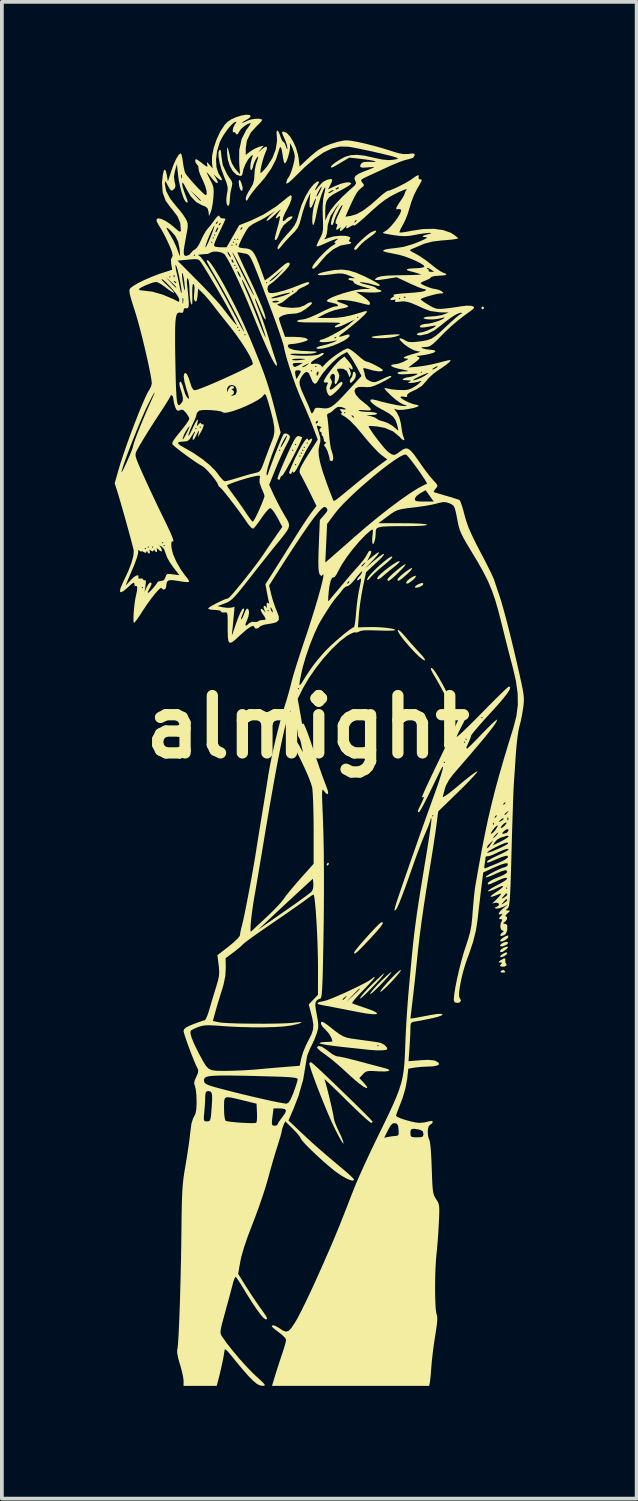
<source format=kicad_pcb>
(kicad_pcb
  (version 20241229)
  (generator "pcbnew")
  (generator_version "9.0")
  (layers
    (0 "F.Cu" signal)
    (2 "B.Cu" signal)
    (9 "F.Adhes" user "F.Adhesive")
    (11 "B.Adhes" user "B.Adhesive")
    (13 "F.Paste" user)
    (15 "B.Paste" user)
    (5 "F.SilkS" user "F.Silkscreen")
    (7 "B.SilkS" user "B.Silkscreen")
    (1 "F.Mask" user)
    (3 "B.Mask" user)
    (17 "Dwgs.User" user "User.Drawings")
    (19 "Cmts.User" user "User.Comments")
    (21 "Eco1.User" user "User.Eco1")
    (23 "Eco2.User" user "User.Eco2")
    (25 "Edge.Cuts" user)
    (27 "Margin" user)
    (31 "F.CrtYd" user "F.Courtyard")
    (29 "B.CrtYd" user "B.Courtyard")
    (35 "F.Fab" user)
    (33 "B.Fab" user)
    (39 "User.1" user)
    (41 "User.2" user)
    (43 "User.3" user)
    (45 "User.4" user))
  (footprint "almight"
    (layer "F.Cu")
    (at 5.137 16.283)
    (property "Reference" "almight" (at 0 0 0) (layer "F.SilkS") (effects (font (size 1.524 1.524) (thickness 0.3))))
    (attr board_only exclude_from_pos_files exclude_from_bom)
    (fp_poly (pts (xy 0.563 3.636) (xy 0.557 3.651) (xy 0.523 3.687) (xy 0.516 3.689) (xy 0.5 3.659) (xy 0.5 3.651) (xy 0.529 3.614) (xy 0.54 3.612)) (stroke (width 0) (type solid)) (fill yes) (layer "F.SilkS"))
    (fp_poly (pts (xy 4.687 -11.153) (xy 4.688 -11.144) (xy 4.659 -11.106) (xy 4.65 -11.105) (xy 4.612 -11.135) (xy 4.611 -11.144) (xy 4.64 -11.181) (xy 4.65 -11.182)) (stroke (width 0) (type solid)) (fill yes) (layer "F.SilkS"))
    (fp_poly (pts (xy 5.234 6.486) (xy 5.253 6.521) (xy 5.206 6.532) (xy 5.188 6.533) (xy 5.127 6.525) (xy 5.133 6.496) (xy 5.141 6.486) (xy 5.194 6.46)) (stroke (width 0) (type solid)) (fill yes) (layer "F.SilkS"))
    (fp_poly (pts (xy 5.325 5.731) (xy 5.309 5.772) (xy 5.268 5.8) (xy 5.174 5.837) (xy 5.119 5.83) (xy 5.111 5.809) (xy 5.142 5.771) (xy 5.205 5.733) (xy 5.285 5.713)) (stroke (width 0) (type solid)) (fill yes) (layer "F.SilkS"))
    (fp_poly (pts (xy -1.801 -14.537) (xy -1.769 -14.47) (xy -1.734 -14.349) (xy -1.738 -14.274) (xy -1.766 -14.256) (xy -1.796 -14.29) (xy -1.824 -14.373) (xy -1.828 -14.393) (xy -1.84 -14.499) (xy -1.829 -14.549)) (stroke (width 0) (type solid)) (fill yes) (layer "F.SilkS"))
    (fp_poly (pts (xy 3.067 -3.824) (xy 3.064 -3.784) (xy 3.052 -3.769) (xy 2.99 -3.731) (xy 2.914 -3.707) (xy 2.857 -3.705) (xy 2.844 -3.719) (xy 2.874 -3.757) (xy 2.944 -3.799) (xy 3.02 -3.826)) (stroke (width 0) (type solid)) (fill yes) (layer "F.SilkS"))
    (fp_poly (pts (xy 5.307 6.012) (xy 5.282 6.053) (xy 5.219 6.097) (xy 5.207 6.103) (xy 5.136 6.124) (xy 5.111 6.11) (xy 5.14 6.068) (xy 5.206 6.022) (xy 5.272 5.995) (xy 5.281 5.995)) (stroke (width 0) (type solid)) (fill yes) (layer "F.SilkS"))
    (fp_poly (pts (xy 5.321 5.863) (xy 5.277 5.913) (xy 5.27 5.919) (xy 5.178 5.982) (xy 5.123 5.989) (xy 5.111 5.957) (xy 5.143 5.911) (xy 5.216 5.866) (xy 5.297 5.843) (xy 5.31 5.842)) (stroke (width 0) (type solid)) (fill yes) (layer "F.SilkS"))
    (fp_poly (pts (xy 2.873 -4.018) (xy 2.863 -3.981) (xy 2.806 -3.919) (xy 2.784 -3.9) (xy 2.684 -3.826) (xy 2.629 -3.808) (xy 2.613 -3.84) (xy 2.641 -3.885) (xy 2.707 -3.942) (xy 2.786 -3.993) (xy 2.851 -4.021)) (stroke (width 0) (type solid)) (fill yes) (layer "F.SilkS"))
    (fp_poly (pts (xy 5.331 5.549) (xy 5.328 5.591) (xy 5.307 5.624) (xy 5.249 5.67) (xy 5.178 5.7) (xy 5.123 5.704) (xy 5.111 5.688) (xy 5.139 5.647) (xy 5.204 5.597) (xy 5.276 5.557) (xy 5.326 5.546)) (stroke (width 0) (type solid)) (fill yes) (layer "F.SilkS"))
    (fp_poly (pts (xy 1.246 -9.443) (xy 1.277 -9.383) (xy 1.268 -9.303) (xy 1.228 -9.229) (xy 1.159 -9.159) (xy 1.123 -9.156) (xy 1.114 -9.201) (xy 1.138 -9.266) (xy 1.153 -9.28) (xy 1.185 -9.334) (xy 1.191 -9.378) (xy 1.209 -9.443)) (stroke (width 0) (type solid)) (fill yes) (layer "F.SilkS"))
    (fp_poly (pts (xy 2.77 -4.204) (xy 2.723 -4.145) (xy 2.637 -4.061) (xy 2.631 -4.056) (xy 2.509 -3.95) (xy 2.432 -3.896) (xy 2.393 -3.887) (xy 2.382 -3.917) (xy 2.411 -3.963) (xy 2.483 -4.033) (xy 2.578 -4.111) (xy 2.673 -4.179) (xy 2.747 -4.221) (xy 2.77 -4.227)) (stroke (width 0) (type solid)) (fill yes) (layer "F.SilkS"))
    (fp_poly (pts (xy 2.462 6.496) (xy 2.403 6.574) (xy 2.309 6.683) (xy 2.213 6.787) (xy 2.097 6.905) (xy 2.003 6.993) (xy 1.942 7.042) (xy 1.923 7.045) (xy 1.946 6.999) (xy 2.009 6.918) (xy 2.099 6.814) (xy 2.201 6.704) (xy 2.304 6.6) (xy 2.393 6.516) (xy 2.455 6.467) (xy 2.476 6.461)) (stroke (width 0) (type solid)) (fill yes) (layer "F.SilkS"))
    (fp_poly (pts (xy 2.586 -4.295) (xy 2.527 -4.226) (xy 2.442 -4.138) (xy 2.345 -4.044) (xy 2.252 -3.96) (xy 2.178 -3.902) (xy 2.142 -3.883) (xy 2.114 -3.91) (xy 2.113 -3.916) (xy 2.14 -3.958) (xy 2.209 -4.029) (xy 2.303 -4.114) (xy 2.407 -4.201) (xy 2.502 -4.275) (xy 2.573 -4.321) (xy 2.602 -4.328)) (stroke (width 0) (type solid)) (fill yes) (layer "F.SilkS"))
    (fp_poly (pts (xy 2.191 6.569) (xy 2.123 6.652) (xy 2.031 6.754) (xy 1.928 6.863) (xy 1.826 6.965) (xy 1.738 7.048) (xy 1.676 7.099) (xy 1.652 7.106) (xy 1.652 7.106) (xy 1.678 7.057) (xy 1.749 6.969) (xy 1.852 6.856) (xy 1.945 6.762) (xy 2.062 6.65) (xy 2.154 6.566) (xy 2.211 6.52) (xy 2.224 6.517)) (stroke (width 0) (type solid)) (fill yes) (layer "F.SilkS"))
    (fp_poly (pts (xy 2.435 -10.438) (xy 2.453 -10.433) (xy 2.429 -10.415) (xy 2.353 -10.388) (xy 2.319 -10.378) (xy 2.21 -10.357) (xy 2.076 -10.344) (xy 1.936 -10.338) (xy 1.811 -10.34) (xy 1.723 -10.351) (xy 1.691 -10.37) (xy 1.726 -10.383) (xy 1.818 -10.398) (xy 1.947 -10.413) (xy 2.093 -10.426) (xy 2.236 -10.436) (xy 2.357 -10.441)) (stroke (width 0) (type solid)) (fill yes) (layer "F.SilkS"))
    (fp_poly (pts (xy 1.818 -13.194) (xy 1.802 -13.155) (xy 1.738 -13.093) (xy 1.649 -13.028) (xy 1.527 -12.939) (xy 1.421 -12.845) (xy 1.374 -12.792) (xy 1.301 -12.708) (xy 1.25 -12.682) (xy 1.23 -12.717) (xy 1.23 -12.721) (xy 1.257 -12.771) (xy 1.328 -12.853) (xy 1.426 -12.949) (xy 1.533 -13.045) (xy 1.633 -13.124) (xy 1.694 -13.163) (xy 1.783 -13.199)) (stroke (width 0) (type solid)) (fill yes) (layer "F.SilkS"))
    (fp_poly (pts (xy 2.444 -4.409) (xy 2.429 -4.376) (xy 2.367 -4.315) (xy 2.322 -4.279) (xy 2.199 -4.181) (xy 2.069 -4.073) (xy 2.036 -4.044) (xy 1.932 -3.958) (xy 1.872 -3.924) (xy 1.847 -3.936) (xy 1.844 -3.954) (xy 1.873 -4.002) (xy 1.946 -4.077) (xy 2.049 -4.165) (xy 2.166 -4.255) (xy 2.28 -4.334) (xy 2.374 -4.391) (xy 2.434 -4.412)) (stroke (width 0) (type solid)) (fill yes) (layer "F.SilkS"))
    (fp_poly (pts (xy 5.254 6.158) (xy 5.251 6.205) (xy 5.252 6.267) (xy 5.267 6.284) (xy 5.287 6.33) (xy 5.282 6.343) (xy 5.234 6.372) (xy 5.166 6.377) (xy 5.117 6.359) (xy 5.111 6.344) (xy 5.141 6.299) (xy 5.159 6.289) (xy 5.167 6.272) (xy 5.13 6.265) (xy 5.077 6.259) (xy 5.086 6.237) (xy 5.128 6.205) (xy 5.21 6.156)) (stroke (width 0) (type solid)) (fill yes) (layer "F.SilkS"))
    (fp_poly (pts (xy 2.031 6.556) (xy 1.999 6.606) (xy 1.93 6.69) (xy 1.835 6.796) (xy 1.726 6.911) (xy 1.615 7.024) (xy 1.515 7.122) (xy 1.436 7.193) (xy 1.39 7.225) (xy 1.383 7.222) (xy 1.409 7.174) (xy 1.481 7.086) (xy 1.586 6.97) (xy 1.714 6.839) (xy 1.714 6.839) (xy 1.84 6.718) (xy 1.941 6.624) (xy 2.008 6.567) (xy 2.032 6.554)) (stroke (width 0) (type solid)) (fill yes) (layer "F.SilkS"))
    (fp_poly (pts (xy 2.249 -4.515) (xy 2.202 -4.458) (xy 2.093 -4.36) (xy 2.022 -4.302) (xy 1.886 -4.189) (xy 1.766 -4.081) (xy 1.679 -3.994) (xy 1.656 -3.966) (xy 1.602 -3.905) (xy 1.579 -3.907) (xy 1.577 -3.925) (xy 1.604 -3.981) (xy 1.677 -4.07) (xy 1.782 -4.178) (xy 1.902 -4.292) (xy 2.024 -4.397) (xy 2.132 -4.481) (xy 2.211 -4.528) (xy 2.235 -4.534)) (stroke (width 0) (type solid)) (fill yes) (layer "F.SilkS"))
    (fp_poly (pts (xy 2.42 -2.573) (xy 2.484 -2.519) (xy 2.57 -2.425) (xy 2.593 -2.398) (xy 2.721 -2.248) (xy 2.865 -2.087) (xy 2.975 -1.969) (xy 3.066 -1.867) (xy 3.114 -1.796) (xy 3.112 -1.768) (xy 3.11 -1.768) (xy 3.056 -1.794) (xy 2.97 -1.863) (xy 2.867 -1.96) (xy 2.858 -1.969) (xy 2.696 -2.144) (xy 2.561 -2.302) (xy 2.461 -2.434) (xy 2.402 -2.531) (xy 2.39 -2.579)) (stroke (width 0) (type solid)) (fill yes) (layer "F.SilkS"))
    (fp_poly (pts (xy 1.988 5.236) (xy 1.929 5.322) (xy 1.817 5.455) (xy 1.649 5.638) (xy 1.647 5.64) (xy 1.489 5.807) (xy 1.376 5.923) (xy 1.3 5.993) (xy 1.255 6.024) (xy 1.234 6.022) (xy 1.23 6) (xy 1.254 5.958) (xy 1.321 5.872) (xy 1.416 5.758) (xy 1.53 5.628) (xy 1.65 5.495) (xy 1.764 5.373) (xy 1.861 5.274) (xy 1.929 5.211) (xy 1.95 5.197) (xy 1.994 5.195)) (stroke (width 0) (type solid)) (fill yes) (layer "F.SilkS"))
    (fp_poly (pts (xy 3.338 -1.532) (xy 3.401 -1.444) (xy 3.48 -1.317) (xy 3.566 -1.164) (xy 3.655 -0.998) (xy 3.738 -0.831) (xy 3.81 -0.678) (xy 3.863 -0.55) (xy 3.891 -0.46) (xy 3.887 -0.423) (xy 3.885 -0.423) (xy 3.856 -0.455) (xy 3.803 -0.542) (xy 3.736 -0.667) (xy 3.698 -0.744) (xy 3.605 -0.929) (xy 3.5 -1.125) (xy 3.402 -1.296) (xy 3.386 -1.323) (xy 3.309 -1.455) (xy 3.273 -1.533) (xy 3.275 -1.566) (xy 3.296 -1.568)) (stroke (width 0) (type solid)) (fill yes) (layer "F.SilkS"))
    (fp_poly (pts (xy -2.319 -15.337) (xy -2.305 -15.253) (xy -2.304 -15.21) (xy -2.264 -14.947) (xy -2.151 -14.699) (xy -2.094 -14.617) (xy -2.03 -14.524) (xy -2.008 -14.453) (xy -2.022 -14.367) (xy -2.032 -14.334) (xy -2.061 -14.194) (xy -2.075 -14.045) (xy -2.075 -14.033) (xy -2.084 -13.922) (xy -2.107 -13.862) (xy -2.135 -13.862) (xy -2.162 -13.929) (xy -2.164 -13.94) (xy -2.168 -14.047) (xy -2.152 -14.176) (xy -2.147 -14.199) (xy -2.132 -14.286) (xy -2.136 -14.369) (xy -2.163 -14.472) (xy -2.22 -14.617) (xy -2.23 -14.641) (xy -2.298 -14.828) (xy -2.347 -15.007) (xy -2.375 -15.164) (xy -2.377 -15.282) (xy -2.352 -15.346) (xy -2.349 -15.348)) (stroke (width 0) (type solid)) (fill yes) (layer "F.SilkS"))
    (fp_poly (pts (xy -0.231 -7.735) (xy -0.168 -7.712) (xy -0.154 -7.699) (xy -0.17 -7.645) (xy -0.215 -7.542) (xy -0.281 -7.405) (xy -0.36 -7.248) (xy -0.444 -7.086) (xy -0.526 -6.934) (xy -0.597 -6.807) (xy -0.651 -6.72) (xy -0.68 -6.686) (xy -0.68 -6.686) (xy -0.724 -6.655) (xy -0.73 -6.629) (xy -0.751 -6.577) (xy -0.769 -6.571) (xy -0.806 -6.596) (xy -0.807 -6.604) (xy -0.792 -6.66) (xy -0.75 -6.771) (xy -0.689 -6.921) (xy -0.613 -7.097) (xy -0.53 -7.282) (xy -0.495 -7.359) (xy -0.423 -7.359) (xy -0.403 -7.339) (xy -0.384 -7.359) (xy -0.403 -7.378) (xy -0.423 -7.359) (xy -0.495 -7.359) (xy -0.447 -7.461) (xy -0.422 -7.512) (xy -0.346 -7.512) (xy -0.327 -7.493) (xy -0.307 -7.512) (xy -0.327 -7.532) (xy -0.346 -7.512) (xy -0.422 -7.512) (xy -0.375 -7.606) (xy -0.322 -7.693) (xy -0.279 -7.732) (xy -0.237 -7.736)) (stroke (width 0) (type solid)) (fill yes) (layer "F.SilkS"))
    (fp_poly (pts (xy 0.374 8.506) (xy 0.492 8.582) (xy 0.552 8.63) (xy 0.656 8.706) (xy 0.751 8.753) (xy 0.79 8.761) (xy 0.858 8.771) (xy 0.983 8.797) (xy 1.148 8.837) (xy 1.337 8.885) (xy 1.369 8.894) (xy 1.57 8.948) (xy 1.76 8.998) (xy 1.917 9.04) (xy 2.022 9.067) (xy 2.028 9.069) (xy 2.136 9.103) (xy 2.171 9.132) (xy 2.139 9.152) (xy 2.042 9.162) (xy 1.886 9.159) (xy 1.854 9.157) (xy 1.702 9.148) (xy 1.606 9.151) (xy 1.543 9.169) (xy 1.493 9.206) (xy 1.463 9.238) (xy 1.369 9.338) (xy 1.472 9.446) (xy 1.556 9.544) (xy 1.581 9.597) (xy 1.552 9.603) (xy 1.473 9.562) (xy 1.364 9.482) (xy 1.266 9.4) (xy 1.135 9.285) (xy 0.993 9.156) (xy 0.933 9.1) (xy 0.784 8.967) (xy 0.625 8.835) (xy 0.484 8.728) (xy 0.442 8.698) (xy 0.336 8.621) (xy 0.264 8.555) (xy 0.243 8.515) (xy 0.288 8.483)) (stroke (width 0) (type solid)) (fill yes) (layer "F.SilkS"))
    (fp_poly (pts (xy 0.428 7.861) (xy 0.512 7.918) (xy 0.572 7.964) (xy 0.727 8.087) (xy 0.843 8.171) (xy 0.939 8.227) (xy 1.039 8.263) (xy 1.162 8.288) (xy 1.33 8.311) (xy 1.409 8.322) (xy 1.595 8.347) (xy 1.757 8.37) (xy 1.878 8.39) (xy 1.939 8.403) (xy 2.035 8.453) (xy 2.1 8.523) (xy 2.113 8.566) (xy 2.078 8.588) (xy 1.982 8.6) (xy 1.841 8.601) (xy 1.671 8.591) (xy 1.595 8.583) (xy 1.517 8.574) (xy 1.379 8.559) (xy 1.198 8.54) (xy 0.991 8.518) (xy 0.893 8.507) (xy 0.691 8.483) (xy 0.619 8.473) (xy 1.844 8.473) (xy 1.864 8.492) (xy 1.883 8.473) (xy 1.864 8.454) (xy 1.844 8.473) (xy 0.619 8.473) (xy 0.52 8.459) (xy 0.391 8.437) (xy 0.319 8.418) (xy 0.307 8.41) (xy 0.342 8.391) (xy 0.429 8.379) (xy 0.48 8.377) (xy 0.584 8.374) (xy 0.645 8.365) (xy 0.653 8.36) (xy 0.627 8.268) (xy 0.562 8.157) (xy 0.476 8.058) (xy 0.461 8.044) (xy 0.385 7.965) (xy 0.347 7.893) (xy 0.354 7.847) (xy 0.381 7.839)) (stroke (width 0) (type solid)) (fill yes) (layer "F.SilkS"))
    (fp_poly (pts (xy 0.118 8.941) (xy 0.2 9.012) (xy 0.319 9.122) (xy 0.467 9.261) (xy 0.636 9.422) (xy 0.817 9.596) (xy 1.002 9.775) (xy 1.183 9.951) (xy 1.351 10.116) (xy 1.497 10.261) (xy 1.614 10.379) (xy 1.692 10.462) (xy 1.723 10.5) (xy 1.705 10.526) (xy 1.685 10.529) (xy 1.644 10.503) (xy 1.557 10.43) (xy 1.434 10.318) (xy 1.281 10.175) (xy 1.109 10.008) (xy 1.023 9.924) (xy 0.85 9.752) (xy 0.697 9.604) (xy 0.574 9.486) (xy 0.486 9.404) (xy 0.442 9.366) (xy 0.439 9.366) (xy 0.46 9.426) (xy 0.493 9.543) (xy 0.534 9.698) (xy 0.577 9.874) (xy 0.619 10.052) (xy 0.655 10.213) (xy 0.681 10.339) (xy 0.692 10.413) (xy 0.692 10.417) (xy 0.708 10.486) (xy 0.753 10.6) (xy 0.815 10.738) (xy 0.828 10.764) (xy 0.891 10.897) (xy 0.933 11.007) (xy 0.949 11.073) (xy 0.948 11.08) (xy 0.926 11.063) (xy 0.879 10.987) (xy 0.81 10.864) (xy 0.728 10.702) (xy 0.681 10.606) (xy 0.606 10.443) (xy 0.52 10.245) (xy 0.429 10.025) (xy 0.337 9.796) (xy 0.249 9.571) (xy 0.17 9.361) (xy 0.106 9.181) (xy 0.061 9.042) (xy 0.039 8.958) (xy 0.038 8.947) (xy 0.069 8.917) (xy 0.083 8.915)) (stroke (width 0) (type solid)) (fill yes) (layer "F.SilkS"))
    (fp_poly (pts (xy 1.081 -9.728) (xy 1.148 -9.641) (xy 1.186 -9.566) (xy 1.194 -9.517) (xy 1.168 -9.508) (xy 1.127 -9.535) (xy 1.085 -9.566) (xy 1.09 -9.546) (xy 1.114 -9.506) (xy 1.144 -9.403) (xy 1.134 -9.352) (xy 1.108 -9.302) (xy 1.093 -9.325) (xy 1.085 -9.357) (xy 1.034 -9.471) (xy 0.942 -9.524) (xy 0.879 -9.53) (xy 0.794 -9.524) (xy 0.774 -9.494) (xy 0.811 -9.423) (xy 0.813 -9.418) (xy 0.838 -9.344) (xy 0.818 -9.249) (xy 0.809 -9.227) (xy 0.76 -9.134) (xy 0.725 -9.113) (xy 0.711 -9.161) (xy 0.718 -9.237) (xy 0.72 -9.34) (xy 0.691 -9.392) (xy 0.641 -9.383) (xy 0.614 -9.356) (xy 0.587 -9.295) (xy 0.616 -9.24) (xy 0.645 -9.181) (xy 0.625 -9.108) (xy 0.614 -9.087) (xy 0.581 -9.001) (xy 0.598 -8.968) (xy 0.656 -8.99) (xy 0.742 -9.062) (xy 0.84 -9.149) (xy 0.897 -9.18) (xy 0.92 -9.157) (xy 0.922 -9.134) (xy 0.895 -9.079) (xy 0.829 -8.998) (xy 0.743 -8.91) (xy 0.659 -8.838) (xy 0.596 -8.801) (xy 0.588 -8.8) (xy 0.547 -8.832) (xy 0.507 -8.909) (xy 0.489 -9.013) (xy 0.503 -9.073) (xy 0.535 -9.145) (xy 0.512 -9.168) (xy 0.48 -9.159) (xy 0.431 -9.164) (xy 0.423 -9.189) (xy 0.447 -9.251) (xy 0.51 -9.351) (xy 0.597 -9.471) (xy 0.695 -9.593) (xy 0.79 -9.699) (xy 0.861 -9.765) (xy 0.972 -9.851)) (stroke (width 0) (type solid)) (fill yes) (layer "F.SilkS"))
    (fp_poly (pts (xy 1.771 6.673) (xy 1.716 6.742) (xy 1.624 6.844) (xy 1.503 6.97) (xy 1.484 6.989) (xy 1.358 7.119) (xy 1.259 7.229) (xy 1.195 7.309) (xy 1.176 7.347) (xy 1.178 7.349) (xy 1.227 7.369) (xy 1.331 7.406) (xy 1.469 7.453) (xy 1.527 7.472) (xy 1.707 7.537) (xy 1.812 7.587) (xy 1.845 7.622) (xy 1.808 7.64) (xy 1.703 7.638) (xy 1.532 7.617) (xy 1.383 7.59) (xy 1.216 7.558) (xy 1.016 7.519) (xy 0.827 7.482) (xy 0.826 7.482) (xy 0.659 7.449) (xy 0.502 7.42) (xy 0.385 7.399) (xy 0.374 7.397) (xy 0.276 7.372) (xy 0.253 7.343) (xy 0.294 7.32) (xy 1.018 7.32) (xy 1.201 7.149) (xy 1.294 7.06) (xy 1.36 6.994) (xy 1.383 6.966) (xy 1.375 6.957) (xy 1.342 6.981) (xy 1.276 7.047) (xy 1.19 7.138) (xy 1.018 7.32) (xy 0.294 7.32) (xy 0.303 7.315) (xy 0.424 7.29) (xy 0.424 7.29) (xy 0.505 7.268) (xy 0.558 7.248) (xy 0.922 7.248) (xy 0.941 7.26) (xy 0.992 7.21) (xy 1.004 7.195) (xy 1.037 7.15) (xy 1.017 7.159) (xy 0.989 7.181) (xy 0.936 7.228) (xy 0.922 7.248) (xy 0.558 7.248) (xy 0.635 7.219) (xy 0.8 7.15) (xy 0.984 7.069) (xy 1.173 6.98) (xy 1.354 6.893) (xy 1.512 6.812) (xy 1.631 6.746) (xy 1.699 6.7) (xy 1.707 6.691) (xy 1.762 6.65) (xy 1.779 6.648)) (stroke (width 0) (type solid)) (fill yes) (layer "F.SilkS"))
    (fp_poly (pts (xy 0.115 -7.644) (xy 0.089 -7.575) (xy 0.038 -7.493) (xy -0.012 -7.41) (xy -0.083 -7.28) (xy -0.163 -7.125) (xy -0.198 -7.053) (xy -0.282 -6.887) (xy -0.343 -6.791) (xy -0.381 -6.764) (xy -0.39 -6.77) (xy -0.416 -6.799) (xy -0.422 -6.773) (xy -0.447 -6.728) (xy -0.461 -6.725) (xy -0.498 -6.754) (xy -0.5 -6.764) (xy -0.484 -6.813) (xy -0.442 -6.915) (xy -0.416 -6.974) (xy -0.346 -6.974) (xy -0.327 -6.955) (xy -0.307 -6.974) (xy -0.327 -6.994) (xy -0.346 -6.974) (xy -0.416 -6.974) (xy -0.381 -7.053) (xy -0.333 -7.158) (xy -0.309 -7.205) (xy -0.231 -7.205) (xy -0.211 -7.186) (xy -0.192 -7.205) (xy -0.211 -7.224) (xy -0.231 -7.205) (xy -0.309 -7.205) (xy -0.271 -7.282) (xy -0.192 -7.282) (xy -0.173 -7.263) (xy -0.154 -7.282) (xy -0.173 -7.301) (xy -0.192 -7.282) (xy -0.271 -7.282) (xy -0.242 -7.34) (xy -0.232 -7.359) (xy -0.154 -7.359) (xy -0.134 -7.339) (xy -0.115 -7.359) (xy -0.134 -7.378) (xy -0.154 -7.359) (xy -0.232 -7.359) (xy -0.189 -7.436) (xy -0.115 -7.436) (xy -0.096 -7.416) (xy -0.077 -7.436) (xy -0.096 -7.455) (xy -0.115 -7.436) (xy -0.189 -7.436) (xy -0.158 -7.491) (xy -0.12 -7.551) (xy -0.038 -7.551) (xy -0.019 -7.532) (xy 0 -7.551) (xy -0.019 -7.57) (xy -0.038 -7.551) (xy -0.12 -7.551) (xy -0.087 -7.602) (xy -0.034 -7.665) (xy -0.005 -7.67) (xy -0.001 -7.652) (xy 0.011 -7.619) (xy 0.056 -7.645) (xy 0.058 -7.647) (xy 0.105 -7.672)) (stroke (width 0) (type solid)) (fill yes) (layer "F.SilkS"))
    (fp_poly (pts (xy 1.086 -12.142) (xy 1.281 -12.082) (xy 1.512 -11.981) (xy 1.527 -11.973) (xy 1.684 -11.895) (xy 1.811 -11.826) (xy 1.895 -11.774) (xy 1.921 -11.748) (xy 1.891 -11.729) (xy 1.835 -11.737) (xy 1.648 -11.789) (xy 1.498 -11.82) (xy 1.399 -11.828) (xy 1.387 -11.826) (xy 1.389 -11.813) (xy 1.452 -11.79) (xy 1.564 -11.762) (xy 1.566 -11.761) (xy 1.689 -11.731) (xy 1.776 -11.701) (xy 1.806 -11.681) (xy 1.838 -11.65) (xy 1.887 -11.631) (xy 1.954 -11.605) (xy 1.954 -11.582) (xy 1.894 -11.564) (xy 1.784 -11.554) (xy 1.632 -11.555) (xy 1.606 -11.556) (xy 1.287 -11.572) (xy 1.47 -11.449) (xy 1.569 -11.374) (xy 1.636 -11.307) (xy 1.652 -11.274) (xy 1.649 -11.239) (xy 1.63 -11.225) (xy 1.576 -11.231) (xy 1.472 -11.257) (xy 1.408 -11.275) (xy 1.253 -11.312) (xy 1.104 -11.338) (xy 0.972 -11.353) (xy 0.866 -11.357) (xy 0.797 -11.35) (xy 0.773 -11.334) (xy 0.805 -11.307) (xy 0.902 -11.27) (xy 0.922 -11.264) (xy 1.017 -11.228) (xy 1.071 -11.194) (xy 1.076 -11.184) (xy 1.041 -11.161) (xy 0.953 -11.137) (xy 0.874 -11.123) (xy 0.723 -11.089) (xy 0.554 -11.029) (xy 0.461 -10.987) (xy 0.25 -10.878) (xy 0.577 -10.877) (xy 0.769 -10.882) (xy 0.862 -10.894) (xy 1.307 -10.894) (xy 1.326 -10.875) (xy 1.345 -10.894) (xy 1.326 -10.913) (xy 1.307 -10.894) (xy 0.862 -10.894) (xy 0.954 -10.905) (xy 1.156 -10.949) (xy 1.397 -11.018) (xy 1.508 -11.054) (xy 1.568 -11.062) (xy 1.565 -11.028) (xy 1.501 -10.953) (xy 1.377 -10.838) (xy 1.279 -10.755) (xy 1.141 -10.642) (xy 1.015 -10.541) (xy 0.919 -10.467) (xy 0.885 -10.443) (xy 0.83 -10.395) (xy 0.841 -10.377) (xy 0.911 -10.39) (xy 0.983 -10.415) (xy 1.063 -10.437) (xy 1.106 -10.435) (xy 1.108 -10.39) (xy 1.05 -10.331) (xy 0.948 -10.266) (xy 0.815 -10.201) (xy 0.667 -10.141) (xy 0.518 -10.093) (xy 0.384 -10.062) (xy 0.278 -10.056) (xy 0.228 -10.069) (xy 0.233 -10.093) (xy 0.304 -10.122) (xy 0.388 -10.143) (xy 0.53 -10.179) (xy 0.66 -10.222) (xy 0.711 -10.243) (xy 0.769 -10.275) (xy 0.769 -10.283) (xy 0.759 -10.281) (xy 0.63 -10.253) (xy 0.499 -10.236) (xy 0.389 -10.232) (xy 0.32 -10.242) (xy 0.307 -10.255) (xy 0.337 -10.296) (xy 0.351 -10.298) (xy 0.424 -10.318) (xy 0.526 -10.362) (xy 0.704 -10.362) (xy 0.71 -10.34) (xy 0.73 -10.337) (xy 0.762 -10.351) (xy 0.756 -10.362) (xy 0.71 -10.367) (xy 0.704 -10.362) (xy 0.526 -10.362) (xy 0.542 -10.369) (xy 0.685 -10.442) (xy 0.835 -10.527) (xy 0.973 -10.612) (xy 1.078 -10.687) (xy 1.095 -10.702) (xy 1.249 -10.837) (xy 1.009 -10.719) (xy 0.884 -10.663) (xy 0.782 -10.631) (xy 0.726 -10.627) (xy 0.725 -10.628) (xy 0.721 -10.659) (xy 0.787 -10.699) (xy 0.792 -10.701) (xy 0.853 -10.729) (xy 0.86 -10.743) (xy 0.806 -10.75) (xy 0.711 -10.753) (xy 0.589 -10.756) (xy 0.418 -10.757) (xy 0.223 -10.758) (xy 0.102 -10.758) (xy -0.103 -10.76) (xy -0.233 -10.769) (xy -0.288 -10.786) (xy -0.289 -10.796) (xy -0.237 -10.824) (xy -0.145 -10.836) (xy -0.144 -10.836) (xy -0.055 -10.854) (xy 0.079 -10.902) (xy 0.238 -10.973) (xy 0.311 -11.009) (xy 0.464 -11.084) (xy 0.598 -11.142) (xy 0.696 -11.177) (xy 0.727 -11.182) (xy 0.797 -11.193) (xy 0.802 -11.22) (xy 0.752 -11.252) (xy 0.653 -11.278) (xy 0.558 -11.3) (xy 0.504 -11.323) (xy 0.501 -11.33) (xy 0.537 -11.37) (xy 0.632 -11.421) (xy 0.77 -11.476) (xy 0.934 -11.532) (xy 1.109 -11.581) (xy 1.277 -11.62) (xy 1.423 -11.643) (xy 1.479 -11.646) (xy 1.672 -11.649) (xy 1.441 -11.716) (xy 1.317 -11.758) (xy 1.239 -11.8) (xy 1.22 -11.828) (xy 1.196 -11.865) (xy 1.153 -11.874) (xy 1.09 -11.891) (xy 1.076 -11.915) (xy 1.11 -11.94) (xy 1.201 -11.934) (xy 1.25 -11.93) (xy 1.231 -11.947) (xy 1.141 -11.987) (xy 1.119 -11.996) (xy 1.009 -12.038) (xy 0.918 -12.058) (xy 0.82 -12.061) (xy 0.687 -12.047) (xy 0.602 -12.035) (xy 0.434 -12.016) (xy 0.32 -12.013) (xy 0.265 -12.024) (xy 0.274 -12.047) (xy 0.35 -12.078) (xy 0.469 -12.108) (xy 0.705 -12.152) (xy 0.902 -12.164)) (stroke (width 0) (type solid)) (fill yes) (layer "F.SilkS"))
    (fp_poly (pts (xy 5.382 -1.057) (xy 5.37 -1) (xy 5.309 -0.901) (xy 5.198 -0.758) (xy 5.034 -0.567) (xy 4.861 -0.377) (xy 4.702 -0.203) (xy 4.563 -0.046) (xy 4.452 0.084) (xy 4.376 0.178) (xy 4.343 0.226) (xy 4.342 0.229) (xy 4.327 0.288) (xy 4.287 0.385) (xy 4.266 0.431) (xy 4.223 0.528) (xy 4.202 0.592) (xy 4.203 0.604) (xy 4.233 0.582) (xy 4.306 0.514) (xy 4.413 0.408) (xy 4.544 0.273) (xy 4.625 0.188) (xy 4.765 0.045) (xy 4.884 -0.073) (xy 4.974 -0.155) (xy 5.025 -0.195) (xy 5.034 -0.195) (xy 5.022 -0.154) (xy 4.985 -0.089) (xy 4.918 0.006) (xy 4.819 0.135) (xy 4.684 0.302) (xy 4.509 0.51) (xy 4.292 0.765) (xy 4.029 1.07) (xy 3.854 1.273) (xy 3.752 1.411) (xy 3.675 1.553) (xy 3.65 1.623) (xy 3.618 1.742) (xy 3.592 1.84) (xy 3.586 1.86) (xy 3.606 1.862) (xy 3.674 1.82) (xy 3.784 1.739) (xy 3.927 1.624) (xy 4.02 1.546) (xy 4.178 1.415) (xy 4.317 1.305) (xy 4.425 1.225) (xy 4.493 1.184) (xy 4.509 1.18) (xy 4.493 1.212) (xy 4.429 1.288) (xy 4.325 1.4) (xy 4.189 1.541) (xy 4.028 1.7) (xy 4.004 1.724) (xy 3.466 2.248) (xy 3.419 2.613) (xy 3.398 2.769) (xy 3.366 2.982) (xy 3.328 3.231) (xy 3.286 3.496) (xy 3.245 3.747) (xy 3.158 4.281) (xy 3.085 4.754) (xy 3.023 5.182) (xy 2.971 5.579) (xy 2.927 5.959) (xy 2.902 6.206) (xy 2.875 6.464) (xy 2.846 6.74) (xy 2.816 7.007) (xy 2.79 7.233) (xy 2.784 7.281) (xy 2.763 7.459) (xy 2.745 7.607) (xy 2.733 7.709) (xy 2.728 7.75) (xy 2.728 7.75) (xy 2.748 7.753) (xy 2.813 7.745) (xy 2.931 7.724) (xy 3.111 7.69) (xy 3.263 7.661) (xy 3.431 7.634) (xy 3.54 7.629) (xy 3.585 7.642) (xy 3.564 7.668) (xy 3.473 7.704) (xy 3.336 7.74) (xy 3.171 7.775) (xy 3.01 7.807) (xy 2.892 7.827) (xy 2.79 7.845) (xy 2.742 7.876) (xy 2.729 7.945) (xy 2.728 8.011) (xy 2.726 8.124) (xy 2.718 8.285) (xy 2.707 8.465) (xy 2.703 8.531) (xy 2.677 8.889) (xy 2.988 8.863) (xy 3.206 8.853) (xy 3.353 8.868) (xy 3.398 8.882) (xy 3.48 8.933) (xy 3.489 8.976) (xy 3.428 9.008) (xy 3.298 9.028) (xy 3.177 9.032) (xy 3.024 9.039) (xy 2.873 9.055) (xy 2.824 9.062) (xy 2.671 9.089) (xy 2.64 9.373) (xy 2.597 9.605) (xy 2.523 9.859) (xy 2.476 9.985) (xy 2.418 10.132) (xy 2.373 10.251) (xy 2.348 10.326) (xy 2.344 10.341) (xy 2.378 10.37) (xy 2.467 10.409) (xy 2.59 10.45) (xy 2.726 10.488) (xy 2.855 10.516) (xy 2.956 10.529) (xy 2.964 10.529) (xy 3.089 10.519) (xy 3.199 10.494) (xy 3.205 10.492) (xy 3.288 10.476) (xy 3.326 10.497) (xy 3.307 10.54) (xy 3.267 10.567) (xy 3.214 10.617) (xy 3.192 10.707) (xy 3.189 10.772) (xy 3.198 10.884) (xy 3.221 10.963) (xy 3.23 10.977) (xy 3.245 11.029) (xy 3.261 11.147) (xy 3.275 11.321) (xy 3.287 11.541) (xy 3.294 11.718) (xy 3.303 11.968) (xy 3.311 12.154) (xy 3.321 12.288) (xy 3.335 12.384) (xy 3.354 12.453) (xy 3.38 12.508) (xy 3.412 12.559) (xy 3.451 12.619) (xy 3.476 12.676) (xy 3.491 12.745) (xy 3.496 12.841) (xy 3.493 12.982) (xy 3.484 13.182) (xy 3.483 13.199) (xy 3.471 13.424) (xy 3.455 13.654) (xy 3.437 13.863) (xy 3.423 14.007) (xy 3.407 14.181) (xy 3.395 14.391) (xy 3.387 14.622) (xy 3.384 14.86) (xy 3.385 15.09) (xy 3.391 15.295) (xy 3.4 15.463) (xy 3.414 15.578) (xy 3.424 15.615) (xy 3.44 15.675) (xy 3.443 15.767) (xy 3.43 15.902) (xy 3.402 16.094) (xy 3.388 16.183) (xy 3.353 16.408) (xy 3.322 16.647) (xy 3.297 16.867) (xy 3.285 17.004) (xy 3.273 17.169) (xy 3.259 17.314) (xy 3.248 17.414) (xy 3.244 17.436) (xy 3.226 17.523) (xy -0.954 17.523) (xy -0.863 17.225) (xy -0.802 17.031) (xy -0.732 16.817) (xy -0.674 16.642) (xy -0.627 16.498) (xy -0.594 16.378) (xy -0.578 16.303) (xy -0.578 16.296) (xy -0.609 16.243) (xy -0.686 16.167) (xy -0.77 16.101) (xy -0.87 16.025) (xy -0.939 15.965) (xy -0.96 15.937) (xy -0.934 15.91) (xy -0.863 15.928) (xy -0.774 15.98) (xy -0.664 16.052) (xy -0.581 16.081) (xy -0.512 16.06) (xy -0.439 15.985) (xy -0.348 15.849) (xy -0.329 15.818) (xy -0.265 15.705) (xy -0.177 15.535) (xy -0.07 15.319) (xy 0.048 15.072) (xy 0.172 14.805) (xy 0.286 14.552) (xy 0.425 14.239) (xy 0.543 13.97) (xy 0.647 13.73) (xy 0.742 13.503) (xy 0.837 13.273) (xy 0.937 13.022) (xy 1.049 12.736) (xy 1.18 12.398) (xy 1.212 12.316) (xy 1.281 12.146) (xy 1.378 11.924) (xy 1.493 11.668) (xy 1.62 11.393) (xy 1.751 11.118) (xy 1.813 10.991) (xy 1.845 10.924) (xy 2.03 10.924) (xy 2.153 10.899) (xy 2.264 10.882) (xy 2.351 10.875) (xy 2.397 10.864) (xy 2.416 10.818) (xy 2.415 10.798) (xy 2.728 10.798) (xy 2.733 10.869) (xy 2.762 10.902) (xy 2.836 10.913) (xy 2.901 10.913) (xy 3.008 10.909) (xy 3.059 10.889) (xy 3.074 10.843) (xy 3.074 10.822) (xy 3.056 10.752) (xy 2.988 10.715) (xy 2.954 10.707) (xy 2.829 10.686) (xy 2.761 10.693) (xy 2.733 10.734) (xy 2.728 10.798) (xy 2.415 10.798) (xy 2.414 10.716) (xy 2.413 10.711) (xy 2.399 10.604) (xy 2.367 10.553) (xy 2.317 10.536) (xy 2.26 10.543) (xy 2.208 10.591) (xy 2.147 10.693) (xy 2.131 10.724) (xy 2.03 10.924) (xy 1.845 10.924) (xy 1.99 10.627) (xy 2.137 10.323) (xy 2.256 10.066) (xy 2.351 9.848) (xy 2.424 9.656) (xy 2.48 9.481) (xy 2.52 9.313) (xy 2.548 9.14) (xy 2.567 8.953) (xy 2.58 8.74) (xy 2.59 8.492) (xy 2.595 8.349) (xy 2.608 8.079) (xy 2.625 7.767) (xy 2.647 7.449) (xy 2.669 7.16) (xy 2.673 7.109) (xy 2.711 6.684) (xy 2.745 6.32) (xy 2.775 6.004) (xy 2.804 5.722) (xy 2.834 5.46) (xy 2.867 5.206) (xy 2.903 4.945) (xy 2.945 4.664) (xy 2.995 4.349) (xy 3.054 3.988) (xy 3.123 3.566) (xy 3.134 3.502) (xy 3.179 3.227) (xy 3.218 2.978) (xy 3.25 2.764) (xy 3.273 2.594) (xy 3.286 2.48) (xy 3.288 2.43) (xy 3.288 2.429) (xy 3.268 2.438) (xy 3.266 2.456) (xy 3.251 2.511) (xy 3.212 2.617) (xy 3.155 2.755) (xy 3.127 2.818) (xy 3.058 2.983) (xy 2.976 3.192) (xy 2.891 3.418) (xy 2.822 3.612) (xy 2.695 3.974) (xy 2.586 4.279) (xy 2.494 4.523) (xy 2.422 4.703) (xy 2.371 4.816) (xy 2.347 4.854) (xy 2.326 4.874) (xy 2.312 4.882) (xy 2.305 4.874) (xy 2.308 4.843) (xy 2.322 4.784) (xy 2.35 4.692) (xy 2.392 4.561) (xy 2.452 4.385) (xy 2.529 4.159) (xy 2.627 3.878) (xy 2.746 3.535) (xy 2.89 3.126) (xy 2.894 3.113) (xy 2.983 2.86) (xy 3.075 2.601) (xy 3.159 2.363) (xy 3.305 2.363) (xy 3.324 2.382) (xy 3.343 2.363) (xy 3.324 2.344) (xy 3.305 2.363) (xy 3.159 2.363) (xy 3.162 2.357) (xy 3.237 2.148) (xy 3.284 2.017) (xy 3.39 1.725) (xy 3.475 1.481) (xy 3.538 1.288) (xy 3.579 1.149) (xy 3.596 1.069) (xy 3.588 1.051) (xy 3.556 1.098) (xy 3.508 1.191) (xy 3.449 1.312) (xy 3.368 1.478) (xy 3.276 1.668) (xy 3.195 1.835) (xy 3.112 1.999) (xy 3.04 2.135) (xy 2.985 2.228) (xy 2.954 2.267) (xy 2.953 2.267) (xy 2.928 2.261) (xy 2.927 2.232) (xy 2.953 2.165) (xy 3.011 2.047) (xy 3.019 2.031) (xy 3.065 1.932) (xy 3.085 1.872) (xy 3.077 1.862) (xy 3.039 1.874) (xy 3.036 1.869) (xy 3.05 1.822) (xy 3.094 1.719) (xy 3.168 1.555) (xy 3.274 1.33) (xy 3.413 1.04) (xy 3.461 0.941) (xy 3.612 0.941) (xy 3.631 0.961) (xy 3.651 0.941) (xy 3.631 0.922) (xy 3.612 0.941) (xy 3.461 0.941) (xy 3.516 0.826) (xy 3.629 0.592) (xy 3.72 0.403) (xy 3.881 0.403) (xy 3.9 0.423) (xy 3.92 0.403) (xy 4.15 0.403) (xy 4.169 0.423) (xy 4.189 0.403) (xy 4.169 0.384) (xy 4.15 0.403) (xy 3.92 0.403) (xy 3.9 0.384) (xy 3.881 0.403) (xy 3.72 0.403) (xy 3.74 0.361) (xy 3.757 0.327) (xy 4.189 0.327) (xy 4.208 0.346) (xy 4.227 0.327) (xy 4.208 0.307) (xy 4.189 0.327) (xy 3.757 0.327) (xy 3.841 0.149) (xy 3.924 -0.026) (xy 3.979 -0.144) (xy 4.053 -0.293) (xy 4.11 -0.38) (xy 4.16 -0.418) (xy 4.186 -0.423) (xy 4.236 -0.418) (xy 4.257 -0.396) (xy 4.248 -0.343) (xy 4.207 -0.249) (xy 4.131 -0.099) (xy 4.127 -0.092) (xy 4.055 0.048) (xy 3.995 0.171) (xy 3.957 0.254) (xy 3.954 0.26) (xy 3.971 0.258) (xy 4.034 0.206) (xy 4.137 0.111) (xy 4.274 -0.021) (xy 4.438 -0.183) (xy 4.504 -0.25) (xy 4.611 -0.25) (xy 4.63 -0.231) (xy 4.65 -0.25) (xy 4.63 -0.269) (xy 4.611 -0.25) (xy 4.504 -0.25) (xy 4.616 -0.364) (xy 4.805 -0.556) (xy 4.977 -0.728) (xy 5.125 -0.874) (xy 5.24 -0.985) (xy 5.317 -1.055) (xy 5.346 -1.076)) (stroke (width 0) (type solid)) (fill yes) (layer "F.SilkS"))
    (fp_poly (pts (xy -1.551 -16.276) (xy -1.531 -16.264) (xy -1.525 -16.225) (xy -1.584 -16.175) (xy -1.638 -16.144) (xy -1.719 -16.098) (xy -1.753 -16.069) (xy -1.748 -16.065) (xy -1.689 -16.083) (xy -1.614 -16.12) (xy -1.52 -16.154) (xy -1.403 -16.174) (xy -1.293 -16.175) (xy -1.222 -16.156) (xy -1.217 -16.152) (xy -1.229 -16.116) (xy -1.288 -16.049) (xy -1.347 -15.994) (xy -1.519 -15.805) (xy -1.622 -15.593) (xy -1.652 -15.389) (xy -1.652 -15.213) (xy -1.527 -15.308) (xy -1.415 -15.378) (xy -1.302 -15.427) (xy -1.287 -15.431) (xy -1.172 -15.459) (xy -1.249 -15.367) (xy -1.325 -15.275) (xy -1.22 -15.368) (xy -1.134 -15.429) (xy -1.089 -15.427) (xy -1.091 -15.365) (xy -1.124 -15.284) (xy -1.164 -15.183) (xy -1.203 -15.056) (xy -1.236 -14.926) (xy -1.258 -14.814) (xy -1.262 -14.744) (xy -1.258 -14.733) (xy -1.226 -14.75) (xy -1.163 -14.815) (xy -1.083 -14.91) (xy -0.944 -15.127) (xy -0.854 -15.36) (xy -0.819 -15.589) (xy -0.825 -15.705) (xy -0.833 -15.82) (xy -0.817 -15.865) (xy -0.783 -15.838) (xy -0.741 -15.738) (xy -0.735 -15.716) (xy -0.698 -15.621) (xy -0.663 -15.567) (xy -0.653 -15.563) (xy -0.619 -15.53) (xy -0.584 -15.449) (xy -0.581 -15.438) (xy -0.557 -15.371) (xy -0.544 -15.375) (xy -0.542 -15.39) (xy -0.556 -15.47) (xy -0.594 -15.584) (xy -0.616 -15.634) (xy -0.666 -15.746) (xy -0.686 -15.805) (xy -0.679 -15.828) (xy -0.647 -15.832) (xy -0.641 -15.832) (xy -0.56 -15.797) (xy -0.473 -15.703) (xy -0.388 -15.565) (xy -0.315 -15.4) (xy -0.263 -15.224) (xy -0.245 -15.121) (xy -0.219 -14.904) (xy -0.042 -15.073) (xy 0.078 -15.183) (xy 0.202 -15.287) (xy 0.272 -15.341) (xy 0.414 -15.423) (xy 0.597 -15.5) (xy 0.791 -15.561) (xy 0.965 -15.596) (xy 1.034 -15.601) (xy 1.149 -15.59) (xy 1.319 -15.559) (xy 1.527 -15.513) (xy 1.753 -15.456) (xy 1.981 -15.392) (xy 2.192 -15.327) (xy 2.229 -15.314) (xy 2.409 -15.259) (xy 2.547 -15.235) (xy 2.667 -15.238) (xy 2.684 -15.24) (xy 2.787 -15.252) (xy 2.833 -15.243) (xy 2.84 -15.208) (xy 2.837 -15.193) (xy 2.797 -15.136) (xy 2.694 -15.102) (xy 2.67 -15.097) (xy 2.568 -15.071) (xy 2.421 -15.019) (xy 2.254 -14.95) (xy 2.171 -14.913) (xy 1.991 -14.829) (xy 1.808 -14.745) (xy 1.652 -14.673) (xy 1.605 -14.651) (xy 1.486 -14.595) (xy 1.427 -14.557) (xy 1.416 -14.525) (xy 1.441 -14.487) (xy 1.45 -14.476) (xy 1.49 -14.424) (xy 1.482 -14.384) (xy 1.418 -14.331) (xy 1.409 -14.324) (xy 1.355 -14.275) (xy 1.3 -14.203) (xy 1.238 -14.094) (xy 1.163 -13.939) (xy 1.067 -13.725) (xy 1.053 -13.692) (xy 1 -13.57) (xy 1.144 -13.592) (xy 1.302 -13.64) (xy 1.479 -13.739) (xy 1.681 -13.893) (xy 1.836 -14.031) (xy 1.951 -14.134) (xy 2.049 -14.212) (xy 2.113 -14.253) (xy 2.124 -14.256) (xy 2.193 -14.274) (xy 2.306 -14.321) (xy 2.444 -14.387) (xy 2.586 -14.461) (xy 2.71 -14.533) (xy 2.781 -14.582) (xy 2.888 -14.656) (xy 2.944 -14.675) (xy 2.951 -14.64) (xy 2.945 -14.621) (xy 2.951 -14.572) (xy 2.979 -14.564) (xy 3.016 -14.561) (xy 3.029 -14.545) (xy 3.014 -14.501) (xy 2.968 -14.416) (xy 2.904 -14.307) (xy 2.823 -14.145) (xy 2.749 -13.954) (xy 2.708 -13.814) (xy 2.656 -13.644) (xy 2.588 -13.473) (xy 2.53 -13.359) (xy 2.472 -13.254) (xy 2.439 -13.178) (xy 2.437 -13.151) (xy 2.482 -13.149) (xy 2.582 -13.162) (xy 2.717 -13.187) (xy 2.748 -13.194) (xy 3.057 -13.241) (xy 3.344 -13.248) (xy 3.598 -13.214) (xy 3.806 -13.141) (xy 3.917 -13.067) (xy 4.004 -12.992) (xy 3.914 -12.973) (xy 3.831 -12.962) (xy 3.7 -12.949) (xy 3.546 -12.937) (xy 3.535 -12.936) (xy 3.311 -12.908) (xy 3.112 -12.856) (xy 3.055 -12.834) (xy 2.927 -12.779) (xy 2.815 -12.732) (xy 2.771 -12.714) (xy 2.723 -12.692) (xy 2.72 -12.669) (xy 2.77 -12.635) (xy 2.867 -12.585) (xy 2.993 -12.511) (xy 3.143 -12.408) (xy 3.285 -12.297) (xy 3.286 -12.296) (xy 3.407 -12.2) (xy 3.517 -12.123) (xy 3.595 -12.082) (xy 3.602 -12.079) (xy 3.677 -12.052) (xy 3.68 -12.027) (xy 3.615 -12.009) (xy 3.489 -12.001) (xy 3.373 -11.992) (xy 3.295 -11.973) (xy 3.275 -11.957) (xy 3.232 -11.919) (xy 3.146 -11.879) (xy 3.129 -11.873) (xy 3.043 -11.838) (xy 2.999 -11.808) (xy 2.997 -11.804) (xy 3.03 -11.773) (xy 3.112 -11.732) (xy 3.218 -11.69) (xy 3.323 -11.657) (xy 3.402 -11.643) (xy 3.403 -11.643) (xy 3.497 -11.62) (xy 3.557 -11.587) (xy 3.606 -11.545) (xy 3.588 -11.531) (xy 3.535 -11.53) (xy 3.455 -11.52) (xy 3.341 -11.494) (xy 3.216 -11.46) (xy 3.102 -11.424) (xy 3.022 -11.392) (xy 2.998 -11.373) (xy 3.028 -11.344) (xy 3.106 -11.289) (xy 3.203 -11.228) (xy 3.326 -11.158) (xy 3.421 -11.124) (xy 3.524 -11.117) (xy 3.635 -11.125) (xy 3.808 -11.146) (xy 3.993 -11.173) (xy 4.073 -11.187) (xy 4.232 -11.205) (xy 4.352 -11.199) (xy 4.376 -11.192) (xy 4.414 -11.173) (xy 4.422 -11.149) (xy 4.39 -11.111) (xy 4.311 -11.049) (xy 4.177 -10.953) (xy 4.165 -10.945) (xy 4.002 -10.82) (xy 3.818 -10.663) (xy 3.642 -10.498) (xy 3.564 -10.419) (xy 3.429 -10.281) (xy 3.332 -10.19) (xy 3.259 -10.137) (xy 3.195 -10.111) (xy 3.127 -10.104) (xy 3.122 -10.104) (xy 3.036 -10.099) (xy 3.021 -10.086) (xy 3.055 -10.068) (xy 3.149 -10.043) (xy 3.254 -10.032) (xy 3.36 -10.02) (xy 3.394 -9.993) (xy 3.357 -9.958) (xy 3.251 -9.923) (xy 3.226 -9.917) (xy 3.096 -9.892) (xy 2.985 -9.876) (xy 2.947 -9.873) (xy 2.89 -9.868) (xy 2.907 -9.853) (xy 2.935 -9.842) (xy 2.97 -9.82) (xy 2.96 -9.788) (xy 2.9 -9.733) (xy 2.839 -9.686) (xy 2.671 -9.559) (xy 2.92 -9.581) (xy 3.09 -9.604) (xy 3.289 -9.641) (xy 3.458 -9.681) (xy 3.6 -9.718) (xy 3.712 -9.746) (xy 3.775 -9.759) (xy 3.78 -9.759) (xy 3.796 -9.742) (xy 3.755 -9.694) (xy 3.666 -9.622) (xy 3.539 -9.534) (xy 3.488 -9.502) (xy 3.346 -9.4) (xy 3.218 -9.283) (xy 3.149 -9.2) (xy 3.033 -9.07) (xy 2.88 -8.975) (xy 2.829 -8.952) (xy 2.7 -8.89) (xy 2.642 -8.838) (xy 2.64 -8.811) (xy 2.639 -8.776) (xy 2.583 -8.777) (xy 2.56 -8.783) (xy 2.487 -8.79) (xy 2.459 -8.773) (xy 2.492 -8.736) (xy 2.573 -8.685) (xy 2.68 -8.633) (xy 2.788 -8.591) (xy 2.873 -8.57) (xy 2.885 -8.569) (xy 2.939 -8.556) (xy 2.943 -8.536) (xy 2.892 -8.507) (xy 2.79 -8.478) (xy 2.661 -8.453) (xy 2.53 -8.435) (xy 2.422 -8.431) (xy 2.375 -8.437) (xy 2.294 -8.463) (xy 2.376 -8.348) (xy 2.434 -8.228) (xy 2.475 -8.065) (xy 2.483 -8.007) (xy 2.503 -7.872) (xy 2.527 -7.76) (xy 2.545 -7.711) (xy 2.569 -7.64) (xy 2.549 -7.623) (xy 2.494 -7.659) (xy 2.442 -7.714) (xy 2.271 -7.858) (xy 2.045 -7.954) (xy 1.835 -7.992) (xy 1.716 -8.002) (xy 1.636 -8.005) (xy 1.614 -8.002) (xy 1.637 -7.951) (xy 1.697 -7.858) (xy 1.781 -7.738) (xy 1.879 -7.609) (xy 1.977 -7.486) (xy 2.062 -7.386) (xy 2.124 -7.324) (xy 2.126 -7.322) (xy 2.222 -7.254) (xy 2.289 -7.232) (xy 2.356 -7.257) (xy 2.444 -7.32) (xy 2.528 -7.38) (xy 2.599 -7.408) (xy 2.665 -7.399) (xy 2.737 -7.347) (xy 2.824 -7.245) (xy 2.937 -7.088) (xy 3.015 -6.974) (xy 3.121 -6.827) (xy 3.231 -6.684) (xy 3.324 -6.574) (xy 3.335 -6.562) (xy 3.414 -6.477) (xy 3.445 -6.425) (xy 3.436 -6.383) (xy 3.401 -6.341) (xy 3.355 -6.28) (xy 3.347 -6.25) (xy 3.388 -6.234) (xy 3.486 -6.204) (xy 3.621 -6.164) (xy 3.679 -6.147) (xy 3.828 -6.104) (xy 3.949 -6.065) (xy 4.024 -6.038) (xy 4.035 -6.033) (xy 4.061 -5.987) (xy 4.097 -5.884) (xy 4.14 -5.741) (xy 4.164 -5.646) (xy 4.213 -5.474) (xy 4.275 -5.3) (xy 4.36 -5.106) (xy 4.472 -4.876) (xy 4.58 -4.669) (xy 4.689 -4.461) (xy 4.787 -4.268) (xy 4.869 -4.103) (xy 4.926 -3.98) (xy 4.951 -3.92) (xy 4.985 -3.816) (xy 5.034 -3.67) (xy 5.088 -3.512) (xy 5.091 -3.503) (xy 5.149 -3.322) (xy 5.218 -3.077) (xy 5.298 -2.778) (xy 5.384 -2.437) (xy 5.475 -2.065) (xy 5.567 -1.672) (xy 5.628 -1.403) (xy 5.679 -1.17) (xy 5.715 -0.995) (xy 5.736 -0.862) (xy 5.745 -0.754) (xy 5.743 -0.656) (xy 5.732 -0.55) (xy 5.725 -0.5) (xy 5.697 -0.325) (xy 5.661 -0.15) (xy 5.627 -0.019) (xy 5.602 0.092) (xy 5.577 0.258) (xy 5.553 0.459) (xy 5.535 0.674) (xy 5.532 0.711) (xy 5.517 0.938) (xy 5.502 1.166) (xy 5.488 1.371) (xy 5.477 1.527) (xy 5.477 1.537) (xy 5.471 1.641) (xy 5.464 1.812) (xy 5.456 2.038) (xy 5.447 2.309) (xy 5.437 2.614) (xy 5.427 2.943) (xy 5.418 3.286) (xy 5.417 3.301) (xy 5.407 3.68) (xy 5.397 3.99) (xy 5.389 4.237) (xy 5.38 4.429) (xy 5.371 4.573) (xy 5.361 4.677) (xy 5.35 4.748) (xy 5.336 4.793) (xy 5.321 4.819) (xy 5.311 4.828) (xy 5.268 4.866) (xy 5.291 4.879) (xy 5.322 4.88) (xy 5.37 4.886) (xy 5.364 4.909) (xy 5.308 4.958) (xy 5.258 5.01) (xy 5.257 5.034) (xy 5.26 5.034) (xy 5.299 5.059) (xy 5.295 5.115) (xy 5.253 5.173) (xy 5.236 5.185) (xy 5.193 5.216) (xy 5.217 5.233) (xy 5.264 5.24) (xy 5.302 5.267) (xy 5.303 5.274) (xy 5.303 5.398) (xy 5.27 5.494) (xy 5.223 5.535) (xy 5.146 5.56) (xy 5.114 5.541) (xy 5.142 5.492) (xy 5.166 5.473) (xy 5.212 5.432) (xy 5.195 5.419) (xy 5.181 5.418) (xy 5.138 5.386) (xy 5.119 5.311) (xy 5.128 5.222) (xy 5.158 5.159) (xy 5.171 5.12) (xy 5.129 5.111) (xy 5.084 5.106) (xy 5.091 5.079) (xy 5.131 5.032) (xy 5.176 4.979) (xy 5.168 4.968) (xy 5.137 4.979) (xy 5.082 4.987) (xy 5.078 4.954) (xy 5.123 4.892) (xy 5.197 4.822) (xy 5.322 4.721) (xy 5.195 4.784) (xy 5.093 4.821) (xy 5.011 4.83) (xy 5.002 4.829) (xy 4.966 4.812) (xy 4.998 4.792) (xy 5.022 4.784) (xy 5.081 4.743) (xy 5.08 4.712) (xy 5.154 4.712) (xy 5.16 4.718) (xy 5.216 4.684) (xy 5.281 4.635) (xy 5.303 4.602) (xy 5.293 4.575) (xy 5.254 4.601) (xy 5.203 4.655) (xy 5.154 4.712) (xy 5.08 4.712) (xy 5.079 4.697) (xy 5.026 4.673) (xy 4.983 4.676) (xy 4.899 4.695) (xy 4.978 4.624) (xy 5.043 4.558) (xy 5.155 4.558) (xy 5.16 4.567) (xy 5.216 4.539) (xy 5.282 4.491) (xy 5.303 4.456) (xy 5.294 4.423) (xy 5.26 4.441) (xy 5.203 4.502) (xy 5.155 4.558) (xy 5.043 4.558) (xy 5.06 4.542) (xy 5.111 4.483) (xy 5.14 4.44) (xy 5.129 4.431) (xy 5.065 4.453) (xy 5.017 4.473) (xy 4.904 4.514) (xy 4.857 4.516) (xy 4.878 4.483) (xy 4.969 4.417) (xy 4.983 4.408) (xy 5.106 4.324) (xy 5.152 4.285) (xy 5.264 4.285) (xy 5.284 4.304) (xy 5.303 4.285) (xy 5.284 4.265) (xy 5.264 4.285) (xy 5.152 4.285) (xy 5.177 4.263) (xy 5.196 4.23) (xy 5.158 4.231) (xy 5.062 4.271) (xy 5.04 4.282) (xy 4.923 4.335) (xy 4.831 4.366) (xy 4.791 4.37) (xy 4.801 4.347) (xy 4.868 4.3) (xy 4.978 4.237) (xy 5.024 4.213) (xy 5.154 4.143) (xy 5.251 4.082) (xy 5.3 4.039) (xy 5.303 4.032) (xy 5.272 4.01) (xy 5.182 4.03) (xy 5.035 4.093) (xy 4.987 4.117) (xy 4.864 4.172) (xy 4.794 4.188) (xy 4.781 4.164) (xy 4.803 4.131) (xy 4.863 4.088) (xy 4.971 4.035) (xy 5.077 3.992) (xy 5.195 3.941) (xy 5.277 3.891) (xy 5.303 3.857) (xy 5.289 3.817) (xy 5.242 3.81) (xy 5.151 3.837) (xy 5.006 3.899) (xy 4.967 3.918) (xy 4.848 3.969) (xy 4.763 3.996) (xy 4.727 3.995) (xy 4.726 3.993) (xy 4.758 3.961) (xy 4.84 3.909) (xy 4.951 3.85) (xy 5.069 3.792) (xy 5.174 3.748) (xy 5.245 3.728) (xy 5.251 3.727) (xy 5.301 3.696) (xy 5.318 3.665) (xy 5.312 3.626) (xy 5.246 3.627) (xy 5.118 3.667) (xy 4.928 3.748) (xy 4.897 3.762) (xy 4.664 3.87) (xy 4.6 4.385) (xy 4.574 4.6) (xy 4.549 4.811) (xy 4.528 4.994) (xy 4.513 5.125) (xy 4.513 5.13) (xy 4.47 5.412) (xy 4.398 5.703) (xy 4.29 6.026) (xy 4.249 6.136) (xy 4.185 6.32) (xy 4.127 6.518) (xy 4.079 6.717) (xy 4.044 6.9) (xy 4.023 7.053) (xy 4.022 7.16) (xy 4.035 7.202) (xy 4.073 7.273) (xy 4.042 7.325) (xy 3.977 7.339) (xy 3.903 7.323) (xy 3.881 7.261) (xy 3.881 7.252) (xy 3.892 7.118) (xy 3.922 6.929) (xy 3.967 6.704) (xy 4.022 6.46) (xy 4.085 6.215) (xy 4.15 5.988) (xy 4.194 5.854) (xy 4.266 5.634) (xy 4.316 5.453) (xy 4.349 5.278) (xy 4.371 5.078) (xy 4.383 4.92) (xy 4.4 4.712) (xy 4.419 4.509) (xy 4.438 4.337) (xy 4.454 4.227) (xy 4.54 3.736) (xy 4.69 3.736) (xy 4.707 3.761) (xy 4.73 3.755) (xy 4.791 3.729) (xy 4.9 3.684) (xy 5.035 3.629) (xy 5.042 3.626) (xy 5.171 3.568) (xy 5.27 3.513) (xy 5.318 3.473) (xy 5.319 3.471) (xy 5.317 3.43) (xy 5.262 3.426) (xy 5.149 3.462) (xy 5.018 3.516) (xy 4.888 3.573) (xy 4.812 3.602) (xy 4.776 3.607) (xy 4.765 3.591) (xy 4.765 3.578) (xy 4.798 3.548) (xy 4.885 3.498) (xy 5.009 3.437) (xy 5.053 3.417) (xy 5.186 3.355) (xy 5.287 3.301) (xy 5.338 3.263) (xy 5.341 3.257) (xy 5.31 3.239) (xy 5.217 3.264) (xy 5.066 3.329) (xy 4.984 3.369) (xy 4.875 3.417) (xy 4.792 3.44) (xy 4.763 3.438) (xy 4.731 3.447) (xy 4.726 3.471) (xy 4.719 3.545) (xy 4.702 3.649) (xy 4.701 3.652) (xy 4.69 3.736) (xy 4.54 3.736) (xy 4.547 3.699) (xy 4.612 3.344) (xy 4.765 3.344) (xy 4.796 3.344) (xy 4.876 3.318) (xy 4.986 3.274) (xy 5.106 3.222) (xy 5.216 3.169) (xy 5.297 3.124) (xy 5.32 3.107) (xy 5.326 3.079) (xy 5.297 3.074) (xy 5.232 3.09) (xy 5.13 3.132) (xy 5.011 3.188) (xy 4.897 3.249) (xy 4.808 3.303) (xy 4.766 3.34) (xy 4.765 3.344) (xy 4.612 3.344) (xy 4.633 3.232) (xy 4.64 3.195) (xy 4.765 3.195) (xy 4.776 3.226) (xy 4.814 3.193) (xy 4.843 3.151) (xy 4.917 3.151) (xy 5.129 3.047) (xy 5.24 2.987) (xy 5.317 2.936) (xy 5.341 2.908) (xy 5.313 2.89) (xy 5.28 2.897) (xy 5.193 2.926) (xy 5.128 2.943) (xy 5.04 2.992) (xy 4.977 3.059) (xy 4.917 3.151) (xy 4.843 3.151) (xy 4.862 3.122) (xy 4.931 3.016) (xy 4.848 3.09) (xy 4.788 3.153) (xy 4.765 3.195) (xy 4.64 3.195) (xy 4.687 2.959) (xy 4.926 2.959) (xy 4.963 2.934) (xy 5.015 2.882) (xy 5.059 2.826) (xy 5.061 2.819) (xy 5.169 2.819) (xy 5.179 2.841) (xy 5.188 2.842) (xy 5.272 2.822) (xy 5.298 2.809) (xy 5.336 2.756) (xy 5.335 2.729) (xy 5.301 2.714) (xy 5.227 2.76) (xy 5.225 2.762) (xy 5.169 2.819) (xy 5.061 2.819) (xy 5.065 2.805) (xy 5.028 2.83) (xy 4.976 2.882) (xy 4.932 2.938) (xy 4.926 2.959) (xy 4.687 2.959) (xy 4.714 2.823) (xy 4.87 2.823) (xy 4.875 2.844) (xy 4.92 2.815) (xy 4.983 2.745) (xy 4.995 2.728) (xy 5.033 2.668) (xy 5.13 2.668) (xy 5.137 2.69) (xy 5.189 2.664) (xy 5.245 2.613) (xy 5.283 2.558) (xy 5.276 2.536) (xy 5.224 2.562) (xy 5.168 2.613) (xy 5.13 2.668) (xy 5.033 2.668) (xy 5.041 2.655) (xy 5.051 2.617) (xy 5.046 2.615) (xy 5.005 2.641) (xy 4.951 2.699) (xy 4.9 2.767) (xy 4.87 2.823) (xy 4.714 2.823) (xy 4.716 2.811) (xy 4.766 2.575) (xy 4.919 2.575) (xy 4.933 2.606) (xy 4.944 2.6) (xy 4.949 2.555) (xy 4.944 2.549) (xy 4.921 2.554) (xy 4.919 2.575) (xy 4.766 2.575) (xy 4.777 2.523) (xy 5.077 2.523) (xy 5.092 2.524) (xy 5.143 2.499) (xy 5.201 2.458) (xy 5.207 2.437) (xy 5.306 2.437) (xy 5.313 2.487) (xy 5.326 2.487) (xy 5.335 2.436) (xy 5.329 2.414) (xy 5.312 2.399) (xy 5.306 2.437) (xy 5.207 2.437) (xy 5.209 2.43) (xy 5.169 2.436) (xy 5.119 2.476) (xy 5.077 2.523) (xy 4.777 2.523) (xy 4.799 2.421) (xy 4.8 2.418) (xy 4.966 2.418) (xy 4.972 2.421) (xy 5.007 2.394) (xy 5.015 2.382) (xy 5.024 2.347) (xy 5.019 2.344) (xy 4.984 2.371) (xy 4.976 2.382) (xy 4.966 2.418) (xy 4.8 2.418) (xy 4.821 2.33) (xy 5.226 2.33) (xy 5.245 2.341) (xy 5.296 2.292) (xy 5.308 2.277) (xy 5.341 2.231) (xy 5.321 2.241) (xy 5.293 2.262) (xy 5.24 2.31) (xy 5.226 2.33) (xy 4.821 2.33) (xy 4.881 2.073) (xy 5.197 2.073) (xy 5.202 2.075) (xy 5.237 2.048) (xy 5.245 2.037) (xy 5.255 2.001) (xy 5.25 1.998) (xy 5.215 2.025) (xy 5.207 2.037) (xy 5.197 2.073) (xy 4.881 2.073) (xy 4.887 2.046) (xy 4.982 1.672) (xy 5.088 1.283) (xy 5.209 0.864) (xy 5.349 0.4) (xy 5.467 0.019) (xy 5.546 -0.289) (xy 5.584 -0.586) (xy 5.58 -0.89) (xy 5.534 -1.221) (xy 5.447 -1.597) (xy 5.443 -1.609) (xy 5.386 -1.825) (xy 5.318 -2.088) (xy 5.247 -2.369) (xy 5.18 -2.639) (xy 5.158 -2.728) (xy 5.068 -3.083) (xy 4.981 -3.381) (xy 4.89 -3.642) (xy 4.787 -3.885) (xy 4.663 -4.13) (xy 4.513 -4.396) (xy 4.453 -4.496) (xy 4.315 -4.724) (xy 4.211 -4.899) (xy 4.135 -5.034) (xy 4.081 -5.142) (xy 4.043 -5.234) (xy 4.015 -5.325) (xy 3.992 -5.426) (xy 3.968 -5.552) (xy 3.967 -5.556) (xy 3.934 -5.717) (xy 3.907 -5.819) (xy 3.875 -5.88) (xy 3.831 -5.917) (xy 3.77 -5.946) (xy 3.683 -5.975) (xy 3.601 -5.98) (xy 3.493 -5.96) (xy 3.423 -5.941) (xy 3.284 -5.909) (xy 3.102 -5.877) (xy 2.907 -5.849) (xy 2.844 -5.841) (xy 2.645 -5.818) (xy 2.502 -5.796) (xy 2.397 -5.769) (xy 2.307 -5.729) (xy 2.215 -5.67) (xy 2.1 -5.586) (xy 1.875 -5.418) (xy 2.511 -5.418) (xy 2.751 -5.416) (xy 2.946 -5.409) (xy 3.085 -5.399) (xy 3.16 -5.386) (xy 3.17 -5.38) (xy 3.143 -5.364) (xy 3.042 -5.352) (xy 2.869 -5.344) (xy 2.627 -5.341) (xy 2.586 -5.341) (xy 2.323 -5.34) (xy 2.126 -5.336) (xy 1.986 -5.327) (xy 1.894 -5.311) (xy 1.84 -5.287) (xy 1.814 -5.252) (xy 1.806 -5.204) (xy 1.806 -5.188) (xy 1.799 -5.064) (xy 1.779 -4.955) (xy 1.753 -4.881) (xy 1.726 -4.863) (xy 1.713 -4.909) (xy 1.712 -5.005) (xy 1.718 -5.08) (xy 1.73 -5.194) (xy 1.727 -5.245) (xy 1.704 -5.247) (xy 1.668 -5.223) (xy 1.526 -5.099) (xy 1.363 -4.928) (xy 1.194 -4.728) (xy 1.037 -4.521) (xy 0.906 -4.324) (xy 0.823 -4.172) (xy 0.766 -4.063) (xy 0.718 -3.993) (xy 0.691 -3.978) (xy 0.647 -3.969) (xy 0.607 -3.889) (xy 0.574 -3.745) (xy 0.554 -3.589) (xy 0.543 -3.461) (xy 0.54 -3.373) (xy 0.545 -3.343) (xy 0.546 -3.343) (xy 0.577 -3.378) (xy 0.646 -3.461) (xy 0.745 -3.579) (xy 0.864 -3.721) (xy 0.885 -3.747) (xy 0.936 -3.807) (xy 1.047 -3.807) (xy 1.052 -3.804) (xy 1.087 -3.831) (xy 1.095 -3.843) (xy 1.105 -3.879) (xy 1.1 -3.881) (xy 1.065 -3.854) (xy 1.057 -3.843) (xy 1.047 -3.807) (xy 0.936 -3.807) (xy 1.024 -3.912) (xy 1.163 -4.075) (xy 1.285 -4.216) (xy 1.353 -4.291) (xy 1.429 -4.291) (xy 1.43 -4.266) (xy 1.436 -4.265) (xy 1.468 -4.292) (xy 1.504 -4.333) (xy 1.537 -4.378) (xy 1.517 -4.369) (xy 1.489 -4.347) (xy 1.429 -4.291) (xy 1.353 -4.291) (xy 1.372 -4.312) (xy 1.466 -4.424) (xy 1.541 -4.529) (xy 1.575 -4.591) (xy 1.615 -4.663) (xy 1.651 -4.688) (xy 1.686 -4.673) (xy 1.679 -4.618) (xy 1.634 -4.523) (xy 1.578 -4.416) (xy 1.72 -4.533) (xy 1.829 -4.616) (xy 1.886 -4.647) (xy 1.891 -4.626) (xy 1.842 -4.558) (xy 1.741 -4.445) (xy 1.728 -4.432) (xy 1.518 -4.214) (xy 1.751 -4.413) (xy 1.896 -4.529) (xy 1.989 -4.593) (xy 2.029 -4.605) (xy 2.013 -4.567) (xy 1.939 -4.482) (xy 1.816 -4.363) (xy 1.548 -4.115) (xy 1.465 -3.724) (xy 1.425 -3.509) (xy 1.389 -3.274) (xy 1.363 -3.058) (xy 1.357 -2.991) (xy 1.333 -2.648) (xy 1.598 -2.657) (xy 1.762 -2.657) (xy 1.93 -2.65) (xy 2.087 -2.636) (xy 2.216 -2.618) (xy 2.301 -2.598) (xy 2.326 -2.577) (xy 2.326 -2.576) (xy 2.282 -2.566) (xy 2.178 -2.561) (xy 2.029 -2.561) (xy 1.865 -2.566) (xy 1.647 -2.572) (xy 1.495 -2.569) (xy 1.402 -2.555) (xy 1.367 -2.538) (xy 1.3 -2.51) (xy 1.268 -2.517) (xy 1.216 -2.512) (xy 1.124 -2.471) (xy 1.046 -2.426) (xy 0.851 -2.277) (xy 0.639 -2.074) (xy 0.422 -1.833) (xy 0.214 -1.57) (xy 0.027 -1.3) (xy -0.124 -1.04) (xy -0.134 -1.021) (xy -0.27 -0.749) (xy -0.212 -0.423) (xy -0.186 -0.274) (xy -0.166 -0.158) (xy -0.155 -0.092) (xy -0.154 -0.084) (xy -0.129 -0.088) (xy -0.121 -0.093) (xy -0.099 -0.064) (xy -0.059 0.027) (xy -0.003 0.17) (xy 0.064 0.355) (xy 0.137 0.572) (xy 0.155 0.626) (xy 0.235 0.866) (xy 0.313 1.095) (xy 0.384 1.297) (xy 0.443 1.457) (xy 0.483 1.561) (xy 0.485 1.565) (xy 0.53 1.69) (xy 0.54 1.767) (xy 0.519 1.79) (xy 0.469 1.751) (xy 0.436 1.709) (xy 0.412 1.68) (xy 0.395 1.669) (xy 0.384 1.687) (xy 0.379 1.742) (xy 0.378 1.842) (xy 0.383 1.995) (xy 0.391 2.211) (xy 0.4 2.411) (xy 0.414 2.833) (xy 0.424 3.324) (xy 0.428 3.875) (xy 0.428 4.477) (xy 0.423 5.124) (xy 0.412 5.806) (xy 0.403 6.254) (xy 0.396 6.562) (xy 0.388 6.801) (xy 0.379 6.979) (xy 0.369 7.102) (xy 0.357 7.179) (xy 0.343 7.217) (xy 0.33 7.224) (xy 0.265 7.251) (xy 0.228 7.284) (xy 0.205 7.328) (xy 0.199 7.396) (xy 0.211 7.505) (xy 0.238 7.658) (xy 0.267 7.817) (xy 0.278 7.928) (xy 0.273 8.017) (xy 0.249 8.11) (xy 0.228 8.172) (xy 0.168 8.326) (xy 0.095 8.481) (xy 0.064 8.538) (xy -0.019 8.744) (xy -0.057 8.973) (xy -0.125 9.382) (xy -0.25 9.817) (xy -0.375 10.14) (xy -0.515 10.466) (xy -0.171 10.791) (xy -0.012 10.94) (xy 0.14 11.079) (xy 0.299 11.22) (xy 0.478 11.375) (xy 0.691 11.555) (xy 0.949 11.772) (xy 0.955 11.777) (xy 1.075 11.88) (xy 1.168 11.967) (xy 1.222 12.025) (xy 1.23 12.039) (xy 1.201 12.066) (xy 1.125 12.051) (xy 1.012 12.001) (xy 0.875 11.921) (xy 0.727 11.817) (xy 0.692 11.789) (xy 0.54 11.664) (xy 0.379 11.523) (xy 0.22 11.377) (xy 0.073 11.237) (xy -0.051 11.112) (xy -0.142 11.012) (xy -0.188 10.948) (xy -0.192 10.936) (xy -0.218 10.889) (xy -0.286 10.806) (xy -0.382 10.704) (xy -0.397 10.689) (xy -0.601 10.487) (xy -0.646 10.587) (xy -0.68 10.678) (xy -0.692 10.739) (xy -0.703 10.796) (xy -0.734 10.907) (xy -0.779 11.054) (xy -0.809 11.15) (xy -0.867 11.333) (xy -0.934 11.561) (xy -1.003 11.803) (xy -1.059 12.012) (xy -1.12 12.22) (xy -1.202 12.475) (xy -1.297 12.752) (xy -1.398 13.027) (xy -1.465 13.202) (xy -1.597 13.547) (xy -1.699 13.846) (xy -1.769 14.091) (xy -1.796 14.217) (xy -1.854 14.544) (xy -1.652 14.869) (xy -1.537 15.048) (xy -1.41 15.239) (xy -1.294 15.408) (xy -1.263 15.451) (xy -1.163 15.591) (xy -1.105 15.68) (xy -1.083 15.729) (xy -1.092 15.75) (xy -1.124 15.754) (xy -1.174 15.721) (xy -1.256 15.628) (xy -1.363 15.482) (xy -1.491 15.292) (xy -1.634 15.065) (xy -1.686 14.978) (xy -1.773 14.835) (xy -1.848 14.719) (xy -1.899 14.644) (xy -1.916 14.624) (xy -1.941 14.648) (xy -1.973 14.727) (xy -1.996 14.806) (xy -2.024 14.916) (xy -2.068 15.081) (xy -2.121 15.28) (xy -2.18 15.493) (xy -2.197 15.556) (xy -2.255 15.769) (xy -2.295 15.922) (xy -2.317 16.027) (xy -2.323 16.097) (xy -2.315 16.147) (xy -2.296 16.189) (xy -2.283 16.209) (xy -2.163 16.38) (xy -2.003 16.583) (xy -1.822 16.799) (xy -1.636 17.006) (xy -1.463 17.184) (xy -1.39 17.253) (xy -1.259 17.373) (xy -1.18 17.451) (xy -1.145 17.496) (xy -1.15 17.516) (xy -1.187 17.522) (xy -1.214 17.522) (xy -1.282 17.509) (xy -1.361 17.466) (xy -1.457 17.386) (xy -1.578 17.264) (xy -1.728 17.093) (xy -1.916 16.867) (xy -1.961 16.812) (xy -2.072 16.676) (xy -2.145 16.592) (xy -2.187 16.556) (xy -2.209 16.559) (xy -2.219 16.596) (xy -2.222 16.62) (xy -2.239 16.729) (xy -2.27 16.889) (xy -2.311 17.076) (xy -2.356 17.266) (xy -2.385 17.378) (xy -2.424 17.523) (xy -3.305 17.523) (xy -3.305 17.39) (xy -3.316 17.291) (xy -3.347 17.147) (xy -3.391 16.984) (xy -3.404 16.945) (xy -3.449 16.782) (xy -3.474 16.652) (xy -3.476 16.574) (xy -3.474 16.568) (xy -3.463 16.507) (xy -3.451 16.378) (xy -3.439 16.187) (xy -3.427 15.942) (xy -3.415 15.652) (xy -3.403 15.323) (xy -3.393 14.964) (xy -3.383 14.583) (xy -3.374 14.186) (xy -3.367 13.783) (xy -3.362 13.392) (xy -3.358 13.044) (xy -3.353 12.761) (xy -3.347 12.53) (xy -3.338 12.337) (xy -3.326 12.171) (xy -3.31 12.019) (xy -3.289 11.868) (xy -3.262 11.706) (xy -3.249 11.631) (xy -3.211 11.401) (xy -3.176 11.169) (xy -3.147 10.96) (xy -3.128 10.796) (xy -3.125 10.766) (xy -3.097 10.553) (xy -3.097 10.552) (xy -0.957 10.552) (xy -0.941 10.593) (xy -0.903 10.605) (xy -0.884 10.606) (xy -0.821 10.592) (xy -0.807 10.573) (xy -0.785 10.525) (xy -0.729 10.443) (xy -0.692 10.394) (xy -0.607 10.276) (xy -0.58 10.2) (xy -0.615 10.16) (xy -0.711 10.145) (xy -0.744 10.145) (xy -0.912 10.145) (xy -0.936 10.323) (xy -0.954 10.468) (xy -0.957 10.552) (xy -3.097 10.552) (xy -3.051 10.405) (xy -3.03 10.369) (xy -3.03 10.368) (xy -2.765 10.368) (xy -2.765 10.446) (xy -2.748 10.481) (xy -2.709 10.49) (xy -2.681 10.49) (xy -2.637 10.487) (xy -2.607 10.468) (xy -2.588 10.418) (xy -2.574 10.323) (xy -2.562 10.169) (xy -2.558 10.125) (xy -2.553 10.039) (xy -2.229 10.039) (xy -2.229 10.142) (xy -2.224 10.302) (xy -2.209 10.417) (xy -2.188 10.472) (xy -2.187 10.474) (xy -2.129 10.489) (xy -2.018 10.504) (xy -1.874 10.518) (xy -1.717 10.528) (xy -1.569 10.535) (xy -1.45 10.536) (xy -1.38 10.53) (xy -1.372 10.527) (xy -1.357 10.478) (xy -1.351 10.376) (xy -1.353 10.26) (xy -1.364 10.019) (xy -1.729 9.929) (xy -1.932 9.88) (xy -2.07 9.851) (xy -2.158 9.847) (xy -2.205 9.874) (xy -2.225 9.936) (xy -2.229 10.039) (xy -2.553 10.039) (xy -2.546 9.935) (xy -2.546 9.808) (xy -2.56 9.732) (xy -2.59 9.695) (xy -2.64 9.684) (xy -2.654 9.684) (xy -2.704 9.698) (xy -2.725 9.756) (xy -2.729 9.828) (xy -2.732 9.944) (xy -2.742 10.099) (xy -2.753 10.231) (xy -2.765 10.368) (xy -3.03 10.368) (xy -2.991 10.292) (xy -2.969 10.187) (xy -2.959 10.033) (xy -2.959 9.958) (xy -2.964 9.798) (xy -2.978 9.658) (xy -2.998 9.563) (xy -3.002 9.553) (xy -3.024 9.476) (xy -3.01 9.402) (xy -2.762 9.402) (xy -2.759 9.425) (xy -2.745 9.462) (xy -2.707 9.495) (xy -2.633 9.528) (xy -2.51 9.568) (xy -2.328 9.618) (xy -2.267 9.634) (xy -2.003 9.702) (xy -1.73 9.77) (xy -1.462 9.834) (xy -1.208 9.892) (xy -0.98 9.943) (xy -0.79 9.982) (xy -0.65 10.008) (xy -0.57 10.018) (xy -0.562 10.017) (xy -0.513 9.989) (xy -0.459 9.906) (xy -0.396 9.76) (xy -0.381 9.722) (xy -0.33 9.578) (xy -0.291 9.457) (xy -0.272 9.381) (xy -0.271 9.372) (xy -0.277 9.354) (xy -0.303 9.34) (xy -0.355 9.328) (xy -0.442 9.318) (xy -0.571 9.309) (xy -0.75 9.301) (xy -0.987 9.294) (xy -1.291 9.286) (xy -1.438 9.282) (xy -1.795 9.274) (xy -2.083 9.27) (xy -2.309 9.27) (xy -2.48 9.275) (xy -2.603 9.285) (xy -2.685 9.302) (xy -2.735 9.327) (xy -2.758 9.36) (xy -2.762 9.402) (xy -3.01 9.402) (xy -3.008 9.394) (xy -2.968 9.308) (xy -2.921 9.199) (xy -2.917 9.123) (xy -2.932 9.085) (xy -2.975 8.996) (xy -3.032 8.862) (xy -3.097 8.699) (xy -3.162 8.526) (xy -3.222 8.36) (xy -3.27 8.218) (xy -3.29 8.15) (xy -3.123 8.15) (xy -3.088 8.273) (xy -3.017 8.444) (xy -2.913 8.655) (xy -2.877 8.722) (xy -2.783 8.896) (xy -2.709 9.015) (xy -2.639 9.088) (xy -2.553 9.127) (xy -2.435 9.143) (xy -2.266 9.146) (xy -2.175 9.146) (xy -1.942 9.141) (xy -1.682 9.13) (xy -1.437 9.114) (xy -1.345 9.106) (xy -1.123 9.085) (xy -0.877 9.064) (xy -0.651 9.045) (xy -0.579 9.039) (xy -0.217 9.011) (xy -0.172 8.8) (xy -0.128 8.654) (xy -0.058 8.483) (xy 0.013 8.339) (xy 0.095 8.179) (xy 0.138 8.046) (xy 0.146 7.915) (xy 0.121 7.757) (xy 0.088 7.625) (xy 0.023 7.379) (xy 0.146 7.252) (xy 0.269 7.124) (xy 0.27 6.396) (xy 0.268 6.154) (xy 0.261 5.893) (xy 0.252 5.625) (xy 0.24 5.361) (xy 0.225 5.11) (xy 0.21 4.886) (xy 0.193 4.698) (xy 0.177 4.557) (xy 0.161 4.475) (xy 0.151 4.457) (xy 0.107 4.479) (xy 0.031 4.532) (xy 0.02 4.54) (xy -0.068 4.607) (xy -0.206 4.706) (xy -0.396 4.839) (xy -0.641 5.01) (xy -0.946 5.219) (xy -1.174 5.375) (xy -1.35 5.498) (xy -1.507 5.61) (xy -1.631 5.702) (xy -1.711 5.766) (xy -1.731 5.786) (xy -1.791 5.843) (xy -1.89 5.926) (xy -1.987 6.001) (xy -2.187 6.149) (xy -2.183 6.408) (xy -2.195 6.623) (xy -2.242 6.852) (xy -2.284 6.994) (xy -2.343 7.181) (xy -2.403 7.379) (xy -2.452 7.547) (xy -2.458 7.57) (xy -2.527 7.82) (xy -2.369 7.854) (xy -2.271 7.866) (xy -2.111 7.876) (xy -1.903 7.884) (xy -1.664 7.889) (xy -1.406 7.891) (xy -1.146 7.892) (xy -0.897 7.889) (xy -0.675 7.884) (xy -0.494 7.876) (xy -0.369 7.865) (xy -0.365 7.864) (xy -0.233 7.85) (xy -0.172 7.852) (xy -0.178 7.867) (xy -0.246 7.892) (xy -0.374 7.924) (xy -0.451 7.94) (xy -0.63 7.964) (xy -0.87 7.98) (xy -1.155 7.988) (xy -1.47 7.988) (xy -1.799 7.98) (xy -2.126 7.964) (xy -2.267 7.954) (xy -2.476 7.939) (xy -2.628 7.933) (xy -2.739 7.937) (xy -2.827 7.952) (xy -2.91 7.978) (xy -2.92 7.981) (xy -3.027 8.027) (xy -3.102 8.068) (xy -3.118 8.083) (xy -3.123 8.15) (xy -3.29 8.15) (xy -3.299 8.119) (xy -3.305 8.086) (xy -3.289 8.036) (xy -3.234 7.989) (xy -3.126 7.936) (xy -3.044 7.903) (xy -2.911 7.853) (xy -2.804 7.816) (xy -2.745 7.801) (xy -2.743 7.801) (xy -2.714 7.766) (xy -2.673 7.676) (xy -2.629 7.547) (xy -2.622 7.522) (xy -2.57 7.345) (xy -2.508 7.137) (xy -2.447 6.939) (xy -2.44 6.917) (xy -2.39 6.746) (xy -2.363 6.619) (xy -2.357 6.506) (xy -2.366 6.378) (xy -2.372 6.33) (xy -2.406 6.07) (xy -2.106 5.838) (xy -1.975 5.73) (xy -1.874 5.634) (xy -1.815 5.563) (xy -1.806 5.539) (xy -1.796 5.467) (xy -1.779 5.386) (xy -1.527 5.386) (xy -1.52 5.442) (xy -1.511 5.443) (xy -1.472 5.406) (xy -1.459 5.394) (xy -1.326 5.394) (xy -1.057 5.207) (xy -0.917 5.11) (xy -0.738 4.985) (xy -0.543 4.849) (xy -0.363 4.723) (xy -0.202 4.608) (xy -0.061 4.505) (xy 0.046 4.423) (xy 0.105 4.373) (xy 0.111 4.367) (xy 0.14 4.291) (xy 0.147 4.184) (xy 0.147 4.172) (xy 0.134 4.036) (xy -0.019 4.177) (xy -0.13 4.279) (xy -0.265 4.403) (xy -0.384 4.513) (xy -0.498 4.618) (xy -0.647 4.757) (xy -0.812 4.911) (xy -0.961 5.051) (xy -1.326 5.394) (xy -1.459 5.394) (xy -1.389 5.328) (xy -1.272 5.219) (xy -1.134 5.09) (xy -1.104 5.063) (xy -0.955 4.92) (xy -0.82 4.782) (xy -0.713 4.664) (xy -0.648 4.582) (xy -0.644 4.576) (xy -0.587 4.496) (xy -0.49 4.375) (xy -0.367 4.227) (xy -0.23 4.069) (xy -0.203 4.038) (xy 0.154 3.639) (xy 0.154 2.728) (xy 0.152 2.457) (xy 0.147 2.2) (xy 0.14 1.971) (xy 0.131 1.783) (xy 0.121 1.651) (xy 0.115 1.61) (xy 0.082 1.498) (xy 0.019 1.333) (xy -0.069 1.129) (xy -0.176 0.901) (xy -0.232 0.788) (xy -0.33 0.588) (xy -0.416 0.413) (xy -0.483 0.272) (xy -0.525 0.179) (xy -0.538 0.144) (xy -0.52 0.119) (xy -0.472 0.152) (xy -0.403 0.232) (xy -0.319 0.35) (xy -0.229 0.495) (xy -0.164 0.615) (xy -0.135 0.663) (xy -0.135 0.643) (xy -0.137 0.634) (xy -0.16 0.541) (xy -0.181 0.431) (xy -0.205 0.339) (xy -0.234 0.286) (xy -0.236 0.285) (xy -0.262 0.234) (xy -0.269 0.177) (xy -0.28 0.085) (xy -0.31 -0.025) (xy -0.348 -0.133) (xy -0.388 -0.215) (xy -0.42 -0.249) (xy -0.426 -0.248) (xy -0.452 -0.264) (xy -0.464 -0.334) (xy -0.466 -0.442) (xy -0.504 -0.346) (xy -0.553 -0.202) (xy -0.609 0.007) (xy -0.672 0.282) (xy -0.744 0.624) (xy -0.824 1.036) (xy -0.912 1.518) (xy -1.01 2.073) (xy -1.117 2.702) (xy -1.175 3.055) (xy -1.225 3.354) (xy -1.275 3.651) (xy -1.322 3.932) (xy -1.364 4.18) (xy -1.398 4.38) (xy -1.419 4.496) (xy -1.455 4.716) (xy -1.485 4.927) (xy -1.508 5.117) (xy -1.522 5.274) (xy -1.527 5.386) (xy -1.779 5.386) (xy -1.771 5.351) (xy -1.748 5.263) (xy -1.721 5.151) (xy -1.684 4.978) (xy -1.64 4.758) (xy -1.591 4.507) (xy -1.54 4.239) (xy -1.49 3.969) (xy -1.445 3.712) (xy -1.406 3.483) (xy -1.38 3.324) (xy -1.358 3.18) (xy -1.326 2.981) (xy -1.289 2.748) (xy -1.248 2.5) (xy -1.222 2.344) (xy -1.181 2.09) (xy -1.138 1.829) (xy -1.099 1.584) (xy -1.067 1.378) (xy -1.053 1.287) (xy -1.005 1.014) (xy -0.94 0.694) (xy -0.862 0.352) (xy -0.778 0.012) (xy -0.693 -0.301) (xy -0.616 -0.557) (xy -0.555 -0.75) (xy -0.497 -0.955) (xy -0.48 -1.018) (xy -0.269 -1.018) (xy -0.25 -0.999) (xy -0.231 -1.018) (xy -0.25 -1.038) (xy -0.269 -1.018) (xy -0.48 -1.018) (xy -0.454 -1.119) (xy -0.223 -1.119) (xy -0.204 -1.116) (xy -0.165 -1.167) (xy -0.127 -1.23) (xy -0.047 -1.358) (xy 0.054 -1.509) (xy 0.127 -1.614) (xy 0.238 -1.758) (xy 0.372 -1.916) (xy 0.476 -2.031) (xy 0.587 -2.141) (xy 0.719 -2.262) (xy 0.859 -2.384) (xy 0.994 -2.495) (xy 1.109 -2.583) (xy 1.191 -2.639) (xy 1.222 -2.651) (xy 1.239 -2.687) (xy 1.257 -2.782) (xy 1.273 -2.921) (xy 1.28 -3.007) (xy 1.298 -3.209) (xy 1.325 -3.424) (xy 1.356 -3.612) (xy 1.363 -3.643) (xy 1.396 -3.802) (xy 1.414 -3.898) (xy 1.416 -3.943) (xy 1.403 -3.949) (xy 1.375 -3.929) (xy 1.364 -3.92) (xy 1.316 -3.895) (xy 1.307 -3.913) (xy 1.335 -3.969) (xy 1.345 -3.977) (xy 1.392 -4.028) (xy 1.425 -4.08) (xy 1.449 -4.135) (xy 1.431 -4.135) (xy 1.379 -4.083) (xy 1.297 -3.986) (xy 1.245 -3.919) (xy 1.161 -3.822) (xy 1.09 -3.759) (xy 1.05 -3.744) (xy 0.999 -3.727) (xy 0.933 -3.664) (xy 0.915 -3.64) (xy 0.84 -3.541) (xy 0.771 -3.461) (xy 0.763 -3.453) (xy 0.703 -3.379) (xy 0.616 -3.258) (xy 0.517 -3.107) (xy 0.416 -2.947) (xy 0.327 -2.797) (xy 0.271 -2.694) (xy 0.161 -2.454) (xy 0.049 -2.17) (xy -0.052 -1.876) (xy -0.132 -1.602) (xy -0.156 -1.502) (xy -0.198 -1.306) (xy -0.22 -1.18) (xy -0.223 -1.119) (xy -0.454 -1.119) (xy -0.45 -1.134) (xy -0.441 -1.172) (xy -0.411 -1.288) (xy -0.36 -1.462) (xy -0.293 -1.678) (xy -0.214 -1.923) (xy -0.129 -2.181) (xy -0.093 -2.286) (xy 0.011 -2.597) (xy 0.107 -2.897) (xy 0.194 -3.177) (xy 0.269 -3.431) (xy 0.331 -3.652) (xy 0.377 -3.832) (xy 0.406 -3.965) (xy 0.416 -4.044) (xy 0.405 -4.061) (xy 0.388 -4.039) (xy 0.356 -4.013) (xy 0.32 -4.051) (xy 0.309 -4.071) (xy 0.292 -4.131) (xy 0.282 -4.238) (xy 0.28 -4.372) (xy 0.463 -4.372) (xy 0.613 -4.501) (xy 0.694 -4.573) (xy 0.819 -4.682) (xy 0.973 -4.817) (xy 1.141 -4.965) (xy 1.219 -5.034) (xy 1.545 -5.316) (xy 1.865 -5.58) (xy 2.171 -5.821) (xy 2.456 -6.033) (xy 2.5 -6.064) (xy 2.844 -6.064) (xy 2.853 -6.026) (xy 2.894 -6.005) (xy 2.982 -5.996) (xy 3.096 -5.995) (xy 3.348 -5.995) (xy 3.24 -6.145) (xy 3.132 -6.296) (xy 2.988 -6.215) (xy 2.893 -6.146) (xy 2.846 -6.078) (xy 2.844 -6.064) (xy 2.5 -6.064) (xy 2.711 -6.211) (xy 2.93 -6.349) (xy 3.104 -6.441) (xy 3.167 -6.467) (xy 3.158 -6.499) (xy 3.111 -6.578) (xy 3.038 -6.689) (xy 2.949 -6.819) (xy 2.852 -6.952) (xy 2.759 -7.076) (xy 2.68 -7.175) (xy 2.624 -7.235) (xy 2.612 -7.244) (xy 2.553 -7.239) (xy 2.448 -7.187) (xy 2.304 -7.095) (xy 2.131 -6.971) (xy 1.937 -6.822) (xy 1.731 -6.654) (xy 1.52 -6.475) (xy 1.313 -6.291) (xy 1.12 -6.11) (xy 0.948 -5.939) (xy 0.806 -5.785) (xy 0.718 -5.676) (xy 0.512 -5.398) (xy 0.488 -4.885) (xy 0.463 -4.372) (xy 0.28 -4.372) (xy 0.279 -4.4) (xy 0.284 -4.625) (xy 0.291 -4.83) (xy 0.319 -5.505) (xy 0.434 -5.637) (xy 0.503 -5.721) (xy 0.524 -5.773) (xy 0.503 -5.814) (xy 0.492 -5.827) (xy 0.455 -5.852) (xy 0.414 -5.843) (xy 0.353 -5.79) (xy 0.271 -5.699) (xy 0.169 -5.573) (xy 0.03 -5.382) (xy -0.145 -5.129) (xy -0.354 -4.816) (xy -0.595 -4.446) (xy -0.867 -4.02) (xy -0.913 -3.947) (xy -1.03 -3.763) (xy -0.974 -3.524) (xy -0.927 -3.355) (xy -0.866 -3.179) (xy -0.828 -3.086) (xy -0.774 -2.944) (xy -0.772 -2.848) (xy -0.83 -2.788) (xy -0.954 -2.753) (xy -1.038 -2.741) (xy -1.16 -2.719) (xy -1.25 -2.687) (xy -1.28 -2.665) (xy -1.33 -2.623) (xy -1.388 -2.615) (xy -1.421 -2.645) (xy -1.422 -2.651) (xy -1.445 -2.69) (xy -1.515 -2.67) (xy -1.628 -2.591) (xy -1.784 -2.455) (xy -1.805 -2.436) (xy -1.931 -2.32) (xy -2.02 -2.252) (xy -2.078 -2.237) (xy -2.112 -2.282) (xy -2.127 -2.39) (xy -2.132 -2.568) (xy -2.132 -2.692) (xy -2.132 -2.862) (xy -2.136 -2.969) (xy -2.148 -3.026) (xy -2.17 -3.047) (xy -2.206 -3.046) (xy -2.218 -3.043) (xy -2.286 -3.046) (xy -2.306 -3.07) (xy -2.341 -3.097) (xy -2.434 -3.111) (xy -2.479 -3.113) (xy -2.582 -3.12) (xy -2.644 -3.14) (xy -2.651 -3.151) (xy -2.62 -3.182) (xy -2.538 -3.232) (xy -2.428 -3.291) (xy -2.309 -3.349) (xy -2.203 -3.395) (xy -2.131 -3.419) (xy -2.121 -3.42) (xy -2.085 -3.449) (xy -2.011 -3.528) (xy -1.909 -3.647) (xy -1.788 -3.794) (xy -1.655 -3.959) (xy -1.521 -4.13) (xy -1.393 -4.297) (xy -1.281 -4.448) (xy -1.193 -4.572) (xy -1.179 -4.594) (xy -1.068 -4.76) (xy -0.947 -4.938) (xy -0.841 -5.09) (xy -0.841 -5.091) (xy -0.679 -5.321) (xy -0.812 -5.571) (xy -0.884 -5.693) (xy -0.95 -5.782) (xy -0.997 -5.821) (xy -1 -5.822) (xy -1.046 -5.792) (xy -1.118 -5.712) (xy -1.205 -5.597) (xy -1.234 -5.554) (xy -1.321 -5.43) (xy -1.396 -5.332) (xy -1.446 -5.278) (xy -1.454 -5.273) (xy -1.498 -5.294) (xy -1.563 -5.363) (xy -1.603 -5.417) (xy -1.713 -5.576) (xy -1.836 -5.747) (xy -1.963 -5.917) (xy -2.085 -6.076) (xy -2.192 -6.212) (xy -2.275 -6.311) (xy -2.326 -6.363) (xy -2.333 -6.368) (xy -2.378 -6.41) (xy -2.381 -6.423) (xy -2.151 -6.423) (xy -2.13 -6.382) (xy -2.073 -6.298) (xy -1.992 -6.187) (xy -1.977 -6.167) (xy -1.86 -6.007) (xy -1.734 -5.827) (xy -1.647 -5.697) (xy -1.568 -5.581) (xy -1.504 -5.496) (xy -1.466 -5.457) (xy -1.464 -5.457) (xy -1.438 -5.489) (xy -1.389 -5.577) (xy -1.327 -5.703) (xy -1.295 -5.774) (xy -1.232 -5.92) (xy -1.183 -6.043) (xy -1.156 -6.123) (xy -1.153 -6.14) (xy -1.169 -6.203) (xy -1.211 -6.302) (xy -1.23 -6.342) (xy -1.286 -6.501) (xy -1.283 -6.595) (xy -1.271 -6.66) (xy -1.291 -6.684) (xy -1.362 -6.677) (xy -1.404 -6.669) (xy -1.519 -6.643) (xy -1.661 -6.603) (xy -1.813 -6.557) (xy -1.955 -6.509) (xy -2.069 -6.466) (xy -2.139 -6.435) (xy -2.151 -6.423) (xy -2.381 -6.423) (xy -2.382 -6.427) (xy -2.407 -6.488) (xy -2.472 -6.584) (xy -2.56 -6.695) (xy -2.657 -6.804) (xy -2.746 -6.892) (xy -2.806 -6.936) (xy -2.898 -6.991) (xy -3.022 -7.072) (xy -3.162 -7.17) (xy -3.305 -7.274) (xy -3.434 -7.372) (xy -3.535 -7.454) (xy -3.593 -7.508) (xy -3.601 -7.519) (xy -3.606 -7.546) (xy -3.605 -7.548) (xy -3.456 -7.548) (xy -3.407 -7.497) (xy -3.289 -7.428) (xy -3.042 -7.286) (xy -2.809 -7.127) (xy -2.608 -6.964) (xy -2.454 -6.809) (xy -2.404 -6.745) (xy -2.323 -6.637) (xy -2.252 -6.561) (xy -2.207 -6.533) (xy -2.148 -6.544) (xy -2.037 -6.573) (xy -1.896 -6.615) (xy -1.856 -6.627) (xy -1.692 -6.677) (xy -1.537 -6.721) (xy -1.42 -6.75) (xy -1.408 -6.753) (xy -1.338 -6.77) (xy -1.288 -6.797) (xy -1.248 -6.848) (xy -1.206 -6.938) (xy -1.152 -7.083) (xy -1.135 -7.129) (xy -1.072 -7.3) (xy -1.011 -7.461) (xy -0.962 -7.587) (xy -0.947 -7.623) (xy -0.908 -7.737) (xy -0.89 -7.853) (xy -0.895 -7.987) (xy -0.924 -8.156) (xy -0.979 -8.376) (xy -1.006 -8.475) (xy -1.059 -8.659) (xy -1.098 -8.778) (xy -1.126 -8.84) (xy -1.147 -8.855) (xy -1.167 -8.833) (xy -1.17 -8.829) (xy -1.227 -8.766) (xy -1.336 -8.691) (xy -1.481 -8.612) (xy -1.646 -8.533) (xy -1.818 -8.462) (xy -1.981 -8.404) (xy -2.12 -8.366) (xy -2.22 -8.354) (xy -2.264 -8.37) (xy -2.314 -8.393) (xy -2.418 -8.411) (xy -2.55 -8.424) (xy -2.688 -8.43) (xy -2.808 -8.427) (xy -2.885 -8.413) (xy -2.891 -8.41) (xy -2.948 -8.356) (xy -2.959 -8.321) (xy -2.975 -8.25) (xy -3.013 -8.159) (xy -3.082 -8.011) (xy -3.137 -7.881) (xy -3.172 -7.784) (xy -3.178 -7.738) (xy -3.177 -7.737) (xy -3.155 -7.762) (xy -3.113 -7.839) (xy -3.067 -7.935) (xy -2.997 -7.935) (xy -2.978 -7.916) (xy -2.959 -7.935) (xy -2.978 -7.954) (xy -2.997 -7.935) (xy -3.067 -7.935) (xy -3.058 -7.954) (xy -3.049 -7.974) (xy -2.882 -7.974) (xy -2.863 -7.954) (xy -2.844 -7.974) (xy -2.863 -7.993) (xy -2.882 -7.974) (xy -3.049 -7.974) (xy -2.993 -8.09) (xy -2.947 -8.166) (xy -2.925 -8.178) (xy -2.928 -8.123) (xy -2.938 -8.079) (xy -2.953 -8.008) (xy -2.941 -8.005) (xy -2.905 -8.05) (xy -2.86 -8.093) (xy -2.845 -8.077) (xy -2.822 -8.045) (xy -2.805 -8.05) (xy -2.772 -8.051) (xy -2.775 -7.999) (xy -2.811 -7.907) (xy -2.847 -7.839) (xy -2.924 -7.705) (xy -2.904 -7.82) (xy -2.898 -7.875) (xy -2.911 -7.87) (xy -2.948 -7.798) (xy -2.965 -7.762) (xy -3.013 -7.673) (xy -3.049 -7.631) (xy -3.062 -7.635) (xy -3.059 -7.703) (xy -3.038 -7.758) (xy -3 -7.84) (xy -3 -7.863) (xy -3.032 -7.829) (xy -3.086 -7.743) (xy -3.147 -7.647) (xy -3.207 -7.602) (xy -3.295 -7.59) (xy -3.332 -7.589) (xy -3.431 -7.579) (xy -3.456 -7.548) (xy -3.605 -7.548) (xy -3.596 -7.581) (xy -3.564 -7.634) (xy -3.551 -7.652) (xy -3.329 -7.652) (xy -3.323 -7.647) (xy -3.298 -7.678) (xy -3.252 -7.76) (xy -3.207 -7.849) (xy -3.158 -7.953) (xy -3.143 -7.996) (xy -3.161 -7.984) (xy -3.186 -7.954) (xy -3.238 -7.877) (xy -3.287 -7.785) (xy -3.32 -7.702) (xy -3.329 -7.652) (xy -3.551 -7.652) (xy -3.502 -7.718) (xy -3.403 -7.842) (xy -3.314 -7.952) (xy -3.231 -8.061) (xy -3.173 -8.149) (xy -3.151 -8.198) (xy -3.174 -8.255) (xy -3.229 -8.339) (xy -3.24 -8.354) (xy -3.308 -8.425) (xy -3.362 -8.441) (xy -3.403 -8.424) (xy -3.458 -8.407) (xy -3.497 -8.441) (xy -3.525 -8.5) (xy -3.56 -8.611) (xy -3.574 -8.706) (xy -3.589 -8.785) (xy -3.612 -8.819) (xy -3.648 -8.819) (xy -3.651 -8.808) (xy -3.671 -8.764) (xy -3.726 -8.671) (xy -3.807 -8.541) (xy -3.904 -8.393) (xy -4.077 -8.128) (xy -4.237 -7.877) (xy -4.376 -7.652) (xy -4.485 -7.467) (xy -4.549 -7.351) (xy -4.572 -7.301) (xy -4.584 -7.254) (xy -4.579 -7.197) (xy -4.556 -7.117) (xy -4.51 -7.001) (xy -4.438 -6.835) (xy -4.385 -6.717) (xy -4.284 -6.493) (xy -4.161 -6.229) (xy -4.031 -5.953) (xy -3.906 -5.693) (xy -3.866 -5.613) (xy -3.744 -5.361) (xy -3.656 -5.172) (xy -3.601 -5.041) (xy -3.577 -4.961) (xy -3.582 -4.929) (xy -3.61 -4.937) (xy -3.629 -4.917) (xy -3.631 -4.832) (xy -3.625 -4.757) (xy -3.585 -4.595) (xy -3.502 -4.403) (xy -3.388 -4.202) (xy -3.256 -4.017) (xy -3.214 -3.968) (xy -3.167 -3.9) (xy -3.162 -3.858) (xy -3.162 -3.857) (xy -3.209 -3.852) (xy -3.31 -3.861) (xy -3.442 -3.882) (xy -3.598 -3.905) (xy -3.695 -3.901) (xy -3.745 -3.861) (xy -3.764 -3.781) (xy -3.765 -3.737) (xy -3.789 -3.672) (xy -3.838 -3.65) (xy -3.883 -3.681) (xy -3.89 -3.695) (xy -3.919 -3.693) (xy -3.981 -3.637) (xy -4.069 -3.537) (xy -4.173 -3.404) (xy -4.285 -3.249) (xy -4.396 -3.082) (xy -4.42 -3.044) (xy -4.502 -2.918) (xy -4.571 -2.822) (xy -4.616 -2.772) (xy -4.624 -2.768) (xy -4.636 -2.802) (xy -4.638 -2.893) (xy -4.633 -3.023) (xy -4.62 -3.171) (xy -4.603 -3.319) (xy -4.581 -3.448) (xy -4.57 -3.497) (xy -4.541 -3.635) (xy -4.539 -3.708) (xy -4.419 -3.708) (xy -4.4 -3.689) (xy -4.381 -3.708) (xy -4.4 -3.727) (xy -4.419 -3.708) (xy -4.539 -3.708) (xy -4.538 -3.723) (xy -4.561 -3.751) (xy -4.573 -3.747) (xy -4.606 -3.755) (xy -4.611 -3.783) (xy -4.617 -3.829) (xy -4.642 -3.834) (xy -4.699 -3.793) (xy -4.792 -3.708) (xy -4.905 -3.613) (xy -4.974 -3.581) (xy -4.999 -3.611) (xy -4.979 -3.701) (xy -4.949 -3.77) (xy -4.842 -3.77) (xy -4.82 -3.786) (xy -4.763 -3.846) (xy -4.722 -3.894) (xy -4.639 -3.976) (xy -4.566 -4.025) (xy -4.515 -4.036) (xy -4.502 -4.003) (xy -4.508 -3.982) (xy -4.504 -3.944) (xy -4.455 -3.948) (xy -4.394 -3.945) (xy -4.381 -3.922) (xy -4.357 -3.896) (xy -4.336 -3.904) (xy -4.311 -3.9) (xy -4.308 -3.835) (xy -4.317 -3.762) (xy -4.341 -3.593) (xy -4.286 -3.718) (xy -4.239 -3.801) (xy -4.196 -3.842) (xy -4.19 -3.843) (xy -4.155 -3.826) (xy -4.166 -3.77) (xy -4.208 -3.689) (xy -4.255 -3.594) (xy -4.257 -3.56) (xy -4.215 -3.587) (xy -4.132 -3.673) (xy -4.057 -3.763) (xy -4.008 -3.831) (xy -3.998 -3.852) (xy -3.964 -3.874) (xy -3.904 -3.881) (xy -3.826 -3.905) (xy -3.787 -3.982) (xy -3.766 -4.043) (xy -3.727 -4.069) (xy -3.647 -4.067) (xy -3.589 -4.059) (xy -3.416 -4.036) (xy -3.586 -4.256) (xy -3.676 -4.387) (xy -3.746 -4.515) (xy -3.781 -4.612) (xy -3.826 -4.732) (xy -3.891 -4.799) (xy -3.934 -4.823) (xy -3.843 -4.823) (xy -3.823 -4.803) (xy -3.804 -4.823) (xy -3.823 -4.842) (xy -3.843 -4.823) (xy -3.934 -4.823) (xy -3.946 -4.829) (xy -3.944 -4.816) (xy -3.929 -4.8) (xy -3.887 -4.727) (xy -3.881 -4.694) (xy -3.893 -4.663) (xy -3.936 -4.688) (xy -3.96 -4.709) (xy -4.013 -4.753) (xy -4.023 -4.745) (xy -4.013 -4.715) (xy -4.011 -4.66) (xy -4.031 -4.65) (xy -4.072 -4.68) (xy -4.076 -4.698) (xy -4.085 -4.724) (xy -4.099 -4.696) (xy -4.129 -4.666) (xy -4.174 -4.692) (xy -4.213 -4.716) (xy -4.207 -4.68) (xy -4.204 -4.674) (xy -4.203 -4.621) (xy -4.223 -4.611) (xy -4.264 -4.642) (xy -4.268 -4.659) (xy -4.277 -4.686) (xy -4.291 -4.658) (xy -4.322 -4.628) (xy -4.365 -4.653) (xy -4.41 -4.677) (xy -4.419 -4.669) (xy -4.443 -4.665) (xy -4.474 -4.686) (xy -4.513 -4.709) (xy -4.512 -4.669) (xy -4.51 -4.661) (xy -4.518 -4.6) (xy -4.552 -4.485) (xy -4.606 -4.335) (xy -4.667 -4.189) (xy -4.736 -4.028) (xy -4.792 -3.895) (xy -4.83 -3.803) (xy -4.842 -3.77) (xy -4.949 -3.77) (xy -4.914 -3.851) (xy -4.895 -3.891) (xy -4.776 -4.143) (xy -4.69 -4.366) (xy -4.64 -4.55) (xy -4.63 -4.683) (xy -4.633 -4.703) (xy -4.643 -4.746) (xy -4.342 -4.746) (xy -4.323 -4.726) (xy -4.304 -4.746) (xy -4.323 -4.765) (xy -4.342 -4.746) (xy -4.643 -4.746) (xy -4.653 -4.784) (xy -4.265 -4.784) (xy -4.246 -4.765) (xy -4.227 -4.784) (xy -4.15 -4.784) (xy -4.131 -4.765) (xy -4.112 -4.784) (xy -4.131 -4.803) (xy -4.15 -4.784) (xy -4.227 -4.784) (xy -4.246 -4.803) (xy -4.265 -4.784) (xy -4.653 -4.784) (xy -4.656 -4.798) (xy -4.682 -4.899) (xy -3.881 -4.899) (xy -3.862 -4.88) (xy -3.843 -4.899) (xy -3.862 -4.919) (xy -3.881 -4.899) (xy -4.682 -4.899) (xy -4.696 -4.951) (xy -4.748 -5.145) (xy -4.808 -5.365) (xy -4.872 -5.593) (xy -4.935 -5.815) (xy -4.992 -6.013) (xy -5.039 -6.172) (xy -5.062 -6.247) (xy -5.137 -6.479) (xy -5.053 -6.777) (xy -4.957 -6.777) (xy -4.943 -6.787) (xy -4.907 -6.851) (xy -4.858 -6.953) (xy -4.801 -7.078) (xy -4.744 -7.207) (xy -4.695 -7.325) (xy -4.661 -7.416) (xy -4.65 -7.46) (xy -4.635 -7.521) (xy -4.595 -7.639) (xy -4.535 -7.799) (xy -4.46 -7.989) (xy -4.376 -8.193) (xy -4.288 -8.4) (xy -4.202 -8.594) (xy -4.192 -8.616) (xy -4.121 -8.775) (xy -4.083 -8.868) (xy -4.076 -8.898) (xy -4.097 -8.869) (xy -4.144 -8.784) (xy -4.216 -8.644) (xy -4.301 -8.472) (xy -4.368 -8.324) (xy -4.449 -8.138) (xy -4.536 -7.926) (xy -4.627 -7.7) (xy -4.716 -7.474) (xy -4.797 -7.259) (xy -4.867 -7.069) (xy -4.919 -6.916) (xy -4.95 -6.812) (xy -4.957 -6.777) (xy -5.053 -6.777) (xy -5.051 -6.785) (xy -4.989 -6.994) (xy -4.909 -7.237) (xy -4.817 -7.504) (xy -4.717 -7.781) (xy -4.613 -8.055) (xy -4.511 -8.316) (xy -4.416 -8.55) (xy -4.331 -8.745) (xy -4.262 -8.89) (xy -4.221 -8.959) (xy -4.171 -9.053) (xy -4.15 -9.132) (xy -4.16 -9.231) (xy -4.187 -9.389) (xy -4.228 -9.594) (xy -4.28 -9.831) (xy -4.339 -10.087) (xy -4.402 -10.348) (xy -4.414 -10.393) (xy -3.531 -10.393) (xy -3.53 -10.109) (xy -3.525 -9.784) (xy -3.518 -9.432) (xy -3.511 -9.15) (xy -3.502 -8.931) (xy -3.492 -8.77) (xy -3.479 -8.658) (xy -3.462 -8.591) (xy -3.442 -8.56) (xy -3.416 -8.559) (xy -3.398 -8.572) (xy -3.34 -8.646) (xy -3.325 -8.681) (xy -3.324 -8.757) (xy -3.347 -8.868) (xy -3.362 -8.913) (xy -3.408 -9.064) (xy -3.417 -9.153) (xy -3.389 -9.184) (xy -3.385 -9.184) (xy -3.358 -9.15) (xy -3.324 -9.063) (xy -3.305 -8.994) (xy -3.268 -8.875) (xy -3.226 -8.784) (xy -3.205 -8.758) (xy -3.173 -8.732) (xy -3.158 -8.73) (xy -3.162 -8.765) (xy -3.185 -8.848) (xy -3.228 -8.986) (xy -3.284 -9.19) (xy -3.302 -9.329) (xy -3.283 -9.402) (xy -3.253 -9.415) (xy -3.215 -9.379) (xy -3.171 -9.285) (xy -3.138 -9.184) (xy -3.093 -9.046) (xy -3.05 -8.973) (xy -3.007 -8.954) (xy -2.944 -8.969) (xy -2.914 -8.98) (xy -2.149 -8.98) (xy -2.147 -8.896) (xy -2.112 -8.982) (xy -2.064 -9.049) (xy -2.019 -9.069) (xy -1.968 -9.048) (xy -1.966 -9.009) (xy -2.008 -8.989) (xy -2.036 -8.981) (xy -2.008 -8.966) (xy -1.963 -8.919) (xy -1.975 -8.859) (xy -2.027 -8.824) (xy -2.048 -8.812) (xy -1.998 -8.812) (xy -1.998 -8.812) (xy -1.921 -8.839) (xy -1.891 -8.917) (xy -1.891 -8.918) (xy -1.902 -9.011) (xy -1.937 -9.066) (xy -2.02 -9.097) (xy -2.099 -9.074) (xy -2.146 -9.01) (xy -2.149 -8.98) (xy -2.914 -8.98) (xy -2.828 -9.011) (xy -2.672 -9.073) (xy -2.488 -9.151) (xy -2.289 -9.238) (xy -2.086 -9.33) (xy -1.893 -9.42) (xy -1.721 -9.502) (xy -1.584 -9.573) (xy -1.493 -9.624) (xy -1.46 -9.652) (xy -1.484 -9.74) (xy -1.549 -9.876) (xy -1.649 -10.048) (xy -1.776 -10.244) (xy -1.909 -10.433) (xy -1.691 -10.433) (xy -1.672 -10.414) (xy -1.652 -10.433) (xy -1.672 -10.452) (xy -1.691 -10.433) (xy -1.909 -10.433) (xy -1.924 -10.454) (xy -1.996 -10.548) (xy -1.844 -10.548) (xy -1.825 -10.529) (xy -1.806 -10.548) (xy -1.825 -10.567) (xy -1.844 -10.548) (xy -1.996 -10.548) (xy -2.054 -10.625) (xy -1.883 -10.625) (xy -1.864 -10.606) (xy -1.844 -10.625) (xy -1.864 -10.644) (xy -1.883 -10.625) (xy -2.054 -10.625) (xy -2.085 -10.665) (xy -2.13 -10.721) (xy -2.256 -10.878) (xy -2.386 -11.042) (xy -2.497 -11.185) (xy -2.524 -11.221) (xy -2.627 -11.349) (xy -2.732 -11.471) (xy -2.802 -11.545) (xy -2.92 -11.658) (xy -2.925 -11.564) (xy -2.932 -11.476) (xy -2.938 -11.432) (xy -2.951 -11.359) (xy -2.953 -11.343) (xy -2.982 -11.313) (xy -3.002 -11.32) (xy -3.027 -11.378) (xy -3.026 -11.505) (xy -3.021 -11.55) (xy -3.013 -11.688) (xy -3.028 -11.768) (xy -3.038 -11.779) (xy -3.062 -11.763) (xy -3.073 -11.674) (xy -3.074 -11.542) (xy -3.071 -11.374) (xy -3.073 -11.274) (xy -3.08 -11.233) (xy -3.095 -11.241) (xy -3.113 -11.278) (xy -3.129 -11.354) (xy -3.142 -11.48) (xy -3.148 -11.629) (xy -3.148 -11.631) (xy -3.155 -11.77) (xy -3.17 -11.878) (xy -3.189 -11.931) (xy -3.191 -11.933) (xy -3.214 -11.916) (xy -3.217 -11.827) (xy -3.212 -11.772) (xy -3.187 -11.534) (xy -3.171 -11.363) (xy -3.166 -11.248) (xy -3.171 -11.178) (xy -3.189 -11.143) (xy -3.219 -11.133) (xy -3.264 -11.137) (xy -3.276 -11.139) (xy -3.3 -11.111) (xy -3.305 -11.07) (xy -3.324 -11.016) (xy -3.378 -11.016) (xy -3.424 -11.022) (xy -3.46 -11.009) (xy -3.488 -10.968) (xy -3.508 -10.893) (xy -3.522 -10.777) (xy -3.529 -10.613) (xy -3.531 -10.393) (xy -4.414 -10.393) (xy -4.467 -10.599) (xy -4.529 -10.827) (xy -4.586 -11.018) (xy -4.598 -11.056) (xy -4.667 -11.272) (xy -4.713 -11.427) (xy -4.739 -11.533) (xy -4.746 -11.602) (xy -4.738 -11.638) (xy -4.496 -11.638) (xy -4.462 -11.615) (xy -4.38 -11.604) (xy -4.371 -11.604) (xy -4.134 -11.576) (xy -3.86 -11.498) (xy -3.568 -11.374) (xy -3.43 -11.303) (xy -3.422 -11.331) (xy -3.422 -11.336) (xy -3.334 -11.336) (xy -3.33 -11.266) (xy -3.32 -11.258) (xy -3.317 -11.269) (xy -3.311 -11.366) (xy -3.317 -11.403) (xy -3.328 -11.415) (xy -3.334 -11.362) (xy -3.334 -11.336) (xy -3.422 -11.336) (xy -3.42 -11.377) (xy -3.445 -11.436) (xy -3.509 -11.529) (xy -3.598 -11.639) (xy -3.697 -11.749) (xy -3.79 -11.842) (xy -3.863 -11.901) (xy -3.891 -11.912) (xy -3.884 -11.889) (xy -3.829 -11.829) (xy -3.74 -11.743) (xy -3.73 -11.734) (xy -3.615 -11.625) (xy -3.56 -11.56) (xy -3.564 -11.543) (xy -3.625 -11.575) (xy -3.742 -11.659) (xy -3.766 -11.678) (xy -3.879 -11.76) (xy -3.976 -11.816) (xy -4.033 -11.835) (xy -4.108 -11.821) (xy -4.215 -11.786) (xy -4.329 -11.739) (xy -4.428 -11.691) (xy -4.488 -11.651) (xy -4.496 -11.638) (xy -4.738 -11.638) (xy -4.737 -11.646) (xy -4.725 -11.664) (xy -4.65 -11.724) (xy -4.521 -11.801) (xy -4.353 -11.884) (xy -4.164 -11.967) (xy -4.157 -11.97) (xy -3.785 -11.97) (xy -3.653 -11.826) (xy -3.564 -11.732) (xy -3.516 -11.688) (xy -3.498 -11.687) (xy -3.497 -11.693) (xy -3.523 -11.724) (xy -3.588 -11.788) (xy -3.641 -11.837) (xy -3.668 -11.863) (xy -3.567 -11.863) (xy -3.558 -11.841) (xy -3.519 -11.8) (xy -3.497 -11.809) (xy -3.497 -11.814) (xy -3.524 -11.846) (xy -3.541 -11.858) (xy -3.567 -11.863) (xy -3.668 -11.863) (xy -3.785 -11.97) (xy -3.689 -11.97) (xy -3.67 -11.951) (xy -3.651 -11.97) (xy -3.67 -11.989) (xy -3.574 -11.989) (xy -3.56 -11.957) (xy -3.548 -11.963) (xy -3.543 -12.009) (xy -3.548 -12.015) (xy -3.571 -12.009) (xy -3.574 -11.989) (xy -3.67 -11.989) (xy -3.689 -11.97) (xy -3.785 -11.97) (xy -4.157 -11.97) (xy -3.972 -12.041) (xy -3.889 -12.069) (xy -3.608 -12.159) (xy -3.622 -12.243) (xy -3.52 -12.243) (xy -3.505 -12.148) (xy -3.481 -12.043) (xy -3.446 -11.89) (xy -3.415 -11.742) (xy -3.401 -11.668) (xy -3.382 -11.579) (xy -3.364 -11.537) (xy -3.36 -11.537) (xy -3.357 -11.58) (xy -3.368 -11.677) (xy -3.384 -11.781) (xy -3.422 -11.975) (xy -3.441 -12.057) (xy -3.348 -12.057) (xy -3.345 -11.978) (xy -3.33 -11.858) (xy -3.329 -11.855) (xy -3.304 -11.707) (xy -3.284 -11.626) (xy -3.271 -11.615) (xy -3.27 -11.674) (xy -3.282 -11.807) (xy -3.284 -11.826) (xy -3.303 -11.951) (xy -3.325 -12.043) (xy -3.339 -12.076) (xy -3.348 -12.057) (xy -3.441 -12.057) (xy -3.458 -12.132) (xy -3.489 -12.24) (xy -3.513 -12.287) (xy -3.519 -12.287) (xy -3.52 -12.243) (xy -3.622 -12.243) (xy -3.634 -12.309) (xy -3.639 -12.401) (xy -3.466 -12.401) (xy -2.946 -11.878) (xy -2.771 -11.7) (xy -2.604 -11.526) (xy -2.458 -11.368) (xy -2.344 -11.24) (xy -2.279 -11.161) (xy -2.159 -11.004) (xy -2.051 -10.866) (xy -1.964 -10.76) (xy -1.906 -10.696) (xy -1.889 -10.683) (xy -1.901 -10.714) (xy -1.943 -10.799) (xy -2.008 -10.925) (xy -2.078 -11.057) (xy -2.174 -11.232) (xy -2.289 -11.435) (xy -2.413 -11.65) (xy -2.538 -11.862) (xy -2.655 -12.058) (xy -2.755 -12.222) (xy -2.83 -12.339) (xy -2.849 -12.367) (xy -2.887 -12.412) (xy -2.933 -12.436) (xy -3.007 -12.442) (xy -3.129 -12.434) (xy -3.189 -12.428) (xy -3.466 -12.401) (xy -3.639 -12.401) (xy -3.641 -12.427) (xy -3.616 -12.486) (xy -3.616 -12.487) (xy -3.594 -12.529) (xy -3.61 -12.617) (xy -3.626 -12.667) (xy -3.69 -12.825) (xy -3.776 -13.007) (xy -3.867 -13.182) (xy -3.926 -13.281) (xy -3.758 -13.281) (xy -3.747 -13.239) (xy -3.691 -13.138) (xy -3.649 -13.069) (xy -3.57 -12.925) (xy -3.499 -12.772) (xy -3.473 -12.704) (xy -3.436 -12.601) (xy -3.409 -12.538) (xy -3.402 -12.527) (xy -3.399 -12.561) (xy -3.405 -12.649) (xy -3.411 -12.71) (xy -3.449 -12.906) (xy -3.527 -13.061) (xy -3.647 -13.197) (xy -3.725 -13.266) (xy -3.758 -13.281) (xy -3.926 -13.281) (xy -3.95 -13.321) (xy -3.963 -13.34) (xy -4.02 -13.443) (xy -4.022 -13.505) (xy -3.977 -13.527) (xy -3.895 -13.51) (xy -3.782 -13.456) (xy -3.648 -13.366) (xy -3.533 -13.27) (xy -3.445 -13.194) (xy -3.398 -13.169) (xy -3.379 -13.187) (xy -3.377 -13.205) (xy -3.392 -13.398) (xy -3.467 -13.58) (xy -3.609 -13.768) (xy -3.642 -13.803) (xy -3.782 -13.995) (xy -3.861 -14.216) (xy -3.876 -14.438) (xy -3.803 -14.438) (xy -3.768 -14.253) (xy -3.661 -14.05) (xy -3.507 -13.856) (xy -3.4 -13.731) (xy -3.305 -13.605) (xy -3.249 -13.516) (xy -3.214 -13.446) (xy -3.196 -13.384) (xy -3.194 -13.31) (xy -3.208 -13.202) (xy -3.238 -13.041) (xy -3.239 -13.035) (xy -3.277 -12.829) (xy -3.298 -12.687) (xy -3.301 -12.597) (xy -3.287 -12.548) (xy -3.255 -12.529) (xy -3.229 -12.527) (xy -3.181 -12.546) (xy -3.036 -12.546) (xy -3.016 -12.527) (xy -3 -12.543) (xy -2.917 -12.543) (xy -2.901 -12.539) (xy -2.849 -12.498) (xy -2.767 -12.393) (xy -2.659 -12.232) (xy -2.527 -12.018) (xy -2.377 -11.759) (xy -2.211 -11.46) (xy -2.034 -11.128) (xy -1.978 -11.021) (xy -1.883 -10.839) (xy -1.8 -10.686) (xy -1.737 -10.573) (xy -1.7 -10.511) (xy -1.692 -10.502) (xy -1.709 -10.554) (xy -1.757 -10.662) (xy -1.83 -10.812) (xy -1.922 -10.994) (xy -2.027 -11.196) (xy -2.139 -11.406) (xy -2.25 -11.611) (xy -2.356 -11.8) (xy -2.425 -11.919) (xy -2.522 -12.085) (xy -2.603 -12.227) (xy -2.661 -12.331) (xy -2.689 -12.386) (xy -2.69 -12.39) (xy -2.674 -12.419) (xy -2.629 -12.387) (xy -2.56 -12.299) (xy -2.47 -12.164) (xy -2.364 -11.989) (xy -2.245 -11.782) (xy -2.119 -11.548) (xy -1.988 -11.297) (xy -1.857 -11.036) (xy -1.731 -10.77) (xy -1.614 -10.509) (xy -1.571 -10.411) (xy -1.41 -10.024) (xy -1.276 -9.691) (xy -1.165 -9.397) (xy -1.072 -9.125) (xy -0.99 -8.86) (xy -0.915 -8.587) (xy -0.877 -8.439) (xy -0.724 -7.828) (xy -0.878 -7.44) (xy -0.961 -7.223) (xy -1.027 -7.028) (xy -1.074 -6.866) (xy -1.098 -6.751) (xy -1.095 -6.693) (xy -1.094 -6.691) (xy -1.07 -6.706) (xy -1.061 -6.729) (xy -1.014 -6.867) (xy -0.953 -7.034) (xy -0.885 -7.215) (xy -0.829 -7.359) (xy -0.769 -7.359) (xy -0.749 -7.339) (xy -0.73 -7.359) (xy -0.749 -7.378) (xy -0.769 -7.359) (xy -0.829 -7.359) (xy -0.815 -7.394) (xy -0.801 -7.427) (xy -0.73 -7.427) (xy -0.713 -7.44) (xy -0.67 -7.504) (xy -0.633 -7.566) (xy -0.581 -7.665) (xy -0.554 -7.734) (xy -0.554 -7.752) (xy -0.578 -7.732) (xy -0.621 -7.666) (xy -0.669 -7.578) (xy -0.71 -7.492) (xy -0.729 -7.433) (xy -0.73 -7.427) (xy -0.801 -7.427) (xy -0.749 -7.558) (xy -0.693 -7.689) (xy -0.653 -7.774) (xy -0.639 -7.797) (xy -0.572 -7.806) (xy -0.522 -7.779) (xy -0.486 -7.748) (xy -0.475 -7.711) (xy -0.493 -7.651) (xy -0.544 -7.549) (xy -0.577 -7.487) (xy -0.646 -7.348) (xy -0.73 -7.164) (xy -0.816 -6.966) (xy -0.866 -6.844) (xy -1.029 -6.44) (xy -0.904 -6.166) (xy -0.815 -5.985) (xy -0.71 -5.786) (xy -0.621 -5.631) (xy -0.555 -5.52) (xy -0.512 -5.435) (xy -0.498 -5.361) (xy -0.515 -5.286) (xy -0.568 -5.194) (xy -0.66 -5.072) (xy -0.794 -4.906) (xy -0.822 -4.872) (xy -0.938 -4.729) (xy -1.086 -4.543) (xy -1.253 -4.332) (xy -1.426 -4.113) (xy -1.556 -3.946) (xy -1.718 -3.74) (xy -1.843 -3.586) (xy -1.939 -3.475) (xy -2.015 -3.399) (xy -2.081 -3.347) (xy -2.145 -3.311) (xy -2.21 -3.285) (xy -2.402 -3.215) (xy -2.267 -3.183) (xy -2.148 -3.168) (xy -2.044 -3.172) (xy -2.041 -3.173) (xy -1.949 -3.194) (xy -1.976 -2.897) (xy -1.991 -2.736) (xy -2.006 -2.59) (xy -2.018 -2.488) (xy -2.019 -2.482) (xy -2.019 -2.446) (xy -2.002 -2.478) (xy -1.976 -2.555) (xy -1.924 -2.71) (xy -1.862 -2.88) (xy -1.835 -2.949) (xy -1.785 -3.059) (xy -1.743 -3.132) (xy -1.722 -3.151) (xy -1.697 -3.143) (xy -1.697 -3.107) (xy -1.726 -3.026) (xy -1.747 -2.975) (xy -1.775 -2.896) (xy -1.775 -2.861) (xy -1.769 -2.862) (xy -1.735 -2.91) (xy -1.697 -3) (xy -1.691 -3.017) (xy -1.654 -3.104) (xy -1.621 -3.149) (xy -1.615 -3.151) (xy -1.575 -3.119) (xy -1.563 -3.038) (xy -1.581 -2.931) (xy -1.617 -2.838) (xy -1.657 -2.74) (xy -1.656 -2.693) (xy -1.62 -2.703) (xy -1.573 -2.751) (xy -1.493 -2.794) (xy -1.433 -2.794) (xy -1.356 -2.793) (xy -1.323 -2.81) (xy -1.272 -2.836) (xy -1.208 -2.844) (xy -1.139 -2.849) (xy -1.121 -2.874) (xy -1.153 -2.935) (xy -1.198 -2.998) (xy -1.245 -3.081) (xy -1.254 -3.134) (xy -1.23 -3.145) (xy -1.176 -3.098) (xy -1.169 -3.091) (xy -1.129 -3.042) (xy -1.13 -3.056) (xy -1.148 -3.093) (xy -1.076 -3.093) (xy -1.057 -3.074) (xy -1.038 -3.093) (xy -1.057 -3.113) (xy -1.076 -3.093) (xy -1.148 -3.093) (xy -1.154 -3.106) (xy -1.177 -3.183) (xy -1.167 -3.225) (xy -1.132 -3.214) (xy -1.11 -3.188) (xy -1.085 -3.162) (xy -1.086 -3.163) (xy -0.996 -3.163) (xy -0.975 -3.095) (xy -0.947 -3.051) (xy -0.933 -3.05) (xy -0.935 -3.093) (xy -0.956 -3.138) (xy -0.99 -3.184) (xy -0.996 -3.163) (xy -1.086 -3.163) (xy -1.091 -3.201) (xy -1.095 -3.218) (xy -1.096 -3.284) (xy -1.066 -3.308) (xy -1.028 -3.276) (xy -1.023 -3.279) (xy -1.031 -3.305) (xy -1.048 -3.373) (xy -1.071 -3.488) (xy -1.089 -3.579) (xy -1.128 -3.796) (xy -0.898 -4.156) (xy -0.789 -4.328) (xy -0.655 -4.54) (xy -0.513 -4.767) (xy -0.378 -4.982) (xy -0.363 -5.007) (xy -0.242 -5.199) (xy -0.122 -5.384) (xy -0.015 -5.546) (xy 0.068 -5.664) (xy 0.086 -5.689) (xy 0.229 -5.879) (xy 0.045 -6.254) (xy -0.037 -6.417) (xy -0.111 -6.561) (xy -0.168 -6.669) (xy -0.193 -6.713) (xy -0.216 -6.757) (xy -0.221 -6.806) (xy -0.205 -6.869) (xy -0.162 -6.959) (xy -0.089 -7.086) (xy 0.02 -7.261) (xy 0.075 -7.347) (xy 0.263 -7.643) (xy 0.136 -7.981) (xy 0.123 -8.014) (xy 0.24 -8.014) (xy 0.246 -7.976) (xy 0.271 -7.889) (xy 0.293 -7.823) (xy 0.33 -7.694) (xy 0.333 -7.596) (xy 0.309 -7.498) (xy 0.285 -7.373) (xy 0.291 -7.218) (xy 0.328 -7.025) (xy 0.398 -6.783) (xy 0.502 -6.483) (xy 0.502 -6.482) (xy 0.565 -6.312) (xy 0.62 -6.169) (xy 0.66 -6.067) (xy 0.679 -6.023) (xy 0.688 -6.014) (xy 0.705 -6.015) (xy 0.739 -6.034) (xy 0.797 -6.077) (xy 0.887 -6.148) (xy 1.018 -6.255) (xy 1.198 -6.403) (xy 1.261 -6.456) (xy 1.431 -6.594) (xy 1.61 -6.737) (xy 1.773 -6.864) (xy 1.86 -6.93) (xy 2.111 -7.115) (xy 1.949 -7.238) (xy 1.862 -7.316) (xy 1.744 -7.439) (xy 1.61 -7.589) (xy 1.474 -7.752) (xy 1.465 -7.764) (xy 1.281 -7.983) (xy 1.125 -8.143) (xy 1.003 -8.241) (xy 0.985 -8.251) (xy 0.922 -8.289) (xy 1.159 -8.289) (xy 1.168 -8.268) (xy 1.207 -8.226) (xy 1.229 -8.235) (xy 1.23 -8.24) (xy 1.202 -8.273) (xy 1.185 -8.285) (xy 1.159 -8.289) (xy 0.922 -8.289) (xy 0.904 -8.3) (xy 0.871 -8.332) (xy 0.879 -8.337) (xy 0.912 -8.347) (xy 0.907 -8.358) (xy 0.961 -8.358) (xy 0.98 -8.339) (xy 0.999 -8.358) (xy 0.98 -8.377) (xy 0.961 -8.358) (xy 0.907 -8.358) (xy 0.891 -8.388) (xy 0.879 -8.402) (xy 0.85 -8.446) (xy 0.876 -8.455) (xy 0.935 -8.446) (xy 1.002 -8.441) (xy 1.008 -8.458) (xy 0.961 -8.485) (xy 0.883 -8.511) (xy 0.794 -8.511) (xy 0.711 -8.455) (xy 0.694 -8.437) (xy 0.617 -8.37) (xy 0.553 -8.339) (xy 0.548 -8.339) (xy 0.511 -8.31) (xy 0.513 -8.271) (xy 0.524 -8.205) (xy 0.538 -8.083) (xy 0.552 -7.926) (xy 0.559 -7.839) (xy 0.574 -7.669) (xy 0.593 -7.52) (xy 0.611 -7.415) (xy 0.619 -7.386) (xy 0.665 -7.238) (xy 0.676 -7.13) (xy 0.653 -7.075) (xy 0.635 -7.07) (xy 0.586 -7.086) (xy 0.581 -7.099) (xy 0.576 -7.157) (xy 0.56 -7.215) (xy 0.522 -7.337) (xy 0.475 -7.432) (xy 0.446 -7.464) (xy 0.43 -7.502) (xy 0.461 -7.531) (xy 0.492 -7.563) (xy 0.471 -7.569) (xy 0.431 -7.602) (xy 0.423 -7.645) (xy 0.405 -7.718) (xy 0.384 -7.743) (xy 0.361 -7.789) (xy 0.367 -7.803) (xy 0.361 -7.837) (xy 0.348 -7.839) (xy 0.313 -7.866) (xy 0.312 -7.918) (xy 0.345 -7.955) (xy 0.355 -7.957) (xy 0.365 -7.97) (xy 0.327 -7.991) (xy 0.262 -8.012) (xy 0.24 -8.014) (xy 0.123 -8.014) (xy 0.086 -8.108) (xy 0.211 -8.108) (xy 0.214 -8.073) (xy 0.228 -8.07) (xy 0.267 -8.097) (xy 0.269 -8.108) (xy 0.256 -8.145) (xy 0.252 -8.146) (xy 0.219 -8.12) (xy 0.211 -8.108) (xy 0.086 -8.108) (xy 0.058 -8.18) (xy -0.037 -8.406) (xy -0.13 -8.618) (xy -0.152 -8.665) (xy -0.233 -8.854) (xy -0.322 -9.081) (xy -0.359 -9.185) (xy -0.222 -9.185) (xy -0.215 -9.095) (xy -0.176 -8.975) (xy -0.104 -8.809) (xy -0.077 -8.751) (xy -0.01 -8.604) (xy 0.042 -8.481) (xy 0.072 -8.4) (xy 0.077 -8.381) (xy 0.094 -8.34) (xy 0.13 -8.353) (xy 0.163 -8.411) (xy 0.166 -8.421) (xy 0.188 -8.47) (xy 0.232 -8.489) (xy 0.321 -8.485) (xy 0.367 -8.479) (xy 0.457 -8.471) (xy 0.537 -8.479) (xy 0.616 -8.511) (xy 0.704 -8.574) (xy 0.814 -8.674) (xy 0.955 -8.82) (xy 1.094 -8.971) (xy 1.428 -9.334) (xy 1.309 -9.557) (xy 1.234 -9.69) (xy 1.161 -9.809) (xy 1.115 -9.876) (xy 1.042 -9.972) (xy 0.906 -9.899) (xy 0.79 -9.817) (xy 0.652 -9.692) (xy 0.511 -9.543) (xy 0.388 -9.393) (xy 0.301 -9.263) (xy 0.291 -9.242) (xy 0.232 -9.147) (xy 0.179 -9.125) (xy 0.127 -9.178) (xy 0.078 -9.292) (xy 0.031 -9.395) (xy 0.231 -9.395) (xy 0.239 -9.344) (xy 0.246 -9.338) (xy 0.27 -9.368) (xy 0.283 -9.395) (xy 0.284 -9.445) (xy 0.268 -9.453) (xy 0.235 -9.422) (xy 0.231 -9.395) (xy 0.031 -9.395) (xy 0.026 -9.407) (xy -0.029 -9.446) (xy -0.093 -9.412) (xy -0.151 -9.341) (xy -0.2 -9.261) (xy -0.222 -9.185) (xy -0.359 -9.185) (xy -0.41 -9.328) (xy -0.447 -9.44) (xy -0.342 -9.44) (xy -0.329 -9.352) (xy -0.303 -9.248) (xy -0.234 -9.36) (xy -0.191 -9.436) (xy -0.19 -9.47) (xy -0.198 -9.472) (xy 0.077 -9.472) (xy 0.096 -9.453) (xy 0.115 -9.472) (xy 0.096 -9.491) (xy 0.077 -9.472) (xy -0.198 -9.472) (xy -0.233 -9.484) (xy -0.24 -9.485) (xy -0.317 -9.485) (xy -0.342 -9.44) (xy -0.447 -9.44) (xy -0.492 -9.573) (xy -0.153 -9.573) (xy -0.129 -9.568) (xy -0.08 -9.587) (xy 0.192 -9.587) (xy 0.211 -9.568) (xy 0.231 -9.587) (xy 0.211 -9.607) (xy 0.192 -9.587) (xy -0.08 -9.587) (xy -0.073 -9.59) (xy -0.017 -9.628) (xy 0.03 -9.668) (xy 0.017 -9.668) (xy -0.038 -9.642) (xy -0.128 -9.596) (xy -0.153 -9.573) (xy -0.492 -9.573) (xy -0.493 -9.575) (xy -0.516 -9.652) (xy -0.403 -9.652) (xy -0.398 -9.626) (xy -0.371 -9.58) (xy -0.328 -9.577) (xy -0.246 -9.617) (xy -0.231 -9.626) (xy -0.134 -9.681) (xy -0.277 -9.682) (xy -0.371 -9.676) (xy -0.403 -9.652) (xy -0.516 -9.652) (xy -0.552 -9.768) (xy -0.423 -9.768) (xy -0.389 -9.753) (xy -0.303 -9.75) (xy -0.191 -9.759) (xy -0.077 -9.777) (xy -0.078 -9.785) (xy -0.142 -9.791) (xy -0.221 -9.794) (xy -0.334 -9.792) (xy -0.407 -9.78) (xy -0.423 -9.768) (xy -0.552 -9.768) (xy -0.563 -9.805) (xy -0.614 -9.998) (xy -0.639 -10.117) (xy -0.659 -10.195) (xy -0.703 -10.334) (xy -0.767 -10.522) (xy -0.847 -10.749) (xy -0.94 -11.002) (xy -1.041 -11.271) (xy -1.044 -11.278) (xy -1.053 -11.301) (xy -0.944 -11.301) (xy -0.9 -11.285) (xy -0.831 -11.289) (xy -0.777 -11.308) (xy -0.769 -11.321) (xy -0.802 -11.332) (xy -0.867 -11.336) (xy -0.932 -11.325) (xy -0.944 -11.301) (xy -1.053 -11.301) (xy -1.092 -11.405) (xy -0.978 -11.405) (xy -0.926 -11.399) (xy -0.82 -11.417) (xy -0.678 -11.458) (xy -0.584 -11.49) (xy -0.504 -11.523) (xy -0.468 -11.546) (xy -0.469 -11.548) (xy -0.51 -11.547) (xy -0.598 -11.529) (xy -0.71 -11.5) (xy -0.825 -11.467) (xy -0.92 -11.436) (xy -0.974 -11.412) (xy -0.978 -11.405) (xy -1.092 -11.405) (xy -1.172 -11.615) (xy -1.249 -11.816) (xy -1.114 -11.816) (xy -1.095 -11.797) (xy -1.076 -11.816) (xy -1.095 -11.835) (xy -1.114 -11.816) (xy -1.249 -11.816) (xy -1.261 -11.849) (xy -1.028 -11.849) (xy -1.01 -11.851) (xy -0.98 -11.866) (xy -0.909 -11.917) (xy -0.816 -12.002) (xy -0.769 -12.052) (xy -0.634 -12.197) (xy -0.807 -12.049) (xy -0.932 -11.941) (xy -1.004 -11.877) (xy -1.028 -11.849) (xy -1.261 -11.849) (xy -1.276 -11.888) (xy -1.359 -12.103) (xy -1.425 -12.267) (xy -1.477 -12.388) (xy -1.519 -12.472) (xy -1.554 -12.527) (xy -1.586 -12.56) (xy -1.618 -12.578) (xy -1.655 -12.587) (xy -1.699 -12.595) (xy -1.706 -12.596) (xy -1.805 -12.615) (xy -1.866 -12.623) (xy -1.873 -12.623) (xy -1.861 -12.588) (xy -1.821 -12.495) (xy -1.757 -12.357) (xy -1.676 -12.184) (xy -1.611 -12.046) (xy -1.449 -11.7) (xy -1.318 -11.407) (xy -1.219 -11.17) (xy -1.154 -10.992) (xy -1.124 -10.877) (xy -1.123 -10.84) (xy -1.141 -10.845) (xy -1.18 -10.91) (xy -1.233 -11.022) (xy -1.264 -11.097) (xy -1.323 -11.236) (xy -1.371 -11.341) (xy -1.401 -11.396) (xy -1.408 -11.401) (xy -1.401 -11.361) (xy -1.37 -11.269) (xy -1.321 -11.141) (xy -1.305 -11.102) (xy -1.249 -10.957) (xy -1.18 -10.762) (xy -1.105 -10.54) (xy -1.033 -10.317) (xy -1.022 -10.28) (xy -0.961 -10.083) (xy -0.906 -9.909) (xy -0.861 -9.773) (xy -0.833 -9.689) (xy -0.827 -9.674) (xy -0.82 -9.619) (xy -0.836 -9.607) (xy -0.87 -9.642) (xy -0.93 -9.744) (xy -1.011 -9.908) (xy -1.112 -10.129) (xy -1.23 -10.401) (xy -1.363 -10.72) (xy -1.479 -11.008) (xy -1.6 -11.301) (xy -1.723 -11.588) (xy -1.845 -11.859) (xy -1.864 -11.9) (xy -1.755 -11.9) (xy -1.746 -11.861) (xy -1.712 -11.77) (xy -1.658 -11.644) (xy -1.639 -11.601) (xy -1.574 -11.452) (xy -1.492 -11.256) (xy -1.405 -11.039) (xy -1.323 -10.829) (xy -1.254 -10.652) (xy -1.194 -10.506) (xy -1.149 -10.403) (xy -1.125 -10.356) (xy -1.122 -10.355) (xy -1.129 -10.394) (xy -1.157 -10.49) (xy -1.203 -10.628) (xy -1.251 -10.766) (xy -1.313 -10.932) (xy -1.387 -11.116) (xy -1.467 -11.307) (xy -1.546 -11.49) (xy -1.621 -11.654) (xy -1.684 -11.786) (xy -1.73 -11.872) (xy -1.754 -11.9) (xy -1.755 -11.9) (xy -1.864 -11.9) (xy -1.959 -12.102) (xy -1.971 -12.127) (xy -1.873 -12.127) (xy -1.869 -12.087) (xy -1.84 -12.02) (xy -1.804 -11.964) (xy -1.786 -11.951) (xy -1.788 -11.981) (xy -1.813 -12.047) (xy -1.85 -12.111) (xy -1.873 -12.127) (xy -1.971 -12.127) (xy -2.008 -12.2) (xy -1.921 -12.2) (xy -1.902 -12.181) (xy -1.883 -12.2) (xy -1.902 -12.22) (xy -1.921 -12.2) (xy -2.008 -12.2) (xy -2.046 -12.277) (xy -1.96 -12.277) (xy -1.941 -12.258) (xy -1.921 -12.277) (xy -1.941 -12.297) (xy -1.96 -12.277) (xy -2.046 -12.277) (xy -2.061 -12.308) (xy -2.107 -12.391) (xy -2.027 -12.391) (xy -2.019 -12.376) (xy -1.982 -12.336) (xy -1.976 -12.364) (xy -1.985 -12.394) (xy -2.013 -12.436) (xy -2.026 -12.435) (xy -2.027 -12.391) (xy -2.107 -12.391) (xy -2.147 -12.465) (xy -2.21 -12.563) (xy -2.22 -12.575) (xy -2.293 -12.617) (xy -2.401 -12.64) (xy -2.51 -12.642) (xy -2.586 -12.618) (xy -2.59 -12.614) (xy -2.652 -12.583) (xy -2.664 -12.581) (xy -2.731 -12.576) (xy -2.834 -12.567) (xy -2.844 -12.566) (xy -2.916 -12.556) (xy -2.917 -12.543) (xy -3 -12.543) (xy -2.997 -12.546) (xy -3.016 -12.566) (xy -3.036 -12.546) (xy -3.181 -12.546) (xy -3.151 -12.558) (xy -3.114 -12.601) (xy -3.077 -12.642) (xy -2.135 -12.642) (xy -2.135 -12.614) (xy -2.113 -12.566) (xy -2.074 -12.505) (xy -2.053 -12.489) (xy -2.053 -12.517) (xy -2.075 -12.566) (xy -2.113 -12.623) (xy -2.005 -12.623) (xy -2.001 -12.603) (xy -1.968 -12.525) (xy -1.909 -12.398) (xy -1.83 -12.233) (xy -1.744 -12.058) (xy -1.646 -11.864) (xy -1.56 -11.697) (xy -1.492 -11.569) (xy -1.446 -11.49) (xy -1.43 -11.469) (xy -1.441 -11.506) (xy -1.482 -11.6) (xy -1.546 -11.739) (xy -1.63 -11.911) (xy -1.691 -12.034) (xy -1.787 -12.224) (xy -1.873 -12.39) (xy -1.943 -12.521) (xy -1.99 -12.603) (xy -2.005 -12.623) (xy -2.113 -12.623) (xy -2.115 -12.626) (xy -2.135 -12.642) (xy -3.077 -12.642) (xy -3.05 -12.672) (xy -3.004 -12.698) (xy -2.952 -12.744) (xy -2.939 -12.764) (xy -2.726 -12.764) (xy -2.718 -12.755) (xy -2.69 -12.8) (xy -2.646 -12.888) (xy -2.644 -12.892) (xy -2.575 -12.892) (xy -2.555 -12.873) (xy -2.536 -12.892) (xy -2.555 -12.911) (xy -2.575 -12.892) (xy -2.644 -12.892) (xy -2.595 -13.007) (xy -2.536 -13.007) (xy -2.517 -12.988) (xy -2.498 -13.007) (xy -2.517 -13.027) (xy -2.536 -13.007) (xy -2.595 -13.007) (xy -2.593 -13.012) (xy -2.572 -13.065) (xy -2.565 -13.084) (xy -2.498 -13.084) (xy -2.479 -13.065) (xy -2.459 -13.084) (xy -2.479 -13.103) (xy -2.498 -13.084) (xy -2.565 -13.084) (xy -2.536 -13.161) (xy -2.458 -13.161) (xy -2.442 -13.154) (xy -2.421 -13.18) (xy -2.388 -13.25) (xy -2.384 -13.276) (xy -2.399 -13.283) (xy -2.421 -13.257) (xy -2.453 -13.187) (xy -2.458 -13.161) (xy -2.536 -13.161) (xy -2.524 -13.193) (xy -2.493 -13.288) (xy -2.483 -13.333) (xy -2.485 -13.334) (xy -2.508 -13.302) (xy -2.55 -13.219) (xy -2.602 -13.107) (xy -2.653 -12.986) (xy -2.695 -12.877) (xy -2.709 -12.834) (xy -2.726 -12.764) (xy -2.939 -12.764) (xy -2.89 -12.84) (xy -2.845 -12.935) (xy -2.781 -13.069) (xy -2.712 -13.188) (xy -2.67 -13.243) (xy -2.591 -13.337) (xy -2.373 -13.337) (xy -2.368 -13.334) (xy -2.333 -13.361) (xy -2.325 -13.372) (xy -2.315 -13.408) (xy -2.32 -13.411) (xy -2.355 -13.384) (xy -2.363 -13.372) (xy -2.373 -13.337) (xy -2.591 -13.337) (xy -2.589 -13.338) (xy -2.562 -13.375) (xy -2.45 -13.375) (xy -2.445 -13.372) (xy -2.41 -13.4) (xy -2.402 -13.411) (xy -2.392 -13.447) (xy -2.397 -13.449) (xy -2.432 -13.422) (xy -2.44 -13.411) (xy -2.45 -13.375) (xy -2.562 -13.375) (xy -2.504 -13.452) (xy -2.492 -13.469) (xy -2.417 -13.566) (xy -2.366 -13.602) (xy -2.344 -13.574) (xy -2.344 -13.565) (xy -2.312 -13.533) (xy -2.267 -13.526) (xy -2.205 -13.519) (xy -2.19 -13.51) (xy -2.206 -13.47) (xy -2.248 -13.378) (xy -2.309 -13.249) (xy -2.344 -13.176) (xy -2.412 -13.03) (xy -2.465 -12.907) (xy -2.494 -12.826) (xy -2.498 -12.808) (xy -2.462 -12.772) (xy -2.353 -12.758) (xy -2.33 -12.758) (xy -2.161 -12.758) (xy -2.128 -12.815) (xy -2.037 -12.815) (xy -2.017 -12.796) (xy -1.998 -12.815) (xy -2.017 -12.834) (xy -1.921 -12.834) (xy -1.907 -12.803) (xy -1.896 -12.809) (xy -1.891 -12.854) (xy -1.896 -12.86) (xy -1.919 -12.855) (xy -1.921 -12.834) (xy -2.017 -12.834) (xy -2.037 -12.815) (xy -2.128 -12.815) (xy -2.084 -12.892) (xy -1.998 -12.892) (xy -1.979 -12.873) (xy -1.96 -12.892) (xy -1.979 -12.911) (xy -1.998 -12.892) (xy -2.084 -12.892) (xy -2.04 -12.969) (xy -1.96 -12.969) (xy -1.941 -12.95) (xy -1.921 -12.969) (xy -1.883 -12.969) (xy -1.864 -12.95) (xy -1.844 -12.969) (xy -1.864 -12.988) (xy -1.883 -12.969) (xy -1.921 -12.969) (xy -1.941 -12.988) (xy -1.96 -12.969) (xy -2.04 -12.969) (xy -1.896 -13.221) (xy -1.797 -13.221) (xy -1.791 -13.219) (xy -1.756 -13.246) (xy -1.748 -13.257) (xy -1.739 -13.293) (xy -1.744 -13.296) (xy -1.779 -13.269) (xy -1.787 -13.257) (xy -1.797 -13.221) (xy -1.896 -13.221) (xy -1.825 -13.344) (xy -1.518 -13.465) (xy -1.176 -13.629) (xy -0.838 -13.845) (xy -0.615 -14.023) (xy -0.53 -14.093) (xy -0.468 -14.135) (xy -0.454 -14.141) (xy -0.43 -14.11) (xy -0.439 -14.031) (xy -0.477 -13.92) (xy -0.538 -13.797) (xy -0.539 -13.795) (xy -0.615 -13.652) (xy -0.66 -13.539) (xy -0.67 -13.467) (xy -0.652 -13.449) (xy -0.603 -13.477) (xy -0.596 -13.488) (xy -0.541 -13.54) (xy -0.47 -13.575) (xy -0.415 -13.577) (xy -0.406 -13.569) (xy -0.423 -13.53) (xy -0.488 -13.47) (xy -0.535 -13.437) (xy -0.647 -13.342) (xy -0.721 -13.218) (xy -0.749 -13.144) (xy -0.791 -13.035) (xy -0.83 -12.965) (xy -0.848 -12.95) (xy -0.873 -12.954) (xy -0.881 -12.978) (xy -0.87 -13.039) (xy -0.841 -13.153) (xy -0.83 -13.194) (xy -0.779 -13.381) (xy -0.75 -13.504) (xy -0.741 -13.571) (xy -0.75 -13.59) (xy -0.773 -13.574) (xy -0.834 -13.526) (xy -0.855 -13.535) (xy -0.833 -13.591) (xy -0.782 -13.67) (xy -0.733 -13.739) (xy -0.722 -13.763) (xy -0.753 -13.74) (xy -0.833 -13.666) (xy -0.876 -13.625) (xy -0.976 -13.535) (xy -1.054 -13.475) (xy -1.096 -13.457) (xy -1.098 -13.459) (xy -1.087 -13.496) (xy -1.033 -13.565) (xy -0.993 -13.605) (xy -0.865 -13.728) (xy -1.009 -13.625) (xy -1.138 -13.543) (xy -1.286 -13.464) (xy -1.334 -13.442) (xy -1.454 -13.379) (xy -1.553 -13.31) (xy -1.583 -13.281) (xy -1.633 -13.208) (xy -1.696 -13.098) (xy -1.76 -12.976) (xy -1.812 -12.864) (xy -1.842 -12.786) (xy -1.844 -12.77) (xy -1.81 -12.747) (xy -1.728 -12.733) (xy -1.713 -12.732) (xy -1.618 -12.723) (xy -1.543 -12.703) (xy -1.48 -12.659) (xy -1.424 -12.583) (xy -1.364 -12.465) (xy -1.296 -12.294) (xy -1.21 -12.06) (xy -1.209 -12.057) (xy -1.143 -11.876) (xy -1.039 -11.95) (xy -0.956 -12.015) (xy -0.842 -12.11) (xy -0.734 -12.204) (xy -0.619 -12.301) (xy -0.544 -12.347) (xy -0.498 -12.347) (xy -0.489 -12.34) (xy -0.481 -12.304) (xy -0.515 -12.242) (xy -0.596 -12.146) (xy -0.692 -12.046) (xy -0.81 -11.933) (xy -0.914 -11.841) (xy -0.988 -11.785) (xy -1.008 -11.775) (xy -1.059 -11.725) (xy -1.075 -11.645) (xy -1.053 -11.57) (xy -1.019 -11.542) (xy -0.935 -11.538) (xy -0.798 -11.561) (xy -0.706 -11.586) (xy -0.423 -11.586) (xy -0.403 -11.566) (xy -0.384 -11.586) (xy -0.403 -11.605) (xy -0.423 -11.586) (xy -0.706 -11.586) (xy -0.622 -11.608) (xy -0.425 -11.675) (xy -0.293 -11.726) (xy -0.136 -11.789) (xy -0.038 -11.823) (xy 0.015 -11.831) (xy 0.036 -11.817) (xy 0.038 -11.801) (xy 0.006 -11.767) (xy -0.075 -11.723) (xy -0.115 -11.705) (xy -0.209 -11.661) (xy -0.264 -11.624) (xy -0.269 -11.613) (xy -0.299 -11.576) (xy -0.372 -11.522) (xy -0.385 -11.514) (xy -0.5 -11.436) (xy -0.602 -11.352) (xy -0.684 -11.29) (xy -0.749 -11.259) (xy -0.755 -11.259) (xy -0.808 -11.247) (xy -0.8 -11.221) (xy -0.745 -11.19) (xy -0.663 -11.168) (xy -0.422 -11.145) (xy -0.229 -11.159) (xy -0.092 -11.21) (xy -0.077 -11.221) (xy 0.013 -11.277) (xy 0.083 -11.297) (xy 0.114 -11.274) (xy 0.114 -11.269) (xy 0.084 -11.232) (xy 0.01 -11.167) (xy -0.058 -11.115) (xy -0.19 -11.032) (xy -0.311 -10.996) (xy -0.4 -10.99) (xy -0.542 -10.978) (xy -0.663 -10.946) (xy -0.745 -10.902) (xy -0.769 -10.863) (xy -0.756 -10.809) (xy -0.724 -10.707) (xy -0.687 -10.6) (xy -0.605 -10.375) (xy -0.389 -10.375) (xy -0.207 -10.367) (xy -0.076 -10.347) (xy -0.008 -10.316) (xy 0 -10.298) (xy -0.034 -10.272) (xy -0.12 -10.241) (xy -0.234 -10.212) (xy -0.353 -10.19) (xy -0.443 -10.183) (xy -0.517 -10.17) (xy -0.532 -10.122) (xy -0.531 -10.116) (xy -0.485 -10.065) (xy -0.368 -10.027) (xy -0.18 -10.003) (xy 0.058 -9.991) (xy 0.179 -9.987) (xy 0.233 -9.978) (xy 0.228 -9.963) (xy 0.192 -9.947) (xy 0.108 -9.93) (xy -0.026 -9.921) (xy -0.182 -9.923) (xy -0.203 -9.924) (xy -0.339 -9.928) (xy -0.434 -9.924) (xy -0.473 -9.914) (xy -0.472 -9.91) (xy -0.415 -9.891) (xy -0.303 -9.878) (xy -0.158 -9.872) (xy -0.003 -9.872) (xy 0.14 -9.879) (xy 0.25 -9.893) (xy 0.295 -9.907) (xy 0.381 -9.947) (xy 0.418 -9.943) (xy 0.423 -9.922) (xy 0.391 -9.889) (xy 0.311 -9.838) (xy 0.25 -9.807) (xy 0.144 -9.746) (xy 0.086 -9.694) (xy 0.081 -9.659) (xy 0.133 -9.653) (xy 0.175 -9.661) (xy 0.253 -9.66) (xy 0.329 -9.632) (xy 0.373 -9.589) (xy 0.373 -9.562) (xy 0.391 -9.578) (xy 0.446 -9.635) (xy 0.48 -9.672) (xy 0.576 -9.762) (xy 0.7 -9.859) (xy 0.831 -9.95) (xy 0.951 -10.023) (xy 1.041 -10.063) (xy 1.065 -10.068) (xy 1.121 -10.043) (xy 1.213 -9.98) (xy 1.315 -9.895) (xy 1.417 -9.807) (xy 1.5 -9.745) (xy 1.544 -9.722) (xy 1.605 -9.706) (xy 1.703 -9.665) (xy 1.813 -9.61) (xy 1.913 -9.555) (xy 1.982 -9.509) (xy 1.998 -9.489) (xy 1.965 -9.459) (xy 1.872 -9.457) (xy 1.733 -9.481) (xy 1.636 -9.508) (xy 1.529 -9.538) (xy 1.48 -9.543) (xy 1.473 -9.522) (xy 1.482 -9.498) (xy 1.508 -9.407) (xy 1.517 -9.343) (xy 1.556 -9.257) (xy 1.649 -9.199) (xy 1.728 -9.172) (xy 1.797 -9.173) (xy 1.885 -9.205) (xy 1.961 -9.242) (xy 2.087 -9.301) (xy 2.178 -9.333) (xy 2.224 -9.335) (xy 2.212 -9.306) (xy 2.208 -9.302) (xy 2.157 -9.268) (xy 2.057 -9.212) (xy 1.931 -9.147) (xy 1.924 -9.143) (xy 1.778 -9.077) (xy 1.668 -9.043) (xy 1.564 -9.037) (xy 1.495 -9.043) (xy 1.348 -9.042) (xy 1.263 -9.001) (xy 1.24 -8.929) (xy 1.278 -8.832) (xy 1.379 -8.718) (xy 1.479 -8.637) (xy 1.577 -8.559) (xy 1.649 -8.489) (xy 1.667 -8.465) (xy 1.677 -8.431) (xy 1.647 -8.416) (xy 1.562 -8.419) (xy 1.5 -8.424) (xy 1.395 -8.43) (xy 1.346 -8.423) (xy 1.351 -8.411) (xy 1.416 -8.393) (xy 1.529 -8.381) (xy 1.624 -8.378) (xy 1.748 -8.369) (xy 1.823 -8.35) (xy 1.844 -8.327) (xy 1.802 -8.306) (xy 1.7 -8.296) (xy 1.556 -8.292) (xy 1.686 -8.262) (xy 1.781 -8.231) (xy 1.837 -8.196) (xy 1.84 -8.192) (xy 1.891 -8.16) (xy 1.984 -8.131) (xy 2.004 -8.127) (xy 2.125 -8.084) (xy 2.248 -8.01) (xy 2.273 -7.991) (xy 2.352 -7.924) (xy 2.4 -7.884) (xy 2.407 -7.879) (xy 2.402 -7.911) (xy 2.384 -7.995) (xy 2.373 -8.041) (xy 2.334 -8.156) (xy 2.27 -8.248) (xy 2.167 -8.332) (xy 2.009 -8.422) (xy 1.97 -8.442) (xy 1.826 -8.523) (xy 1.724 -8.598) (xy 1.667 -8.659) (xy 1.661 -8.7) (xy 1.71 -8.713) (xy 1.813 -8.692) (xy 1.975 -8.647) (xy 2.153 -8.604) (xy 2.326 -8.568) (xy 2.472 -8.543) (xy 2.568 -8.534) (xy 2.575 -8.534) (xy 2.63 -8.539) (xy 2.62 -8.55) (xy 2.547 -8.573) (xy 2.459 -8.617) (xy 2.342 -8.7) (xy 2.219 -8.806) (xy 2.201 -8.823) (xy 2.095 -8.928) (xy 2.043 -8.989) (xy 2.04 -9.013) (xy 2.075 -9.009) (xy 2.23 -8.978) (xy 2.41 -8.961) (xy 2.578 -8.96) (xy 2.665 -8.969) (xy 2.773 -9.01) (xy 2.891 -9.082) (xy 2.922 -9.107) (xy 3 -9.176) (xy 3.023 -9.204) (xy 2.993 -9.2) (xy 2.947 -9.184) (xy 2.828 -9.156) (xy 2.735 -9.148) (xy 2.668 -9.153) (xy 2.672 -9.167) (xy 2.709 -9.184) (xy 2.743 -9.205) (xy 2.714 -9.216) (xy 2.668 -9.218) (xy 2.804 -9.218) (xy 2.85 -9.226) (xy 2.93 -9.252) (xy 3.023 -9.293) (xy 3.035 -9.299) (xy 3.132 -9.354) (xy 3.197 -9.401) (xy 3.208 -9.413) (xy 3.187 -9.414) (xy 3.119 -9.389) (xy 3.025 -9.349) (xy 2.927 -9.303) (xy 2.846 -9.261) (xy 2.808 -9.236) (xy 2.804 -9.218) (xy 2.668 -9.218) (xy 2.632 -9.22) (xy 2.54 -9.227) (xy 2.517 -9.244) (xy 2.536 -9.261) (xy 2.624 -9.294) (xy 2.671 -9.3) (xy 2.76 -9.318) (xy 2.863 -9.354) (xy 2.914 -9.379) (xy 2.919 -9.393) (xy 2.87 -9.396) (xy 2.758 -9.391) (xy 2.68 -9.385) (xy 2.514 -9.378) (xy 2.418 -9.385) (xy 2.383 -9.406) (xy 2.382 -9.409) (xy 2.412 -9.434) (xy 2.997 -9.434) (xy 3.016 -9.415) (xy 3.036 -9.434) (xy 3.016 -9.453) (xy 2.997 -9.434) (xy 2.412 -9.434) (xy 2.417 -9.438) (xy 2.509 -9.454) (xy 2.546 -9.456) (xy 2.634 -9.459) (xy 2.667 -9.465) (xy 2.641 -9.478) (xy 2.55 -9.499) (xy 2.509 -9.508) (xy 3.305 -9.508) (xy 3.333 -9.508) (xy 3.382 -9.53) (xy 3.442 -9.569) (xy 3.458 -9.59) (xy 3.43 -9.59) (xy 3.382 -9.568) (xy 3.321 -9.529) (xy 3.305 -9.508) (xy 2.509 -9.508) (xy 2.411 -9.528) (xy 2.29 -9.562) (xy 2.224 -9.597) (xy 2.218 -9.626) (xy 2.278 -9.643) (xy 2.32 -9.645) (xy 2.409 -9.662) (xy 2.524 -9.704) (xy 2.558 -9.72) (xy 2.645 -9.766) (xy 2.667 -9.789) (xy 2.632 -9.797) (xy 2.615 -9.797) (xy 2.552 -9.807) (xy 2.558 -9.831) (xy 2.627 -9.866) (xy 2.754 -9.907) (xy 2.824 -9.926) (xy 2.94 -9.958) (xy 2.985 -9.978) (xy 2.964 -9.987) (xy 2.936 -9.988) (xy 2.826 -10.016) (xy 2.693 -10.085) (xy 2.561 -10.178) (xy 2.464 -10.273) (xy 2.431 -10.322) (xy 2.452 -10.335) (xy 2.464 -10.336) (xy 2.534 -10.313) (xy 2.594 -10.276) (xy 2.67 -10.241) (xy 2.784 -10.234) (xy 2.882 -10.242) (xy 3.051 -10.262) (xy 3.179 -10.287) (xy 3.284 -10.325) (xy 3.384 -10.388) (xy 3.499 -10.483) (xy 3.647 -10.62) (xy 3.677 -10.649) (xy 3.815 -10.777) (xy 3.935 -10.883) (xy 4.027 -10.958) (xy 4.077 -10.989) (xy 4.08 -10.99) (xy 4.108 -11.003) (xy 4.103 -11.011) (xy 4.048 -11.015) (xy 3.949 -10.974) (xy 3.819 -10.895) (xy 3.669 -10.784) (xy 3.574 -10.706) (xy 3.369 -10.549) (xy 3.186 -10.455) (xy 3.013 -10.416) (xy 2.966 -10.414) (xy 2.907 -10.427) (xy 2.901 -10.452) (xy 2.955 -10.484) (xy 3.005 -10.49) (xy 3.071 -10.504) (xy 3.166 -10.538) (xy 3.268 -10.582) (xy 3.355 -10.626) (xy 3.403 -10.661) (xy 3.406 -10.671) (xy 3.363 -10.672) (xy 3.272 -10.657) (xy 3.211 -10.645) (xy 3.097 -10.626) (xy 3.012 -10.623) (xy 2.991 -10.629) (xy 2.977 -10.662) (xy 3.021 -10.695) (xy 3.103 -10.717) (xy 3.154 -10.72) (xy 3.249 -10.733) (xy 3.371 -10.764) (xy 3.494 -10.805) (xy 3.59 -10.847) (xy 3.633 -10.878) (xy 3.619 -10.891) (xy 3.555 -10.875) (xy 3.554 -10.875) (xy 3.46 -10.852) (xy 3.341 -10.839) (xy 3.222 -10.838) (xy 3.126 -10.848) (xy 3.076 -10.868) (xy 3.074 -10.875) (xy 3.109 -10.897) (xy 3.198 -10.912) (xy 3.276 -10.916) (xy 3.423 -10.928) (xy 3.563 -10.955) (xy 3.612 -10.971) (xy 3.747 -11.023) (xy 3.52 -11.026) (xy 3.255 -11.062) (xy 3.097 -11.121) (xy 2.9 -11.211) (xy 2.756 -11.271) (xy 2.649 -11.305) (xy 2.563 -11.319) (xy 2.481 -11.315) (xy 2.449 -11.311) (xy 2.352 -11.3) (xy 2.317 -11.311) (xy 2.324 -11.334) (xy 2.329 -11.366) (xy 2.274 -11.357) (xy 2.272 -11.357) (xy 2.206 -11.353) (xy 2.194 -11.383) (xy 2.206 -11.393) (xy 2.421 -11.393) (xy 2.44 -11.374) (xy 2.459 -11.393) (xy 2.44 -11.413) (xy 2.421 -11.393) (xy 2.206 -11.393) (xy 2.242 -11.424) (xy 2.256 -11.43) (xy 2.269 -11.438) (xy 2.549 -11.438) (xy 2.554 -11.415) (xy 2.575 -11.413) (xy 2.606 -11.427) (xy 2.6 -11.438) (xy 2.555 -11.443) (xy 2.549 -11.438) (xy 2.269 -11.438) (xy 2.298 -11.458) (xy 2.273 -11.486) (xy 2.289 -11.5) (xy 2.368 -11.514) (xy 2.498 -11.528) (xy 2.654 -11.539) (xy 2.831 -11.552) (xy 2.98 -11.568) (xy 3.085 -11.587) (xy 3.126 -11.602) (xy 3.139 -11.636) (xy 3.1 -11.643) (xy 3.038 -11.659) (xy 2.926 -11.701) (xy 2.783 -11.763) (xy 2.699 -11.801) (xy 2.363 -11.96) (xy 2.081 -11.914) (xy 1.909 -11.889) (xy 1.81 -11.885) (xy 1.78 -11.901) (xy 1.819 -11.938) (xy 1.851 -11.957) (xy 1.945 -11.985) (xy 2.114 -12.003) (xy 2.352 -12.012) (xy 2.382 -12.012) (xy 2.569 -12.015) (xy 2.735 -12.018) (xy 2.86 -12.022) (xy 2.92 -12.025) (xy 3.016 -12.034) (xy 2.92 -12.066) (xy 2.807 -12.099) (xy 2.714 -12.122) (xy 2.638 -12.147) (xy 2.633 -12.17) (xy 2.694 -12.188) (xy 2.816 -12.198) (xy 2.871 -12.199) (xy 2.945 -12.204) (xy 3.161 -12.204) (xy 3.168 -12.183) (xy 3.185 -12.181) (xy 3.214 -12.159) (xy 3.209 -12.143) (xy 3.221 -12.113) (xy 3.273 -12.104) (xy 3.36 -12.104) (xy 3.272 -12.166) (xy 3.201 -12.203) (xy 3.161 -12.204) (xy 2.945 -12.204) (xy 2.991 -12.207) (xy 3.076 -12.226) (xy 3.101 -12.243) (xy 3.076 -12.28) (xy 2.994 -12.333) (xy 2.873 -12.394) (xy 2.727 -12.457) (xy 2.575 -12.513) (xy 2.432 -12.555) (xy 2.382 -12.566) (xy 2.248 -12.593) (xy 2.132 -12.616) (xy 2.085 -12.626) (xy 2.009 -12.651) (xy 2.005 -12.676) (xy 2.07 -12.701) (xy 2.199 -12.722) (xy 2.296 -12.731) (xy 2.544 -12.767) (xy 2.793 -12.841) (xy 2.92 -12.89) (xy 3.07 -12.954) (xy 3.152 -12.996) (xy 3.171 -13.019) (xy 3.135 -13.026) (xy 3.059 -13.034) (xy 3.055 -13.054) (xy 3.12 -13.083) (xy 3.197 -13.104) (xy 3.272 -13.125) (xy 3.284 -13.137) (xy 3.242 -13.14) (xy 3.161 -13.135) (xy 3.051 -13.121) (xy 2.925 -13.101) (xy 2.856 -13.087) (xy 2.702 -13.06) (xy 2.568 -13.052) (xy 2.419 -13.061) (xy 2.267 -13.082) (xy 2.113 -13.107) (xy 2.026 -13.126) (xy 1.996 -13.142) (xy 2.014 -13.161) (xy 2.037 -13.171) (xy 2.114 -13.223) (xy 2.208 -13.314) (xy 2.304 -13.427) (xy 2.39 -13.546) (xy 2.454 -13.653) (xy 2.482 -13.732) (xy 2.479 -13.756) (xy 2.429 -13.776) (xy 2.4 -13.77) (xy 2.351 -13.767) (xy 2.357 -13.818) (xy 2.418 -13.922) (xy 2.459 -13.981) (xy 2.526 -14.081) (xy 2.567 -14.16) (xy 2.575 -14.186) (xy 2.598 -14.249) (xy 2.63 -14.292) (xy 2.622 -14.303) (xy 2.558 -14.283) (xy 2.448 -14.237) (xy 2.36 -14.196) (xy 2.196 -14.11) (xy 2.044 -14.012) (xy 1.885 -13.889) (xy 1.7 -13.727) (xy 1.633 -13.665) (xy 1.49 -13.535) (xy 1.37 -13.431) (xy 1.281 -13.36) (xy 1.235 -13.331) (xy 1.23 -13.333) (xy 1.205 -13.349) (xy 1.144 -13.317) (xy 1.059 -13.267) (xy 1.016 -13.264) (xy 1.025 -13.305) (xy 1.038 -13.324) (xy 1.046 -13.343) (xy 1.011 -13.311) (xy 0.987 -13.286) (xy 0.902 -13.206) (xy 0.857 -13.184) (xy 0.855 -13.223) (xy 0.863 -13.248) (xy 0.874 -13.291) (xy 0.845 -13.272) (xy 0.84 -13.267) (xy 0.777 -13.222) (xy 0.75 -13.235) (xy 0.769 -13.296) (xy 0.789 -13.359) (xy 0.77 -13.372) (xy 0.736 -13.391) (xy 0.738 -13.413) (xy 1.239 -13.413) (xy 1.244 -13.411) (xy 1.279 -13.438) (xy 1.287 -13.449) (xy 1.297 -13.485) (xy 1.292 -13.488) (xy 1.257 -13.461) (xy 1.249 -13.449) (xy 1.239 -13.413) (xy 0.738 -13.413) (xy 0.74 -13.453) (xy 0.783 -13.564) (xy 0.844 -13.69) (xy 0.895 -13.799) (xy 0.922 -13.87) (xy 0.919 -13.889) (xy 0.919 -13.889) (xy 0.878 -13.84) (xy 0.822 -13.745) (xy 0.764 -13.63) (xy 0.716 -13.521) (xy 0.692 -13.443) (xy 0.692 -13.434) (xy 0.665 -13.365) (xy 0.647 -13.35) (xy 0.619 -13.355) (xy 0.617 -13.414) (xy 0.636 -13.507) (xy 0.674 -13.618) (xy 0.724 -13.728) (xy 0.75 -13.772) (xy 0.849 -13.93) (xy 0.751 -13.814) (xy 0.604 -13.59) (xy 0.53 -13.353) (xy 0.522 -13.253) (xy 0.508 -13.132) (xy 0.48 -13.036) (xy 0.466 -13.013) (xy 0.438 -12.975) (xy 0.455 -12.97) (xy 0.528 -12.998) (xy 0.551 -13.007) (xy 0.686 -13.045) (xy 0.847 -13.063) (xy 0.999 -13.061) (xy 1.093 -13.041) (xy 1.133 -13.009) (xy 1.111 -12.964) (xy 1.087 -12.92) (xy 1.11 -12.911) (xy 1.151 -12.885) (xy 1.153 -12.873) (xy 1.119 -12.846) (xy 1.039 -12.835) (xy 1.036 -12.834) (xy 0.861 -12.8) (xy 0.674 -12.702) (xy 0.492 -12.549) (xy 0.374 -12.416) (xy 0.255 -12.272) (xy 0.172 -12.195) (xy 0.126 -12.186) (xy 0.115 -12.223) (xy 0.142 -12.28) (xy 0.211 -12.373) (xy 0.308 -12.485) (xy 0.419 -12.6) (xy 0.528 -12.703) (xy 0.62 -12.778) (xy 0.653 -12.798) (xy 0.723 -12.842) (xy 0.741 -12.869) (xy 0.73 -12.872) (xy 0.701 -12.885) (xy 0.734 -12.924) (xy 0.749 -12.936) (xy 0.8 -12.978) (xy 0.786 -12.984) (xy 0.73 -12.97) (xy 0.64 -12.938) (xy 0.517 -12.886) (xy 0.443 -12.853) (xy 0.335 -12.806) (xy 0.258 -12.781) (xy 0.233 -12.781) (xy 0.239 -12.822) (xy 0.276 -12.908) (xy 0.315 -12.981) (xy 0.36 -13.067) (xy 0.388 -13.143) (xy 0.402 -13.229) (xy 0.405 -13.346) (xy 0.4 -13.515) (xy 0.397 -13.565) (xy 0.393 -13.833) (xy 0.408 -14.04) (xy 0.433 -14.168) (xy 0.44 -14.196) (xy 0.538 -14.196) (xy 0.566 -14.196) (xy 0.615 -14.218) (xy 0.675 -14.258) (xy 0.692 -14.278) (xy 0.663 -14.278) (xy 0.615 -14.256) (xy 0.554 -14.217) (xy 0.538 -14.196) (xy 0.44 -14.196) (xy 0.458 -14.275) (xy 0.465 -14.34) (xy 0.458 -14.35) (xy 0.42 -14.297) (xy 0.374 -14.186) (xy 0.324 -14.036) (xy 0.276 -13.866) (xy 0.237 -13.693) (xy 0.229 -13.649) (xy 0.201 -13.511) (xy 0.172 -13.405) (xy 0.15 -13.351) (xy 0.147 -13.349) (xy 0.127 -13.367) (xy 0.117 -13.441) (xy 0.119 -13.552) (xy 0.13 -13.677) (xy 0.149 -13.8) (xy 0.173 -13.89) (xy 0.203 -13.987) (xy 0.215 -14.048) (xy 0.213 -14.056) (xy 0.193 -14.033) (xy 0.16 -13.959) (xy 0.15 -13.933) (xy 0.103 -13.83) (xy 0.067 -13.801) (xy 0.046 -13.843) (xy 0.044 -13.955) (xy 0.047 -13.997) (xy 0.058 -14.117) (xy 0.231 -14.117) (xy 0.238 -14.102) (xy 0.265 -14.138) (xy 0.317 -14.235) (xy 0.323 -14.247) (xy 0.359 -14.327) (xy 0.369 -14.37) (xy 0.367 -14.372) (xy 0.339 -14.341) (xy 0.296 -14.27) (xy 0.255 -14.189) (xy 0.232 -14.127) (xy 0.231 -14.117) (xy 0.058 -14.117) (xy 0.066 -14.199) (xy -0.022 -14.01) (xy -0.078 -13.87) (xy -0.135 -13.696) (xy -0.175 -13.549) (xy -0.219 -13.388) (xy -0.27 -13.274) (xy -0.345 -13.177) (xy -0.399 -13.123) (xy -0.516 -13.002) (xy -0.634 -12.872) (xy -0.681 -12.815) (xy -0.753 -12.73) (xy -0.791 -12.702) (xy -0.805 -12.724) (xy -0.806 -12.743) (xy -0.78 -12.812) (xy -0.707 -12.919) (xy -0.596 -13.052) (xy -0.559 -13.093) (xy -0.437 -13.23) (xy -0.356 -13.337) (xy -0.303 -13.439) (xy -0.264 -13.558) (xy -0.247 -13.626) (xy -0.171 -13.87) (xy -0.068 -14.103) (xy 0.048 -14.301) (xy 0.156 -14.432) (xy 0.24 -14.499) (xy 0.289 -14.512) (xy 0.294 -14.476) (xy 0.254 -14.404) (xy 0.208 -14.326) (xy 0.192 -14.277) (xy 0.211 -14.281) (xy 0.257 -14.336) (xy 0.284 -14.374) (xy 0.405 -14.498) (xy 0.515 -14.552) (xy 0.61 -14.574) (xy 0.648 -14.557) (xy 0.634 -14.491) (xy 0.596 -14.41) (xy 0.538 -14.298) (xy 0.578 -14.317) (xy 0.736 -14.317) (xy 0.745 -14.297) (xy 0.766 -14.295) (xy 0.818 -14.323) (xy 0.826 -14.333) (xy 0.82 -14.355) (xy 0.79 -14.348) (xy 0.736 -14.317) (xy 0.578 -14.317) (xy 0.74 -14.392) (xy 0.884 -14.449) (xy 1.012 -14.48) (xy 1.106 -14.484) (xy 1.151 -14.459) (xy 1.153 -14.449) (xy 1.121 -14.416) (xy 1.035 -14.36) (xy 0.911 -14.29) (xy 0.844 -14.256) (xy 0.674 -14.164) (xy 0.563 -14.082) (xy 0.499 -13.992) (xy 0.469 -13.875) (xy 0.462 -13.712) (xy 0.462 -13.687) (xy 0.463 -13.469) (xy 0.536 -13.63) (xy 0.616 -13.76) (xy 0.746 -13.921) (xy 0.916 -14.099) (xy 1.112 -14.281) (xy 1.163 -14.325) (xy 1.248 -14.403) (xy 1.281 -14.456) (xy 1.271 -14.504) (xy 1.261 -14.522) (xy 1.238 -14.592) (xy 1.267 -14.654) (xy 1.356 -14.716) (xy 1.514 -14.783) (xy 1.538 -14.791) (xy 1.656 -14.836) (xy 1.739 -14.871) (xy 1.768 -14.887) (xy 1.733 -14.89) (xy 1.645 -14.886) (xy 1.575 -14.88) (xy 1.452 -14.874) (xy 1.395 -14.892) (xy 1.395 -14.938) (xy 1.42 -14.985) (xy 1.478 -15.022) (xy 1.594 -15.031) (xy 1.64 -15.029) (xy 1.757 -15.026) (xy 1.804 -15.032) (xy 1.788 -15.045) (xy 1.715 -15.063) (xy 1.591 -15.084) (xy 1.441 -15.104) (xy 1.103 -15.142) (xy 0.875 -15.007) (xy 0.746 -14.93) (xy 0.668 -14.888) (xy 0.629 -14.876) (xy 0.616 -14.888) (xy 0.615 -14.907) (xy 0.645 -14.943) (xy 0.724 -15.006) (xy 0.835 -15.079) (xy 0.987 -15.161) (xy 1.139 -15.206) (xy 1.307 -15.216) (xy 1.509 -15.193) (xy 1.764 -15.136) (xy 1.764 -15.136) (xy 1.977 -15.091) (xy 2.143 -15.075) (xy 2.262 -15.083) (xy 2.364 -15.101) (xy 2.399 -15.116) (xy 2.374 -15.135) (xy 2.35 -15.144) (xy 2.259 -15.173) (xy 2.11 -15.211) (xy 1.923 -15.256) (xy 1.715 -15.304) (xy 1.505 -15.349) (xy 1.312 -15.389) (xy 1.153 -15.419) (xy 1.059 -15.433) (xy 0.852 -15.434) (xy 0.643 -15.385) (xy 0.425 -15.282) (xy 0.19 -15.122) (xy -0.069 -14.901) (xy -0.279 -14.695) (xy -0.417 -14.559) (xy -0.51 -14.477) (xy -0.561 -14.448) (xy -0.576 -14.465) (xy -0.552 -14.555) (xy -0.523 -14.599) (xy -0.477 -14.678) (xy -0.428 -14.805) (xy -0.385 -14.952) (xy -0.355 -15.089) (xy -0.347 -15.176) (xy -0.364 -15.273) (xy -0.406 -15.393) (xy -0.422 -15.428) (xy -0.465 -15.51) (xy -0.481 -15.523) (xy -0.475 -15.478) (xy -0.475 -15.395) (xy -0.493 -15.281) (xy -0.525 -15.161) (xy -0.562 -15.058) (xy -0.599 -14.995) (xy -0.614 -14.986) (xy -0.635 -15.021) (xy -0.657 -15.112) (xy -0.672 -15.217) (xy -0.695 -15.354) (xy -0.721 -15.418) (xy -0.748 -15.407) (xy -0.776 -15.322) (xy -0.781 -15.3) (xy -0.851 -15.085) (xy -0.975 -14.848) (xy -1.142 -14.61) (xy -1.252 -14.48) (xy -1.369 -14.349) (xy -1.47 -14.225) (xy -1.54 -14.128) (xy -1.559 -14.098) (xy -1.611 -14.01) (xy -1.641 -13.994) (xy -1.652 -14.049) (xy -1.652 -14.058) (xy -1.632 -14.13) (xy -1.579 -14.233) (xy -1.538 -14.299) (xy -1.461 -14.435) (xy -1.427 -14.568) (xy -1.422 -14.671) (xy -1.41 -14.82) (xy -1.381 -14.962) (xy -1.364 -15.013) (xy -1.331 -15.105) (xy -1.32 -15.163) (xy -1.322 -15.169) (xy -1.349 -15.152) (xy -1.388 -15.089) (xy -1.428 -15.006) (xy -1.455 -14.927) (xy -1.46 -14.894) (xy -1.487 -14.826) (xy -1.504 -14.81) (xy -1.526 -14.824) (xy -1.531 -14.892) (xy -1.521 -14.99) (xy -1.496 -15.099) (xy -1.476 -15.159) (xy -1.46 -15.212) (xy -1.485 -15.203) (xy -1.513 -15.181) (xy -1.59 -15.091) (xy -1.662 -14.963) (xy -1.714 -14.831) (xy -1.729 -14.745) (xy -1.752 -14.669) (xy -1.796 -14.652) (xy -1.899 -14.686) (xy -1.995 -14.78) (xy -2.074 -14.919) (xy -2.128 -15.087) (xy -2.148 -15.267) (xy -2.148 -15.275) (xy -2.145 -15.381) (xy -2.138 -15.417) (xy -2.125 -15.39) (xy -2.114 -15.351) (xy -2.085 -15.229) (xy -2.059 -15.1) (xy -2.018 -14.984) (xy -1.945 -14.862) (xy -1.92 -14.831) (xy -1.803 -14.698) (xy -1.827 -15.012) (xy -1.825 -15.344) (xy -1.762 -15.631) (xy -1.64 -15.873) (xy -1.607 -15.917) (xy -1.547 -16) (xy -1.52 -16.053) (xy -1.524 -16.062) (xy -1.6 -16.036) (xy -1.695 -15.974) (xy -1.78 -15.899) (xy -1.824 -15.834) (xy -1.86 -15.773) (xy -1.9 -15.755) (xy -1.921 -15.789) (xy -1.921 -15.796) (xy -1.945 -15.819) (xy -1.96 -15.813) (xy -1.991 -15.817) (xy -1.998 -15.868) (xy -1.983 -15.942) (xy -1.948 -16.013) (xy -1.935 -16.03) (xy -1.901 -16.082) (xy -1.91 -16.101) (xy -1.972 -16.07) (xy -2.056 -15.988) (xy -2.151 -15.872) (xy -2.243 -15.738) (xy -2.319 -15.604) (xy -2.347 -15.54) (xy -2.414 -15.315) (xy -2.442 -15.09) (xy -2.43 -14.887) (xy -2.377 -14.723) (xy -2.35 -14.679) (xy -2.292 -14.584) (xy -2.287 -14.538) (xy -2.33 -14.545) (xy -2.407 -14.605) (xy -2.509 -14.698) (xy -2.44 -14.591) (xy -2.395 -14.501) (xy -2.4 -14.461) (xy -2.444 -14.476) (xy -2.518 -14.549) (xy -2.529 -14.563) (xy -2.625 -14.683) (xy -2.678 -14.744) (xy -2.69 -14.746) (xy -2.665 -14.689) (xy -2.611 -14.583) (xy -2.547 -14.453) (xy -2.513 -14.352) (xy -2.503 -14.247) (xy -2.51 -14.103) (xy -2.512 -14.079) (xy -2.53 -13.924) (xy -2.555 -13.784) (xy -2.582 -13.694) (xy -2.629 -13.584) (xy -2.642 -13.703) (xy -2.663 -13.785) (xy -2.717 -13.836) (xy -2.81 -13.873) (xy -2.971 -13.96) (xy -3.113 -14.11) (xy -3.21 -14.275) (xy -3.132 -14.275) (xy -2.999 -14.131) (xy -2.911 -14.038) (xy -2.862 -13.994) (xy -2.844 -13.992) (xy -2.844 -13.999) (xy -2.869 -14.029) (xy -2.935 -14.094) (xy -2.988 -14.143) (xy -3.132 -14.275) (xy -3.21 -14.275) (xy -3.241 -14.328) (xy -3.253 -14.352) (xy -3.304 -14.448) (xy -3.335 -14.478) (xy -3.344 -14.45) (xy -3.331 -14.371) (xy -3.295 -14.25) (xy -3.266 -14.17) (xy -3.22 -14.048) (xy -3.198 -13.982) (xy -3.195 -13.954) (xy -3.21 -13.949) (xy -3.225 -13.949) (xy -3.263 -13.984) (xy -3.309 -14.078) (xy -3.356 -14.215) (xy -3.399 -14.378) (xy -3.434 -14.55) (xy -3.447 -14.641) (xy -3.375 -14.641) (xy -3.369 -14.586) (xy -3.356 -14.593) (xy -3.351 -14.671) (xy -3.356 -14.689) (xy -3.37 -14.693) (xy -3.375 -14.641) (xy -3.447 -14.641) (xy -3.45 -14.669) (xy -3.482 -14.967) (xy -3.532 -14.795) (xy -3.561 -14.64) (xy -3.546 -14.508) (xy -3.541 -14.493) (xy -3.52 -14.39) (xy -3.539 -14.326) (xy -3.554 -14.309) (xy -3.604 -14.267) (xy -3.642 -14.27) (xy -3.685 -14.328) (xy -3.725 -14.4) (xy -3.772 -14.488) (xy -3.795 -14.512) (xy -3.802 -14.477) (xy -3.803 -14.438) (xy -3.876 -14.438) (xy -3.879 -14.475) (xy -3.856 -14.689) (xy -3.831 -14.795) (xy -3.802 -14.826) (xy -3.774 -14.78) (xy -3.749 -14.669) (xy -3.722 -14.506) (xy -3.636 -14.775) (xy -3.57 -14.958) (xy -3.502 -15.107) (xy -3.439 -15.211) (xy -3.387 -15.255) (xy -3.382 -15.255) (xy -3.361 -15.221) (xy -3.339 -15.131) (xy -3.325 -15.037) (xy -3.304 -14.901) (xy -3.28 -14.787) (xy -3.265 -14.739) (xy -3.229 -14.683) (xy -3.155 -14.592) (xy -3.059 -14.481) (xy -2.954 -14.366) (xy -2.853 -14.262) (xy -2.77 -14.182) (xy -2.72 -14.143) (xy -2.714 -14.141) (xy -2.689 -14.173) (xy -2.694 -14.257) (xy -2.727 -14.378) (xy -2.784 -14.52) (xy -2.808 -14.569) (xy -2.865 -14.694) (xy -2.9 -14.796) (xy -2.906 -14.853) (xy -2.915 -14.917) (xy -2.942 -14.95) (xy -2.983 -15.006) (xy -2.998 -15.068) (xy -2.98 -15.101) (xy -2.974 -15.102) (xy -2.933 -15.08) (xy -2.854 -15.024) (xy -2.805 -14.986) (xy -2.718 -14.919) (xy -2.678 -14.899) (xy -2.671 -14.92) (xy -2.677 -14.957) (xy -2.687 -15.013) (xy -2.673 -15.014) (xy -2.622 -14.958) (xy -2.613 -14.948) (xy -2.53 -14.852) (xy -2.55 -14.997) (xy -2.548 -15.18) (xy -2.504 -15.396) (xy -2.428 -15.623) (xy -2.328 -15.836) (xy -2.213 -16.012) (xy -2.139 -16.09) (xy -2.036 -16.159) (xy -1.904 -16.218) (xy -1.764 -16.261) (xy -1.639 -16.283)) (stroke (width 0) (type solid)) (fill yes) (layer "F.SilkS")))
  (gr_rect
    (start -3 -3)
    (end 13.881 36.805)
    (stroke (width 0.1) (type default))
    (fill no)
    (layer "Edge.Cuts")))
</source>
